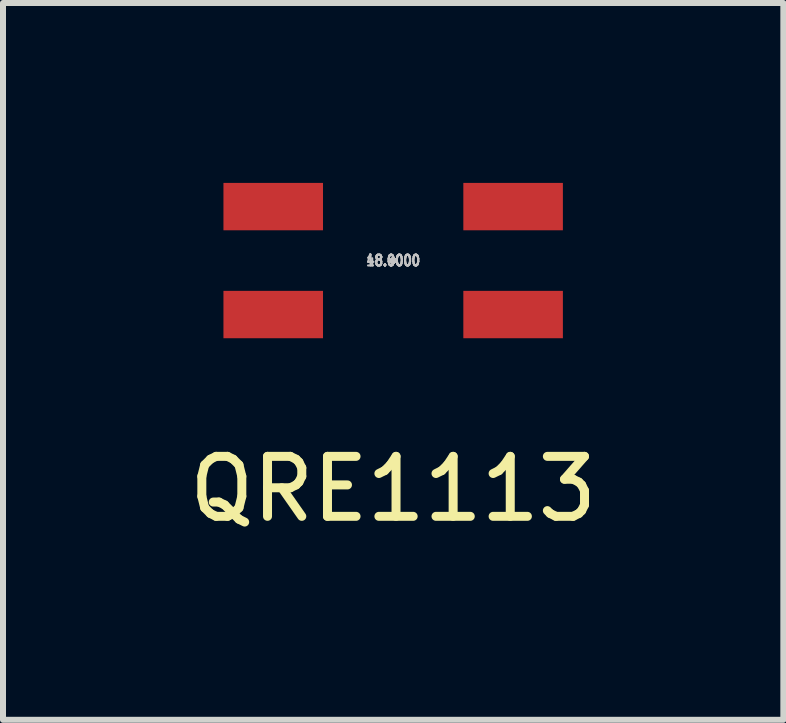
<source format=kicad_pcb>
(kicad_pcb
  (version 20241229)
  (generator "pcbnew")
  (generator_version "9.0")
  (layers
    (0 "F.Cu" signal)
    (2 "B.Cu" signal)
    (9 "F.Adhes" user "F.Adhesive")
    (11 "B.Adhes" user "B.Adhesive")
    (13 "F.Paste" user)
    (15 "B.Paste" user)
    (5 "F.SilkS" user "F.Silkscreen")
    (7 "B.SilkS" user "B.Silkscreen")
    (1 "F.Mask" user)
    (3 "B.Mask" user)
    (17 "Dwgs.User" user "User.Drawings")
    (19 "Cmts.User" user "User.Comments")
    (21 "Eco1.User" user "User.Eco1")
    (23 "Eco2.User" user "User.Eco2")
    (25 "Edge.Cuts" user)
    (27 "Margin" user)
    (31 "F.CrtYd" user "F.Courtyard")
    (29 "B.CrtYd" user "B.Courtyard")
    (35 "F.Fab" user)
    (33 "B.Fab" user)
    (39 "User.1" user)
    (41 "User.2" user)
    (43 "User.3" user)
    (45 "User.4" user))
  (footprint "QRE1113"
    (layer "F.Cu")
    (at 3.506 1.295)
    (property "Reference" "QRE1113" (at 0 3.81 0) (layer "F.SilkS") (effects (font (size 1 1) (thickness 0.15))))
    (attr through_hole)
    (fp_line (start 0 0) (end 0 0) (stroke (width 0.1) (type solid)) (layer "F.Mask"))
    (fp_line (start 0 0) (end 0 0) (stroke (width 0.1) (type solid)) (layer "F.Mask"))
    (fp_line (start 0 0) (end 0 0) (stroke (width 0.1) (type solid)) (layer "F.Mask"))
    (fp_line (start 0 0) (end 0 0) (stroke (width 0.1) (type solid)) (layer "F.Mask"))
    (fp_line (start 0 0) (end 0 0) (stroke (width 0.1) (type solid)) (layer "F.Mask"))
    (fp_line (start 0 0) (end 0 0) (stroke (width 0.1) (type solid)) (layer "F.Mask"))
    (fp_line (start 0 0) (end 0 0) (stroke (width 0.1) (type solid)) (layer "F.Mask"))
    (fp_line (start 0 0) (end 0 0) (stroke (width 0.1) (type solid)) (layer "F.Mask"))
    (fp_line (start 0 0) (end 0 0) (stroke (width 0.1) (type solid)) (layer "F.Mask"))
    (fp_line (start 0 0) (end 0 0) (stroke (width 0.1) (type solid)) (layer "F.Mask"))
    (fp_line (start 0 0) (end 0 0) (stroke (width 0.1) (type solid)) (layer "F.Mask"))
    (fp_line (start 0 0) (end 0 0) (stroke (width 0.1) (type solid)) (layer "F.Mask"))
    (fp_line (start 0 0) (end 0 0) (stroke (width 0.1) (type solid)) (layer "F.Mask"))
    (fp_line (start 0 0) (end 0 0) (stroke (width 0.1) (type solid)) (layer "F.Mask"))
    (fp_line (start 0 0) (end 0 0) (stroke (width 0.1) (type solid)) (layer "F.Mask"))
    (fp_line (start 0 0) (end 0 0) (stroke (width 0.1) (type solid)) (layer "F.Mask"))
    (fp_line (start 0 0) (end 0 0) (stroke (width 0.1) (type solid)) (layer "F.Mask"))
    (fp_line (start 0 0) (end 0 0) (stroke (width 0.1) (type solid)) (layer "F.Mask"))
    (fp_line (start 0 0) (end 0 0) (stroke (width 0.1) (type solid)) (layer "F.Mask"))
    (fp_line (start 0 0) (end 0 0) (stroke (width 0.1) (type solid)) (layer "F.Mask"))
    (fp_line (start 0 0) (end 0 0) (stroke (width 0.1) (type solid)) (layer "F.Mask"))
    (fp_line (start 0 0) (end 0 0) (stroke (width 0.1) (type solid)) (layer "F.Mask"))
    (fp_line (start 0 0) (end 0 0) (stroke (width 0.1) (type solid)) (layer "F.Mask"))
    (fp_line (start 0 0) (end 0 0) (stroke (width 0.1) (type solid)) (layer "F.Mask"))
    (fp_line (start 0 0) (end 0 0) (stroke (width 0.1) (type solid)) (layer "F.Mask"))
    (fp_line (start 0 0) (end 0 0) (stroke (width 0.1) (type solid)) (layer "F.Mask"))
    (fp_line (start 0 0) (end 0 0) (stroke (width 0.1) (type solid)) (layer "F.Mask"))
    (fp_line (start 0 0) (end 0 0) (stroke (width 0.1) (type solid)) (layer "F.Mask"))
    (fp_line (start 0 0) (end 0 0) (stroke (width 0.1) (type solid)) (layer "F.Mask"))
    (fp_line (start 0 0) (end 0 0) (stroke (width 0.1) (type solid)) (layer "F.Mask"))
    (fp_line (start 0 0) (end 0 0) (stroke (width 0.1) (type solid)) (layer "F.Mask"))
    (fp_line (start 0 0) (end 0 0) (stroke (width 0.1) (type solid)) (layer "F.Mask"))
    (fp_line (start 0 0) (end 0 0) (stroke (width 0.1) (type solid)) (layer "F.Mask"))
    (fp_line (start 0 0) (end 0 0) (stroke (width 0.1) (type solid)) (layer "F.Mask"))
    (fp_line (start 0 0) (end 0 0) (stroke (width 0.1) (type solid)) (layer "F.Mask"))
    (fp_line (start 0 0) (end 0 0) (stroke (width 0.1) (type solid)) (layer "F.Mask"))
    (fp_line (start 0 0) (end 0 0) (stroke (width 0.1) (type solid)) (layer "F.Mask"))
    (fp_line (start 0 0) (end 0 0) (stroke (width 0.1) (type solid)) (layer "F.Mask"))
    (fp_line (start 0 0) (end 0 0) (stroke (width 0.1) (type solid)) (layer "F.Mask"))
    (fp_line (start 0 0) (end 0 0) (stroke (width 0.1) (type solid)) (layer "F.Mask"))
    (fp_line (start 0 0) (end 0 0) (stroke (width 0.1) (type solid)) (layer "F.Mask"))
    (fp_line (start 0 0) (end 0 0) (stroke (width 0.1) (type solid)) (layer "F.Mask"))
    (fp_line (start 0 0) (end 0 0) (stroke (width 0.1) (type solid)) (layer "F.Mask"))
    (fp_line (start 0 0) (end 0 0) (stroke (width 0.1) (type solid)) (layer "F.Mask"))
    (fp_line (start 0 0) (end 0 0) (stroke (width 0.1) (type solid)) (layer "F.Mask"))
    (fp_line (start 0 0) (end 0 0) (stroke (width 0.1) (type solid)) (layer "F.Mask"))
    (fp_line (start 0 0) (end 0 0) (stroke (width 0.1) (type solid)) (layer "F.Mask"))
    (fp_line (start 0 0) (end 0 0) (stroke (width 0.1) (type solid)) (layer "F.Mask"))
    (fp_line (start 0 0) (end 0 0) (stroke (width 0.1) (type solid)) (layer "F.Mask"))
    (fp_line (start 0 0) (end 0 0) (stroke (width 0.1) (type solid)) (layer "F.Mask"))
    (fp_line (start 0 0) (end 0 0) (stroke (width 0.1) (type solid)) (layer "F.Mask"))
    (fp_line (start 0 0) (end 0 0) (stroke (width 0.1) (type solid)) (layer "F.Mask"))
    (fp_line (start 0 0) (end 0 0) (stroke (width 0.1) (type solid)) (layer "F.Mask"))
    (fp_line (start 0 0) (end 0 0) (stroke (width 0.1) (type solid)) (layer "F.Mask"))
    (fp_line (start 0 0) (end 0 0) (stroke (width 0.1) (type solid)) (layer "F.Mask"))
    (fp_line (start 0 0) (end 0 0) (stroke (width 0.1) (type solid)) (layer "F.Mask"))
    (fp_line (start 0 0) (end 0 0) (stroke (width 0.1) (type solid)) (layer "F.Mask"))
    (fp_line (start 0 0) (end 0 0) (stroke (width 0.1) (type solid)) (layer "F.Mask"))
    (fp_line (start 0 0) (end 0 0) (stroke (width 0.1) (type solid)) (layer "F.Mask"))
    (fp_line (start 0 0) (end 0 0) (stroke (width 0.1) (type solid)) (layer "F.Mask"))
    (fp_line (start 0 0) (end 0 0) (stroke (width 0.1) (type solid)) (layer "F.Mask"))
    (fp_line (start 0 0) (end 0 0) (stroke (width 0.1) (type solid)) (layer "F.Mask"))
    (fp_line (start 0 0) (end 0 0) (stroke (width 0.1) (type solid)) (layer "F.Mask"))
    (fp_line (start 0 0) (end 0 0) (stroke (width 0.1) (type solid)) (layer "F.Mask"))
    (fp_line (start 0 0) (end 0 0) (stroke (width 0.1) (type solid)) (layer "F.Mask"))
    (fp_line (start 0 0) (end 0 0) (stroke (width 0.1) (type solid)) (layer "F.Mask"))
    (fp_line (start 0 0) (end 0 0) (stroke (width 0.1) (type solid)) (layer "F.Mask"))
    (fp_line (start 0 0) (end 0 0) (stroke (width 0.1) (type solid)) (layer "F.Mask"))
    (fp_line (start 0 0) (end 0 0) (stroke (width 0.1) (type solid)) (layer "F.Mask"))
    (fp_line (start 0 0) (end 0 0) (stroke (width 0.1) (type solid)) (layer "F.Mask"))
    (fp_line (start 0 0) (end 0 0) (stroke (width 0.1) (type solid)) (layer "F.Mask"))
    (fp_line (start 0 0) (end 0 0) (stroke (width 0.1) (type solid)) (layer "F.Mask"))
    (fp_line (start 0 0) (end 0 0) (stroke (width 0.1) (type solid)) (layer "F.Mask"))
    (fp_line (start 0 0) (end 0 0) (stroke (width 0.1) (type solid)) (layer "F.Mask"))
    (fp_line (start 0 0) (end 0 0) (stroke (width 0.1) (type solid)) (layer "F.Mask"))
    (fp_line (start 0 0) (end 0 0) (stroke (width 0.1) (type solid)) (layer "F.Mask"))
    (fp_line (start 0 0) (end 0 0) (stroke (width 0.1) (type solid)) (layer "F.Mask"))
    (fp_line (start 0 0) (end 0 0) (stroke (width 0.1) (type solid)) (layer "F.Mask"))
    (fp_line (start 0 0) (end 0 0) (stroke (width 0.1) (type solid)) (layer "F.Mask"))
    (fp_line (start 0 0) (end 0 0) (stroke (width 0.1) (type solid)) (layer "F.Mask"))
    (fp_line (start 0 0) (end 0 0) (stroke (width 0.1) (type solid)) (layer "F.Mask"))
    (fp_line (start 0 0) (end 0 0) (stroke (width 0.1) (type solid)) (layer "F.Mask"))
    (fp_line (start 0 0) (end 0 0) (stroke (width 0.1) (type solid)) (layer "F.Mask"))
    (fp_line (start 0 0) (end 0 0) (stroke (width 0.1) (type solid)) (layer "F.Mask"))
    (fp_line (start 0 0) (end 0 0) (stroke (width 0.1) (type solid)) (layer "F.Mask"))
    (fp_line (start 0 0) (end 0 0) (stroke (width 0.1) (type solid)) (layer "F.Mask"))
    (fp_line (start 0 0) (end 0 0) (stroke (width 0.1) (type solid)) (layer "F.Mask"))
    (fp_line (start 0 0) (end 0 0) (stroke (width 0.1) (type solid)) (layer "F.Mask"))
    (fp_line (start 0 0) (end 0 0) (stroke (width 0.1) (type solid)) (layer "F.Mask"))
    (fp_line (start 0 0) (end 0 0) (stroke (width 0.1) (type solid)) (layer "F.Mask"))
    (fp_line (start 0 0) (end 0 0) (stroke (width 0.1) (type solid)) (layer "F.Mask"))
    (fp_line (start 0 0) (end 0 0) (stroke (width 0.1) (type solid)) (layer "F.Mask"))
    (fp_line (start 0 0) (end 0 0) (stroke (width 0.1) (type solid)) (layer "F.Mask"))
    (fp_line (start 0 0) (end 0 0) (stroke (width 0.1) (type solid)) (layer "F.Mask"))
    (fp_line (start 0 0) (end 0 0) (stroke (width 0.1) (type solid)) (layer "F.Mask"))
    (fp_line (start 0 0) (end 0 0) (stroke (width 0.1) (type solid)) (layer "F.Mask"))
    (fp_line (start 0 0) (end 0 0) (stroke (width 0.1) (type solid)) (layer "F.Mask"))
    (fp_line (start 0 0) (end 0 0) (stroke (width 0.1) (type solid)) (layer "F.Mask"))
    (fp_line (start 0 0) (end 0 0) (stroke (width 0.1) (type solid)) (layer "F.Mask"))
    (fp_line (start 0 0) (end 0 0) (stroke (width 0.1) (type solid)) (layer "F.Mask"))
    (fp_line (start 0 0) (end 0 0) (stroke (width 0.1) (type solid)) (layer "F.Mask"))
    (fp_line (start 0 0) (end 0 0) (stroke (width 0.1) (type solid)) (layer "F.Mask"))
    (fp_line (start 0 0) (end 0 0) (stroke (width 0.1) (type solid)) (layer "F.Mask"))
    (fp_line (start 0 0) (end 0 0) (stroke (width 0.1) (type solid)) (layer "F.Mask"))
    (fp_line (start 0 0) (end 0 0) (stroke (width 0.1) (type solid)) (layer "F.Mask"))
    (fp_line (start 0 0) (end 0 0) (stroke (width 0.1) (type solid)) (layer "F.Mask"))
    (fp_line (start 0 0) (end 0 0) (stroke (width 0.1) (type solid)) (layer "F.Mask"))
    (fp_line (start 0 0) (end 0 0) (stroke (width 0.1) (type solid)) (layer "F.Mask"))
    (fp_line (start 0 0) (end 0 0) (stroke (width 0.1) (type solid)) (layer "F.Mask"))
    (fp_line (start 0 0) (end 0 0) (stroke (width 0.1) (type solid)) (layer "F.Mask"))
    (fp_line (start 0 0) (end 0 0) (stroke (width 0.1) (type solid)) (layer "F.Mask"))
    (fp_line (start 0 0) (end 0 0) (stroke (width 0.1) (type solid)) (layer "F.Mask"))
    (fp_line (start 0 0) (end 0 0) (stroke (width 0.1) (type solid)) (layer "F.Mask"))
    (fp_line (start 0 0) (end 0 0) (stroke (width 0.1) (type solid)) (layer "F.Mask"))
    (fp_line (start 0 0) (end 0 0) (stroke (width 0.1) (type solid)) (layer "F.Mask"))
    (fp_line (start 0 0) (end 0 0) (stroke (width 0.1) (type solid)) (layer "F.Mask"))
    (fp_line (start 0 0) (end 0 0) (stroke (width 0.1) (type solid)) (layer "F.Mask"))
    (fp_line (start 0 0) (end 0 0) (stroke (width 0.1) (type solid)) (layer "F.Mask"))
    (fp_line (start 0 0) (end 0 0) (stroke (width 0.1) (type solid)) (layer "F.Mask"))
    (fp_line (start 0 0) (end 0 0) (stroke (width 0.1) (type solid)) (layer "F.Mask"))
    (fp_line (start 0 0) (end 0 0) (stroke (width 0.1) (type solid)) (layer "F.Mask"))
    (fp_line (start 0 0) (end 0 0) (stroke (width 0.1) (type solid)) (layer "F.Mask"))
    (fp_line (start 0 0) (end 0 0) (stroke (width 0.1) (type solid)) (layer "F.Mask"))
    (fp_line (start 0 0) (end 0 0) (stroke (width 0.1) (type solid)) (layer "F.Mask"))
    (fp_line (start 0 0) (end 0 0) (stroke (width 0.1) (type solid)) (layer "F.Mask"))
    (fp_line (start 0 0) (end 0 0) (stroke (width 0.1) (type solid)) (layer "F.Mask"))
    (fp_line (start 0 0) (end 0 0) (stroke (width 0.1) (type solid)) (layer "F.Mask"))
    (fp_line (start 0 0) (end 0 0) (stroke (width 0.1) (type solid)) (layer "F.Mask"))
    (fp_line (start 0 0) (end 0 0) (stroke (width 0.1) (type solid)) (layer "F.Mask"))
    (fp_line (start 0 0) (end 0 0) (stroke (width 0.1) (type solid)) (layer "F.Mask"))
    (fp_line (start 0 0) (end 0 0) (stroke (width 0.1) (type solid)) (layer "F.Mask"))
    (fp_line (start 0 0) (end 0 0) (stroke (width 0.1) (type solid)) (layer "F.Mask"))
    (fp_line (start 0 0) (end 0 0) (stroke (width 0.1) (type solid)) (layer "F.Mask"))
    (fp_line (start 0 0) (end 0 0) (stroke (width 0.1) (type solid)) (layer "F.Mask"))
    (fp_line (start 0 0) (end 0 0) (stroke (width 0.1) (type solid)) (layer "F.Mask"))
    (fp_line (start 0 0) (end 0 0) (stroke (width 0.1) (type solid)) (layer "F.Mask"))
    (fp_line (start 0 0) (end 0 0) (stroke (width 0.1) (type solid)) (layer "F.Mask"))
    (fp_line (start 0 0) (end 0 0) (stroke (width 0.1) (type solid)) (layer "F.Mask"))
    (fp_line (start 0 0) (end 0 0) (stroke (width 0.1) (type solid)) (layer "F.Mask"))
    (fp_line (start 0 0) (end 0 0) (stroke (width 0.1) (type solid)) (layer "F.Mask"))
    (fp_line (start 0 0) (end 0 0) (stroke (width 0.1) (type solid)) (layer "F.Mask"))
    (fp_line (start 0 0) (end 0 0) (stroke (width 0.1) (type solid)) (layer "F.Mask"))
    (fp_line (start 0 0) (end 0 0) (stroke (width 0.1) (type solid)) (layer "F.Mask"))
    (fp_line (start 0 0) (end 0 0) (stroke (width 0.1) (type solid)) (layer "F.Mask"))
    (fp_line (start 0 0) (end 0 0) (stroke (width 0.1) (type solid)) (layer "F.Mask"))
    (fp_line (start 0 0) (end 0 0) (stroke (width 0.1) (type solid)) (layer "F.Mask"))
    (fp_line (start 0 0) (end 0 0) (stroke (width 0.1) (type solid)) (layer "F.Mask"))
    (fp_line (start 0 0) (end 0 0) (stroke (width 0.1) (type solid)) (layer "F.Mask"))
    (fp_line (start 0 0) (end 0 0) (stroke (width 0.1) (type solid)) (layer "F.Mask"))
    (fp_line (start 0 0) (end 0 0) (stroke (width 0.1) (type solid)) (layer "F.Mask"))
    (fp_line (start 0 0) (end 0 0) (stroke (width 0.1) (type solid)) (layer "F.Mask"))
    (fp_line (start 0 0) (end 0 0) (stroke (width 0.1) (type solid)) (layer "F.Mask"))
    (fp_line (start 0 0) (end 0 0) (stroke (width 0.1) (type solid)) (layer "F.Mask"))
    (fp_line (start 0 0) (end 0 0) (stroke (width 0.1) (type solid)) (layer "F.Mask"))
    (fp_line (start 0 0) (end 0 0) (stroke (width 0.1) (type solid)) (layer "F.Mask"))
    (fp_line (start 0 0) (end 0 0) (stroke (width 0.1) (type solid)) (layer "F.Mask"))
    (fp_line (start 0 0) (end 0 0) (stroke (width 0.1) (type solid)) (layer "F.Mask"))
    (fp_line (start 0 0) (end 0 0) (stroke (width 0.1) (type solid)) (layer "F.Mask"))
    (fp_line (start 0 0) (end 0 0) (stroke (width 0.1) (type solid)) (layer "F.Mask"))
    (fp_line (start 0 0) (end 0 0) (stroke (width 0.1) (type solid)) (layer "F.Mask"))
    (fp_line (start 0 0) (end 0 0) (stroke (width 0.1) (type solid)) (layer "F.Mask"))
    (fp_line (start 0 0) (end 0 0) (stroke (width 0.1) (type solid)) (layer "F.Mask"))
    (fp_line (start 0 0) (end 0 0) (stroke (width 0.1) (type solid)) (layer "F.Mask"))
    (fp_line (start 0 0) (end 0 0) (stroke (width 0.1) (type solid)) (layer "F.Mask"))
    (fp_line (start 0 0) (end 0 0) (stroke (width 0.1) (type solid)) (layer "F.Mask"))
    (fp_line (start 0 0) (end 0 0) (stroke (width 0.1) (type solid)) (layer "F.Mask"))
    (fp_line (start 0 0) (end 0 0) (stroke (width 0.1) (type solid)) (layer "F.Mask"))
    (fp_line (start 0 0) (end 0 0) (stroke (width 0.1) (type solid)) (layer "F.Mask"))
    (fp_line (start 0 0) (end 0 0) (stroke (width 0.1) (type solid)) (layer "F.Mask"))
    (fp_line (start 0 0) (end 0 0) (stroke (width 0.1) (type solid)) (layer "F.Mask"))
    (fp_line (start 0 0) (end 0 0) (stroke (width 0.1) (type solid)) (layer "F.Mask"))
    (fp_line (start 0 0) (end 0 0) (stroke (width 0.1) (type solid)) (layer "F.Mask"))
    (fp_line (start 0 0) (end 0 0) (stroke (width 0.1) (type solid)) (layer "F.Mask"))
    (fp_line (start 0 0) (end 0 0) (stroke (width 0.1) (type solid)) (layer "F.Mask"))
    (fp_line (start 0 0) (end 0 0) (stroke (width 0.1) (type solid)) (layer "F.Mask"))
    (fp_line (start 0 0) (end 0 0) (stroke (width 0.1) (type solid)) (layer "F.Mask"))
    (fp_line (start 0 0) (end 0 0) (stroke (width 0.1) (type solid)) (layer "F.Mask"))
    (fp_line (start 0 0) (end 0 0) (stroke (width 0.1) (type solid)) (layer "F.Mask"))
    (fp_line (start 0 0) (end 0 0) (stroke (width 0.1) (type solid)) (layer "F.Mask"))
    (fp_line (start 0 0) (end 0 0) (stroke (width 0.1) (type solid)) (layer "F.Mask"))
    (fp_line (start 0 0) (end 0 0) (stroke (width 0.1) (type solid)) (layer "F.Mask"))
    (fp_line (start 0 0) (end 0 0) (stroke (width 0.1) (type solid)) (layer "F.Mask"))
    (fp_line (start 0 0) (end 0 0) (stroke (width 0.1) (type solid)) (layer "F.Mask"))
    (fp_line (start 0 0) (end 0 0) (stroke (width 0.1) (type solid)) (layer "F.Mask"))
    (fp_line (start 0 0) (end 0 0) (stroke (width 0.1) (type solid)) (layer "F.Mask"))
    (fp_line (start 0 0) (end 0 0) (stroke (width 0.1) (type solid)) (layer "F.Mask"))
    (fp_line (start 0 0) (end 0 0) (stroke (width 0.1) (type solid)) (layer "F.Mask"))
    (fp_line (start 0 0) (end 0 0) (stroke (width 0.1) (type solid)) (layer "F.Mask"))
    (fp_line (start 0 0) (end 0 0) (stroke (width 0.1) (type solid)) (layer "F.Mask"))
    (fp_line (start 0 0) (end 0 0) (stroke (width 0.1) (type solid)) (layer "F.Mask"))
    (fp_line (start 0 0) (end 0 0) (stroke (width 0.1) (type solid)) (layer "F.Mask"))
    (fp_line (start 0 0) (end 0 0) (stroke (width 0.1) (type solid)) (layer "F.Mask"))
    (fp_line (start 0 0) (end 0 0) (stroke (width 0.1) (type solid)) (layer "F.Mask"))
    (fp_line (start 0 0) (end 0 0) (stroke (width 0.1) (type solid)) (layer "F.Mask"))
    (fp_line (start 0 0) (end 0 0) (stroke (width 0.1) (type solid)) (layer "F.Mask"))
    (fp_line (start 0 0) (end 0 0) (stroke (width 0.1) (type solid)) (layer "F.Mask"))
    (fp_line (start 0 0) (end 0 0) (stroke (width 0.1) (type solid)) (layer "F.Mask"))
    (fp_line (start 0 0) (end 0 0) (stroke (width 0.1) (type solid)) (layer "F.Mask"))
    (fp_line (start 0 0) (end 0 0) (stroke (width 0.1) (type solid)) (layer "F.Mask"))
    (fp_line (start 0 0) (end 0 0) (stroke (width 0.1) (type solid)) (layer "F.Mask"))
    (fp_line (start 0 0) (end 0 0) (stroke (width 0.1) (type solid)) (layer "F.Mask"))
    (fp_line (start 0 0) (end 0 0) (stroke (width 0.1) (type solid)) (layer "F.Mask"))
    (fp_line (start 0 0) (end 0 0) (stroke (width 0.1) (type solid)) (layer "F.Mask"))
    (fp_line (start 0 0) (end 0 0) (stroke (width 0.1) (type solid)) (layer "F.Mask"))
    (fp_line (start 0 0) (end 0 0) (stroke (width 0.1) (type solid)) (layer "F.Mask"))
    (fp_line (start 0 0) (end 0 0) (stroke (width 0.1) (type solid)) (layer "F.Mask"))
    (fp_line (start 0 0) (end 0 0) (stroke (width 0.1) (type solid)) (layer "F.Mask"))
    (fp_line (start 0 0) (end 0 0) (stroke (width 0.1) (type solid)) (layer "F.Mask"))
    (fp_line (start 0 0) (end 0 0) (stroke (width 0.1) (type solid)) (layer "F.Mask"))
    (fp_line (start 0 0) (end 0 0) (stroke (width 0.1) (type solid)) (layer "F.Mask"))
    (fp_line (start 0 0) (end 0 0) (stroke (width 0.1) (type solid)) (layer "F.Mask"))
    (fp_line (start 0 0) (end 0 0) (stroke (width 0.1) (type solid)) (layer "F.Mask"))
    (fp_line (start 0 0) (end 0 0) (stroke (width 0.1) (type solid)) (layer "F.Mask"))
    (fp_line (start 0 0) (end 0 0) (stroke (width 0.1) (type solid)) (layer "F.Mask"))
    (fp_line (start 0 0) (end 0 0) (stroke (width 0.1) (type solid)) (layer "F.Mask"))
    (fp_line (start 0 0) (end 0 0) (stroke (width 0.1) (type solid)) (layer "F.Mask"))
    (fp_line (start 0 0) (end 0 0) (stroke (width 0.1) (type solid)) (layer "F.Mask"))
    (fp_line (start 0 0) (end 0 0) (stroke (width 0.1) (type solid)) (layer "F.Mask"))
    (fp_line (start 0 0) (end 0 0) (stroke (width 0.1) (type solid)) (layer "F.Mask"))
    (fp_line (start 0 0) (end 0 0) (stroke (width 0.1) (type solid)) (layer "F.Mask"))
    (fp_line (start 0 0) (end 0 0) (stroke (width 0.1) (type solid)) (layer "F.Mask"))
    (fp_line (start 0 0) (end 0 0) (stroke (width 0.1) (type solid)) (layer "F.Mask"))
    (fp_line (start 0 0) (end 0 0) (stroke (width 0.1) (type solid)) (layer "F.Mask"))
    (fp_line (start 0 0) (end 0 0) (stroke (width 0.1) (type solid)) (layer "F.Mask"))
    (fp_line (start 0 0) (end 0 0) (stroke (width 0.1) (type solid)) (layer "F.Mask"))
    (fp_line (start 0 0) (end 0 0) (stroke (width 0.1) (type solid)) (layer "F.Mask"))
    (fp_line (start 0 0) (end 0 0) (stroke (width 0.1) (type solid)) (layer "F.Mask"))
    (fp_line (start 0 0) (end 0 0) (stroke (width 0.1) (type solid)) (layer "F.Mask"))
    (fp_line (start 0 0) (end 0 0) (stroke (width 0.1) (type solid)) (layer "F.Mask"))
    (fp_line (start 0 0) (end 0 0) (stroke (width 0.1) (type solid)) (layer "F.Mask"))
    (fp_line (start 0 0) (end 0 0) (stroke (width 0.1) (type solid)) (layer "F.Mask"))
    (fp_line (start 0 0) (end 0 0) (stroke (width 0.1) (type solid)) (layer "F.Mask"))
    (fp_line (start 0 0) (end 0 0) (stroke (width 0.1) (type solid)) (layer "F.Mask"))
    (fp_line (start 0 0) (end 0 0) (stroke (width 0.1) (type solid)) (layer "F.Mask"))
    (fp_line (start 0 0) (end 0 0) (stroke (width 0.1) (type solid)) (layer "F.Mask"))
    (fp_line (start 0 0) (end 0 0) (stroke (width 0.1) (type solid)) (layer "F.Mask"))
    (fp_line (start 0 0) (end 0 0) (stroke (width 0.1) (type solid)) (layer "F.Mask"))
    (fp_line (start 0 0) (end 0 0) (stroke (width 0.1) (type solid)) (layer "F.Mask"))
    (fp_line (start 0 0) (end 0 0) (stroke (width 0.1) (type solid)) (layer "F.Mask"))
    (fp_line (start 0 0) (end 0 0) (stroke (width 0.1) (type solid)) (layer "F.Mask"))
    (fp_line (start 0 0) (end 0 0) (stroke (width 0.1) (type solid)) (layer "F.Mask"))
    (fp_line (start 0 0) (end 0 0) (stroke (width 0.1) (type solid)) (layer "F.Mask"))
    (fp_line (start 0 0) (end 0 0) (stroke (width 0.1) (type solid)) (layer "F.Mask"))
    (fp_line (start 0 0) (end 0 0) (stroke (width 0.1) (type solid)) (layer "F.Mask"))
    (fp_line (start 0 0) (end 0 0) (stroke (width 0.1) (type solid)) (layer "F.Mask"))
    (fp_line (start 0 0) (end 0 0) (stroke (width 0.1) (type solid)) (layer "F.Mask"))
    (fp_line (start 0 0) (end 0 0) (stroke (width 0.1) (type solid)) (layer "F.Mask"))
    (fp_line (start 0 0) (end 0 0) (stroke (width 0.1) (type solid)) (layer "F.Mask"))
    (fp_line (start 0 0) (end 0 0) (stroke (width 0.1) (type solid)) (layer "F.Mask"))
    (fp_line (start 0 0) (end 0 0) (stroke (width 0.1) (type solid)) (layer "F.Mask"))
    (fp_line (start 0 0) (end 0 0) (stroke (width 0.1) (type solid)) (layer "F.Mask"))
    (fp_line (start 0 0) (end 0 0) (stroke (width 0.1) (type solid)) (layer "F.Mask"))
    (fp_line (start 0 0) (end 0 0) (stroke (width 0.1) (type solid)) (layer "F.Mask"))
    (fp_line (start 0 0) (end 0 0) (stroke (width 0.1) (type solid)) (layer "F.Mask"))
    (fp_line (start 0 0) (end 0 0) (stroke (width 0.1) (type solid)) (layer "F.Mask"))
    (fp_line (start 0 0) (end 0 0) (stroke (width 0.1) (type solid)) (layer "F.Mask"))
    (fp_line (start 0 0) (end 0 0) (stroke (width 0.1) (type solid)) (layer "F.Mask"))
    (fp_line (start 0 0) (end 0 0) (stroke (width 0.1) (type solid)) (layer "F.Mask"))
    (fp_line (start 0 0) (end 0 0) (stroke (width 0.1) (type solid)) (layer "F.Mask"))
    (fp_line (start 0 0) (end 0 0) (stroke (width 0.1) (type solid)) (layer "F.Mask"))
    (fp_line (start 0 0) (end 0 0) (stroke (width 0.1) (type solid)) (layer "F.Mask"))
    (fp_line (start 0 0) (end 0 0) (stroke (width 0.1) (type solid)) (layer "F.Mask"))
    (fp_line (start 0 0) (end 0 0) (stroke (width 0.1) (type solid)) (layer "F.Mask"))
    (fp_line (start 0 0) (end 0 0) (stroke (width 0.1) (type solid)) (layer "F.Mask"))
    (fp_line (start 0 0) (end 0 0) (stroke (width 0.1) (type solid)) (layer "F.Mask"))
    (fp_line (start 0 0) (end 0 0) (stroke (width 0.1) (type solid)) (layer "F.Mask"))
    (fp_line (start 0 0) (end 0 0) (stroke (width 0.1) (type solid)) (layer "F.Mask"))
    (fp_line (start 0 0) (end 0 0) (stroke (width 0.1) (type solid)) (layer "F.Mask"))
    (fp_line (start 0 0) (end 0 0) (stroke (width 0.1) (type solid)) (layer "F.Mask"))
    (fp_line (start 0 0) (end 0 0) (stroke (width 0.1) (type solid)) (layer "F.Mask"))
    (fp_line (start 0 0) (end 0 0) (stroke (width 0.1) (type solid)) (layer "F.Mask"))
    (fp_line (start 0 0) (end 0 0) (stroke (width 0.1) (type solid)) (layer "F.Mask"))
    (fp_line (start 0 0) (end 0 0) (stroke (width 0.1) (type solid)) (layer "F.Mask"))
    (fp_line (start 0 0) (end 0 0) (stroke (width 0.1) (type solid)) (layer "F.Mask"))
    (fp_line (start 0 0) (end 0 0) (stroke (width 0.1) (type solid)) (layer "F.Mask"))
    (fp_line (start 0 0) (end 0 0) (stroke (width 0.1) (type solid)) (layer "F.Mask"))
    (fp_line (start 0 0) (end 0 0) (stroke (width 0.1) (type solid)) (layer "F.Mask"))
    (fp_line (start 0 0) (end 0 0) (stroke (width 0.1) (type solid)) (layer "F.Mask"))
    (fp_line (start 0 0) (end 0 0) (stroke (width 0.1) (type solid)) (layer "F.Mask"))
    (fp_line (start 0 0) (end 0 0) (stroke (width 0.1) (type solid)) (layer "F.Mask"))
    (fp_line (start 0 0) (end 0 0) (stroke (width 0.1) (type solid)) (layer "F.Mask"))
    (fp_line (start 0 0) (end 0 0) (stroke (width 0.1) (type solid)) (layer "F.Mask"))
    (fp_line (start 0 0) (end 0 0) (stroke (width 0.1) (type solid)) (layer "F.Mask"))
    (fp_line (start 0 0) (end 0 0) (stroke (width 0.1) (type solid)) (layer "F.Mask"))
    (fp_line (start 0 0) (end 0 0) (stroke (width 0.1) (type solid)) (layer "F.Mask"))
    (fp_line (start 0 0) (end 0 0) (stroke (width 0.1) (type solid)) (layer "F.Mask"))
    (fp_line (start 0 0) (end 0 0) (stroke (width 0.1) (type solid)) (layer "F.Mask"))
    (fp_line (start 0 0) (end 0 0) (stroke (width 0.1) (type solid)) (layer "F.Mask"))
    (fp_line (start 0 0) (end 0 0) (stroke (width 0.1) (type solid)) (layer "F.Mask"))
    (fp_line (start 0 0) (end 0 0) (stroke (width 0.1) (type solid)) (layer "F.Mask"))
    (fp_line (start 0 0) (end 0 0) (stroke (width 0.1) (type solid)) (layer "F.Mask"))
    (fp_line (start 0 0) (end 0 0) (stroke (width 0.1) (type solid)) (layer "F.Mask"))
    (fp_line (start 0 0) (end 0 0) (stroke (width 0.1) (type solid)) (layer "F.Mask"))
    (fp_line (start 0 0) (end 0 0) (stroke (width 0.1) (type solid)) (layer "F.Mask"))
    (fp_line (start 0 0) (end 0 0) (stroke (width 0.1) (type solid)) (layer "F.Mask"))
    (fp_line (start 0 0) (end 0 0) (stroke (width 0.1) (type solid)) (layer "F.Mask"))
    (fp_line (start 0 0) (end 0 0) (stroke (width 0.1) (type solid)) (layer "F.Mask"))
    (fp_line (start 0 0) (end 0 0) (stroke (width 0.1) (type solid)) (layer "F.Mask"))
    (fp_line (start 0 0) (end 0 0) (stroke (width 0.1) (type solid)) (layer "F.Mask"))
    (fp_line (start 0 0) (end 0 0) (stroke (width 0.1) (type solid)) (layer "F.Mask"))
    (fp_line (start 0 0) (end 0 0) (stroke (width 0.1) (type solid)) (layer "F.Mask"))
    (fp_line (start 0 0) (end 0 0) (stroke (width 0.1) (type solid)) (layer "F.Mask"))
    (fp_line (start 0 0) (end 0 0) (stroke (width 0.1) (type solid)) (layer "F.Mask"))
    (fp_line (start 0 0) (end 0 0) (stroke (width 0.1) (type solid)) (layer "F.Mask"))
    (fp_line (start 0 0) (end 0 0) (stroke (width 0.1) (type solid)) (layer "F.Mask"))
    (fp_line (start 0 0) (end 0 0) (stroke (width 0.1) (type solid)) (layer "F.Mask"))
    (fp_line (start 0 0) (end 0 0) (stroke (width 0.1) (type solid)) (layer "F.Mask"))
    (fp_line (start 0 0) (end 0 0) (stroke (width 0.1) (type solid)) (layer "F.Mask"))
    (fp_line (start 0 0) (end 0 0) (stroke (width 0.1) (type solid)) (layer "F.Mask"))
    (fp_line (start 0 0) (end 0 0) (stroke (width 0.1) (type solid)) (layer "F.Mask"))
    (fp_line (start 0 0) (end 0 0) (stroke (width 0.1) (type solid)) (layer "F.Mask"))
    (fp_line (start 0 0) (end 0 0) (stroke (width 0.1) (type solid)) (layer "F.Mask"))
    (fp_line (start 0 0) (end 0 0) (stroke (width 0.1) (type solid)) (layer "F.Mask"))
    (fp_line (start 0 0) (end 0 0) (stroke (width 0.1) (type solid)) (layer "F.Mask"))
    (fp_line (start 0 0) (end 0 0) (stroke (width 0.1) (type solid)) (layer "F.Mask"))
    (fp_line (start 0 0) (end 0 0) (stroke (width 0.1) (type solid)) (layer "F.Mask"))
    (fp_line (start 0 0) (end 0 0) (stroke (width 0.1) (type solid)) (layer "F.Mask"))
    (fp_line (start 0 0) (end 0 0) (stroke (width 0.1) (type solid)) (layer "F.Mask"))
    (fp_line (start 0 0) (end 0 0) (stroke (width 0.1) (type solid)) (layer "F.Mask"))
    (fp_line (start 0 0) (end 0 0) (stroke (width 0.1) (type solid)) (layer "F.Mask"))
    (fp_line (start 0 0) (end 0 0) (stroke (width 0.1) (type solid)) (layer "F.Mask"))
    (fp_line (start 0 0) (end 0 0) (stroke (width 0.1) (type solid)) (layer "F.Mask"))
    (fp_line (start 0 0) (end 0 0) (stroke (width 0.1) (type solid)) (layer "F.Mask"))
    (fp_line (start 0 0) (end 0 0) (stroke (width 0.1) (type solid)) (layer "F.Mask"))
    (fp_line (start 0 0) (end 0 0) (stroke (width 0.1) (type solid)) (layer "F.Mask"))
    (fp_line (start 0 0) (end 0 0) (stroke (width 0.1) (type solid)) (layer "F.Mask"))
    (fp_line (start 0 0) (end 0 0) (stroke (width 0.1) (type solid)) (layer "F.Mask"))
    (fp_line (start 0 0) (end 0 0) (stroke (width 0.1) (type solid)) (layer "F.Mask"))
    (fp_line (start 0 0) (end 0 0) (stroke (width 0.1) (type solid)) (layer "F.Mask"))
    (fp_line (start 0 0) (end 0 0) (stroke (width 0.1) (type solid)) (layer "F.Mask"))
    (fp_line (start 0 0) (end 0 0) (stroke (width 0.1) (type solid)) (layer "F.Mask"))
    (fp_line (start 0 0) (end 0 0) (stroke (width 0.1) (type solid)) (layer "F.Mask"))
    (fp_line (start 0 0) (end 0 0) (stroke (width 0.1) (type solid)) (layer "F.Mask"))
    (fp_line (start 0 0) (end 0 0) (stroke (width 0.1) (type solid)) (layer "F.Mask"))
    (fp_line (start 0 0) (end 0 0) (stroke (width 0.1) (type solid)) (layer "F.Mask"))
    (fp_line (start 0 0) (end 0 0) (stroke (width 0.1) (type solid)) (layer "F.Mask"))
    (fp_line (start 0 0) (end 0 0) (stroke (width 0.1) (type solid)) (layer "F.Mask"))
    (fp_line (start 0 0) (end 0 0) (stroke (width 0.1) (type solid)) (layer "F.Mask"))
    (fp_line (start 0 0) (end 0 0) (stroke (width 0.1) (type solid)) (layer "F.Mask"))
    (fp_line (start 0 0) (end 0 0) (stroke (width 0.1) (type solid)) (layer "F.Mask"))
    (fp_line (start 0 0) (end 0 0) (stroke (width 0.1) (type solid)) (layer "F.Mask"))
    (fp_line (start 0 0) (end 0 0) (stroke (width 0.1) (type solid)) (layer "F.Mask"))
    (fp_line (start 0 0) (end 0 0) (stroke (width 0.1) (type solid)) (layer "F.Mask"))
    (fp_line (start 0 0) (end 0 0) (stroke (width 0.1) (type solid)) (layer "F.Mask"))
    (fp_line (start 0 0) (end 0 0) (stroke (width 0.1) (type solid)) (layer "F.Mask"))
    (fp_line (start 0 0) (end 0 0) (stroke (width 0.1) (type solid)) (layer "F.Mask"))
    (fp_line (start 0 0) (end 0 0) (stroke (width 0.1) (type solid)) (layer "F.Mask"))
    (fp_line (start 0 0) (end 0 0) (stroke (width 0.1) (type solid)) (layer "F.Mask"))
    (fp_line (start 0 0) (end 0 0) (stroke (width 0.1) (type solid)) (layer "F.Mask"))
    (fp_line (start 0 0) (end 0 0) (stroke (width 0.1) (type solid)) (layer "F.Mask"))
    (fp_line (start 0 0) (end 0 0) (stroke (width 0.1) (type solid)) (layer "F.Mask"))
    (fp_line (start 0 0) (end 0 0) (stroke (width 0.1) (type solid)) (layer "F.Mask"))
    (fp_line (start 0 0) (end 0 0) (stroke (width 0.1) (type solid)) (layer "F.Mask"))
    (fp_line (start 0 0) (end 0 0) (stroke (width 0.1) (type solid)) (layer "F.Mask"))
    (fp_line (start 0 0) (end 0 0) (stroke (width 0.1) (type solid)) (layer "F.Mask"))
    (fp_line (start 0 0) (end 0 0) (stroke (width 0.1) (type solid)) (layer "F.Mask"))
    (fp_line (start 0 0) (end 0 0) (stroke (width 0.1) (type solid)) (layer "F.Mask"))
    (fp_line (start 0 0) (end 0 0) (stroke (width 0.1) (type solid)) (layer "F.Mask"))
    (fp_line (start 0 0) (end 0 0) (stroke (width 0.1) (type solid)) (layer "F.Mask"))
    (fp_line (start 0 0) (end 0 0) (stroke (width 0.1) (type solid)) (layer "F.Mask"))
    (fp_line (start 0 0) (end 0 0) (stroke (width 0.1) (type solid)) (layer "F.Mask"))
    (fp_line (start 0 0) (end 0 0) (stroke (width 0.1) (type solid)) (layer "F.Mask"))
    (fp_line (start 0 0) (end 0 0) (stroke (width 0.1) (type solid)) (layer "F.Mask"))
    (fp_line (start 0 0) (end 0 0) (stroke (width 0.1) (type solid)) (layer "F.Mask"))
    (fp_line (start 0 0) (end 0 0) (stroke (width 0.1) (type solid)) (layer "F.Mask"))
    (fp_line (start 0 0) (end 0 0) (stroke (width 0.1) (type solid)) (layer "F.Mask"))
    (fp_line (start 0 0) (end 0 0) (stroke (width 0.1) (type solid)) (layer "F.Mask"))
    (fp_line (start 0 0) (end 0 0) (stroke (width 0.1) (type solid)) (layer "F.Mask"))
    (fp_line (start 0 0) (end 0 0) (stroke (width 0.1) (type solid)) (layer "F.Mask"))
    (fp_line (start 0 0) (end 0 0) (stroke (width 0.1) (type solid)) (layer "F.Mask"))
    (fp_line (start 0 0) (end 0 0) (stroke (width 0.1) (type solid)) (layer "F.Mask"))
    (fp_line (start 0 0) (end 0 0) (stroke (width 0.1) (type solid)) (layer "F.Mask"))
    (fp_line (start 0 0) (end 0 0) (stroke (width 0.1) (type solid)) (layer "F.Mask"))
    (fp_line (start 0 0) (end 0 0) (stroke (width 0.1) (type solid)) (layer "F.Mask"))
    (fp_line (start 0 0) (end 0 0) (stroke (width 0.1) (type solid)) (layer "F.Mask"))
    (fp_line (start 0 0) (end 0 0) (stroke (width 0.1) (type solid)) (layer "F.Mask"))
    (fp_line (start 0 0) (end 0 0) (stroke (width 0.1) (type solid)) (layer "F.Mask"))
    (fp_line (start 0 0) (end 0 0) (stroke (width 0.1) (type solid)) (layer "F.Mask"))
    (fp_line (start 0 0) (end 0 0) (stroke (width 0.1) (type solid)) (layer "F.Mask"))
    (fp_line (start 0 0) (end 0 0) (stroke (width 0.1) (type solid)) (layer "F.Mask"))
    (fp_line (start 0 0) (end 0 0) (stroke (width 0.1) (type solid)) (layer "F.Mask"))
    (fp_line (start 0 0) (end 0 0) (stroke (width 0.1) (type solid)) (layer "F.Mask"))
    (fp_line (start 0 0) (end 0 0) (stroke (width 0.1) (type solid)) (layer "F.Mask"))
    (fp_line (start 0 0) (end 0 0) (stroke (width 0.1) (type solid)) (layer "F.Mask"))
    (fp_line (start 0 0) (end 0 0) (stroke (width 0.1) (type solid)) (layer "F.Mask"))
    (fp_line (start 0 0) (end 0 0) (stroke (width 0.1) (type solid)) (layer "F.Mask"))
    (fp_line (start 0 0) (end 0 0) (stroke (width 0.1) (type solid)) (layer "F.Mask"))
    (fp_line (start 0 0) (end 0 0) (stroke (width 0.1) (type solid)) (layer "F.Mask"))
    (fp_line (start 0 0) (end 0 0) (stroke (width 0.1) (type solid)) (layer "F.Mask"))
    (fp_line (start 0 0) (end 0 0) (stroke (width 0.1) (type solid)) (layer "F.Mask"))
    (fp_line (start 0 0) (end 0 0) (stroke (width 0.1) (type solid)) (layer "F.Mask"))
    (fp_line (start 0 0) (end 0 0) (stroke (width 0.1) (type solid)) (layer "F.Mask"))
    (fp_line (start 0 0) (end 0 0) (stroke (width 0.1) (type solid)) (layer "F.Mask"))
    (fp_line (start 0 0) (end 0 0) (stroke (width 0.1) (type solid)) (layer "F.Mask"))
    (fp_line (start 0 0) (end 0 0) (stroke (width 0.1) (type solid)) (layer "F.Mask"))
    (fp_line (start 0 0) (end 0 0) (stroke (width 0.1) (type solid)) (layer "F.Mask"))
    (fp_line (start 0 0) (end 0 0) (stroke (width 0.1) (type solid)) (layer "F.Mask"))
    (fp_line (start 0 0) (end 0 0) (stroke (width 0.1) (type solid)) (layer "F.Mask"))
    (fp_line (start 0 0) (end 0 0) (stroke (width 0.1) (type solid)) (layer "F.Mask"))
    (fp_line (start 0 0) (end 0 0) (stroke (width 0.1) (type solid)) (layer "F.Mask"))
    (fp_line (start 0 0) (end 0 0) (stroke (width 0.1) (type solid)) (layer "F.Mask"))
    (fp_line (start 0 0) (end 0 0) (stroke (width 0.1) (type solid)) (layer "F.Mask"))
    (fp_line (start 0 0) (end 0 0) (stroke (width 0.1) (type solid)) (layer "F.Mask"))
    (fp_line (start 0 0) (end 0 0) (stroke (width 0.1) (type solid)) (layer "F.Mask"))
    (fp_line (start 0 0) (end 0 0) (stroke (width 0.1) (type solid)) (layer "F.Mask"))
    (fp_line (start 0 0) (end 0 0) (stroke (width 0.1) (type solid)) (layer "F.Mask"))
    (fp_line (start 0 0) (end 0 0) (stroke (width 0.1) (type solid)) (layer "F.Mask"))
    (fp_line (start 0 0) (end 0 0) (stroke (width 0.1) (type solid)) (layer "F.Mask"))
    (fp_line (start 0 0) (end 0 0) (stroke (width 0.1) (type solid)) (layer "F.Mask"))
    (fp_line (start 0 0) (end 0 0) (stroke (width 0.1) (type solid)) (layer "F.Mask"))
    (fp_line (start 0 0) (end 0 0) (stroke (width 0.1) (type solid)) (layer "F.Mask"))
    (fp_line (start 0 0) (end 0 0) (stroke (width 0.1) (type solid)) (layer "F.Mask"))
    (fp_line (start 0 0) (end 0 0) (stroke (width 0.1) (type solid)) (layer "F.Mask"))
    (fp_line (start 0 0) (end 0 0) (stroke (width 0.1) (type solid)) (layer "F.Mask"))
    (fp_line (start 0 0) (end 0 0) (stroke (width 0.1) (type solid)) (layer "F.Mask"))
    (fp_line (start 0 0) (end 0 0) (stroke (width 0.1) (type solid)) (layer "F.Mask"))
    (fp_line (start 0 0) (end 0 0) (stroke (width 0.1) (type solid)) (layer "F.Mask"))
    (fp_line (start 0 0) (end 0 0) (stroke (width 0.1) (type solid)) (layer "F.Mask"))
    (fp_line (start 0 0) (end 0 0) (stroke (width 0.1) (type solid)) (layer "F.Mask"))
    (fp_line (start 0 0) (end 0 0) (stroke (width 0.1) (type solid)) (layer "F.Mask"))
    (fp_line (start 0 0) (end 0 0) (stroke (width 0.1) (type solid)) (layer "F.Mask"))
    (fp_line (start 0 0) (end 0 0) (stroke (width 0.1) (type solid)) (layer "F.Mask"))
    (fp_line (start 0 0) (end 0 0) (stroke (width 0.1) (type solid)) (layer "F.Mask"))
    (fp_line (start 0 0) (end 0 0) (stroke (width 0.1) (type solid)) (layer "F.Mask"))
    (fp_line (start 0 0) (end 0 0) (stroke (width 0.1) (type solid)) (layer "F.Mask"))
    (fp_line (start 0 0) (end 0 0) (stroke (width 0.1) (type solid)) (layer "F.Mask"))
    (fp_line (start 0 0) (end 0 0) (stroke (width 0.1) (type solid)) (layer "F.Mask"))
    (fp_line (start 0 0) (end 0 0) (stroke (width 0.1) (type solid)) (layer "F.Mask"))
    (fp_line (start 0 0) (end 0 0) (stroke (width 0.1) (type solid)) (layer "F.Mask"))
    (fp_line (start 0 0) (end 0 0) (stroke (width 0.1) (type solid)) (layer "F.Mask"))
    (fp_line (start 0 0) (end 0 0) (stroke (width 0.1) (type solid)) (layer "F.Mask"))
    (fp_line (start 0 0) (end 0 0) (stroke (width 0.1) (type solid)) (layer "F.Mask"))
    (fp_line (start 0 0) (end 0 0) (stroke (width 0.1) (type solid)) (layer "F.Mask"))
    (fp_line (start 0 0) (end 0 0) (stroke (width 0.1) (type solid)) (layer "F.Mask"))
    (fp_line (start 0 0) (end 0 0) (stroke (width 0.1) (type solid)) (layer "F.Mask"))
    (fp_line (start 0 0) (end 0 0) (stroke (width 0.1) (type solid)) (layer "F.Mask"))
    (fp_line (start 0 0) (end 0 0) (stroke (width 0.1) (type solid)) (layer "F.Mask"))
    (fp_line (start 0 0) (end 0 0) (stroke (width 0.1) (type solid)) (layer "F.Mask"))
    (fp_line (start 0 0) (end 0 0) (stroke (width 0.1) (type solid)) (layer "F.Mask"))
    (fp_line (start 0 0) (end 0 0) (stroke (width 0.1) (type solid)) (layer "F.Mask"))
    (fp_line (start 0 0) (end 0 0) (stroke (width 0.1) (type solid)) (layer "F.Mask"))
    (fp_line (start 0 0) (end 0 0) (stroke (width 0.1) (type solid)) (layer "F.Mask"))
    (fp_line (start 0 0) (end 0 0) (stroke (width 0.1) (type solid)) (layer "F.Mask"))
    (fp_line (start 0 0) (end 0 0) (stroke (width 0.1) (type solid)) (layer "F.Mask"))
    (fp_line (start 0 0) (end 0 0) (stroke (width 0.1) (type solid)) (layer "F.Mask"))
    (fp_line (start 0 0) (end 0 0) (stroke (width 0.1) (type solid)) (layer "F.Mask"))
    (fp_line (start 0 0) (end 0 0) (stroke (width 0.1) (type solid)) (layer "F.Mask"))
    (fp_line (start 0 0) (end 0 0) (stroke (width 0.1) (type solid)) (layer "F.Mask"))
    (fp_line (start 0 0) (end 0 0) (stroke (width 0.1) (type solid)) (layer "F.Mask"))
    (fp_line (start 0 0) (end 0 0) (stroke (width 0.1) (type solid)) (layer "F.Mask"))
    (fp_line (start 0 0) (end 0 0) (stroke (width 0.1) (type solid)) (layer "F.Mask"))
    (fp_line (start 0 0) (end 0 0) (stroke (width 0.1) (type solid)) (layer "F.Mask"))
    (fp_line (start 0 0) (end 0 0) (stroke (width 0.1) (type solid)) (layer "F.Mask"))
    (fp_line (start 0 0) (end 0 0) (stroke (width 0.1) (type solid)) (layer "F.Mask"))
    (fp_line (start 0 0) (end 0 0) (stroke (width 0.1) (type solid)) (layer "F.Mask"))
    (fp_line (start 0 0) (end 0 0) (stroke (width 0.1) (type solid)) (layer "F.Mask"))
    (fp_line (start 0 0) (end 0 0) (stroke (width 0.1) (type solid)) (layer "F.Mask"))
    (fp_line (start 0 0) (end 0 0) (stroke (width 0.1) (type solid)) (layer "F.Mask"))
    (fp_line (start 0 0) (end 0 0) (stroke (width 0.1) (type solid)) (layer "F.Mask"))
    (fp_line (start 0 0) (end 0 0) (stroke (width 0.1) (type solid)) (layer "F.Mask"))
    (fp_line (start 0 0) (end 0 0) (stroke (width 0.1) (type solid)) (layer "F.Mask"))
    (fp_line (start 0 0) (end 0 0) (stroke (width 0.1) (type solid)) (layer "F.Mask"))
    (fp_line (start 0 0) (end 0 0) (stroke (width 0.1) (type solid)) (layer "F.Mask"))
    (fp_line (start 0 0) (end 0 0) (stroke (width 0.1) (type solid)) (layer "F.Mask"))
    (fp_line (start 0 0) (end 0 0) (stroke (width 0.1) (type solid)) (layer "F.Mask"))
    (fp_line (start 0 0) (end 0 0) (stroke (width 0.1) (type solid)) (layer "F.Mask"))
    (fp_line (start 0 0) (end 0 0) (stroke (width 0.1) (type solid)) (layer "F.Mask"))
    (fp_line (start 0 0) (end 0 0) (stroke (width 0.1) (type solid)) (layer "F.Mask"))
    (fp_line (start 0 0) (end 0 0) (stroke (width 0.1) (type solid)) (layer "F.Mask"))
    (fp_line (start 0 0) (end 0 0) (stroke (width 0.1) (type solid)) (layer "F.Mask"))
    (fp_line (start 0 0) (end 0 0) (stroke (width 0.1) (type solid)) (layer "F.Mask"))
    (fp_line (start 0 0) (end 0 0) (stroke (width 0.1) (type solid)) (layer "F.Mask"))
    (fp_line (start 0 0) (end 0 0) (stroke (width 0.1) (type solid)) (layer "F.Mask"))
    (fp_line (start 0 0) (end 0 0) (stroke (width 0.1) (type solid)) (layer "F.Mask"))
    (fp_line (start 0 0) (end 0 0) (stroke (width 0.1) (type solid)) (layer "F.Mask"))
    (fp_line (start 0 0) (end 0 0) (stroke (width 0.1) (type solid)) (layer "F.Mask"))
    (fp_line (start 0 0) (end 0 0) (stroke (width 0.1) (type solid)) (layer "F.Mask"))
    (fp_line (start 0 0) (end 0 0) (stroke (width 0.1) (type solid)) (layer "F.Mask"))
    (fp_line (start 0 0) (end 0 0) (stroke (width 0.1) (type solid)) (layer "F.Mask"))
    (fp_line (start 0 0) (end 0 0) (stroke (width 0.1) (type solid)) (layer "F.Mask"))
    (fp_line (start 0 0) (end 0 0) (stroke (width 0.1) (type solid)) (layer "F.Mask"))
    (fp_line (start 0 0) (end 0 0) (stroke (width 0.1) (type solid)) (layer "F.Mask"))
    (fp_line (start 0 0) (end 0 0) (stroke (width 0.1) (type solid)) (layer "F.Mask"))
    (fp_line (start 0 0) (end 0 0) (stroke (width 0.1) (type solid)) (layer "F.Mask"))
    (fp_line (start 0 0) (end 0 0) (stroke (width 0.1) (type solid)) (layer "F.Mask"))
    (fp_line (start 0 0) (end 0 0) (stroke (width 0.1) (type solid)) (layer "F.Mask"))
    (fp_line (start 0 0) (end 0 0) (stroke (width 0.1) (type solid)) (layer "F.Mask"))
    (fp_line (start 0 0) (end 0 0) (stroke (width 0.1) (type solid)) (layer "F.Mask"))
    (fp_line (start 0 0) (end 0 0) (stroke (width 0.1) (type solid)) (layer "F.Mask"))
    (fp_line (start 0 0) (end 0 0) (stroke (width 0.1) (type solid)) (layer "F.Mask"))
    (fp_line (start 0 0) (end 0 0) (stroke (width 0.1) (type solid)) (layer "F.Mask"))
    (fp_line (start 0 0) (end 0 0) (stroke (width 0.1) (type solid)) (layer "F.Mask"))
    (fp_line (start 0 0) (end 0 0) (stroke (width 0.1) (type solid)) (layer "F.Mask"))
    (fp_line (start 0 0) (end 0 0) (stroke (width 0.1) (type solid)) (layer "F.Mask"))
    (fp_line (start 0 0) (end 0 0) (stroke (width 0.1) (type solid)) (layer "F.Mask"))
    (fp_line (start 0 0) (end 0 0) (stroke (width 0.1) (type solid)) (layer "F.Mask"))
    (fp_line (start 0 0) (end 0 0) (stroke (width 0.1) (type solid)) (layer "F.Mask"))
    (fp_line (start 0 0) (end 0 0) (stroke (width 0.1) (type solid)) (layer "F.Mask"))
    (fp_line (start 0 0) (end 0 0) (stroke (width 0.1) (type solid)) (layer "F.Mask"))
    (fp_line (start 0 0) (end 0 0) (stroke (width 0.1) (type solid)) (layer "F.Mask"))
    (fp_line (start 0 0) (end 0 0) (stroke (width 0.1) (type solid)) (layer "F.Mask"))
    (fp_line (start 0 0) (end 0 0) (stroke (width 0.1) (type solid)) (layer "F.Mask"))
    (fp_line (start 0 0) (end 0 0) (stroke (width 0.1) (type solid)) (layer "F.Mask"))
    (fp_line (start 0 0) (end 0 0) (stroke (width 0.1) (type solid)) (layer "F.Mask"))
    (fp_line (start 0 0) (end 0 0) (stroke (width 0.1) (type solid)) (layer "F.Mask"))
    (fp_line (start 0 0) (end 0 0) (stroke (width 0.1) (type solid)) (layer "F.Mask"))
    (fp_line (start 0 0) (end 0 0) (stroke (width 0.1) (type solid)) (layer "F.Mask"))
    (fp_line (start 0 0) (end 0 0) (stroke (width 0.1) (type solid)) (layer "F.Mask"))
    (fp_line (start 0 0) (end 0 0) (stroke (width 0.1) (type solid)) (layer "F.Mask"))
    (fp_line (start 0 0) (end 0 0) (stroke (width 0.1) (type solid)) (layer "F.Mask"))
    (fp_line (start 0 0) (end 0 0) (stroke (width 0.1) (type solid)) (layer "F.Mask"))
    (fp_line (start 0 0) (end 0 0) (stroke (width 0.1) (type solid)) (layer "F.Mask"))
    (fp_line (start 0 0) (end 0 0) (stroke (width 0.1) (type solid)) (layer "F.Mask"))
    (fp_line (start 0 0) (end 0 0) (stroke (width 0.1) (type solid)) (layer "F.Mask"))
    (fp_line (start 0 0) (end 0 0) (stroke (width 0.1) (type solid)) (layer "F.Mask"))
    (fp_line (start 0 0) (end 0 0) (stroke (width 0.1) (type solid)) (layer "F.Mask"))
    (fp_line (start 0 0) (end 0 0) (stroke (width 0.1) (type solid)) (layer "F.Mask"))
    (fp_line (start 0 0) (end 0 0) (stroke (width 0.1) (type solid)) (layer "F.Mask"))
    (fp_line (start 0 0) (end 0 0) (stroke (width 0.1) (type solid)) (layer "F.Mask"))
    (fp_line (start 0 0) (end 0 0) (stroke (width 0.1) (type solid)) (layer "F.Mask"))
    (fp_line (start 0 0) (end 0 0) (stroke (width 0.1) (type solid)) (layer "F.Mask"))
    (fp_line (start 0 0) (end 0 0) (stroke (width 0.1) (type solid)) (layer "F.Mask"))
    (fp_line (start 0 0) (end 0 0) (stroke (width 0.1) (type solid)) (layer "F.Mask"))
    (fp_line (start 0 0) (end 0 0) (stroke (width 0.1) (type solid)) (layer "F.Mask"))
    (fp_line (start 0 0) (end 0 0) (stroke (width 0.1) (type solid)) (layer "F.Mask"))
    (fp_line (start 0 0) (end 0 0) (stroke (width 0.1) (type solid)) (layer "F.Mask"))
    (fp_line (start 0 0) (end 0 0) (stroke (width 0.1) (type solid)) (layer "F.Mask"))
    (fp_line (start 0 0) (end 0 0) (stroke (width 0.1) (type solid)) (layer "F.Mask"))
    (fp_line (start 0 0) (end 0 0) (stroke (width 0.1) (type solid)) (layer "F.Mask"))
    (fp_line (start 0 0) (end 0 0) (stroke (width 0.1) (type solid)) (layer "F.Mask"))
    (fp_line (start 0 0) (end 0 0) (stroke (width 0.1) (type solid)) (layer "F.Mask"))
    (fp_line (start 0 0) (end 0 0) (stroke (width 0.1) (type solid)) (layer "F.Mask"))
    (fp_line (start 0 0) (end 0 0) (stroke (width 0.1) (type solid)) (layer "F.Mask"))
    (fp_line (start 0 0) (end 0 0) (stroke (width 0.1) (type solid)) (layer "F.Mask"))
    (fp_line (start 0 0) (end 0 0) (stroke (width 0.1) (type solid)) (layer "F.Mask"))
    (fp_line (start 0 0) (end 0 0) (stroke (width 0.1) (type solid)) (layer "F.Mask"))
    (fp_line (start 0 0) (end 0 0) (stroke (width 0.1) (type solid)) (layer "F.Mask"))
    (fp_line (start 0 0) (end 0 0) (stroke (width 0.1) (type solid)) (layer "F.Mask"))
    (fp_line (start 0 0) (end 0 0) (stroke (width 0.1) (type solid)) (layer "F.Mask"))
    (fp_line (start 0 0) (end 0 0) (stroke (width 0.1) (type solid)) (layer "F.Mask"))
    (fp_line (start 0 0) (end 0 0) (stroke (width 0.1) (type solid)) (layer "F.Mask"))
    (fp_line (start 0 0) (end 0 0) (stroke (width 0.1) (type solid)) (layer "F.Mask"))
    (fp_line (start 0 0) (end 0 0) (stroke (width 0.1) (type solid)) (layer "F.Mask"))
    (fp_line (start 0 0) (end 0 0) (stroke (width 0.1) (type solid)) (layer "F.Mask"))
    (fp_line (start 0 0) (end 0 0) (stroke (width 0.1) (type solid)) (layer "F.Mask"))
    (fp_line (start 0 0) (end 0 0) (stroke (width 0.1) (type solid)) (layer "F.Mask"))
    (fp_line (start 0 0) (end 0 0) (stroke (width 0.1) (type solid)) (layer "F.Mask"))
    (fp_line (start 0 0) (end 0 0) (stroke (width 0.1) (type solid)) (layer "F.Mask"))
    (fp_line (start 0 0) (end 0 0) (stroke (width 0.1) (type solid)) (layer "F.Mask"))
    (fp_line (start 0 0) (end 0 0) (stroke (width 0.1) (type solid)) (layer "F.Mask"))
    (fp_line (start 0 0) (end 0 0) (stroke (width 0.1) (type solid)) (layer "F.Mask"))
    (fp_line (start 0 0) (end 0 0) (stroke (width 0.1) (type solid)) (layer "F.Mask"))
    (fp_line (start 0 0) (end 0 0) (stroke (width 0.1) (type solid)) (layer "F.Mask"))
    (fp_line (start 0 0) (end 0 0) (stroke (width 0.1) (type solid)) (layer "F.Mask"))
    (fp_line (start 0 0) (end 0 0) (stroke (width 0.1) (type solid)) (layer "F.Mask"))
    (fp_line (start 0 0) (end 0 0) (stroke (width 0.1) (type solid)) (layer "F.Mask"))
    (fp_line (start 0 0) (end 0 0) (stroke (width 0.1) (type solid)) (layer "F.Mask"))
    (fp_line (start 0 0) (end 0 0) (stroke (width 0.1) (type solid)) (layer "F.Mask"))
    (fp_line (start 0 0) (end 0 0) (stroke (width 0.1) (type solid)) (layer "F.Mask"))
    (fp_line (start 0 0) (end 0 0) (stroke (width 0.1) (type solid)) (layer "F.Mask"))
    (fp_line (start 0 0) (end 0 0) (stroke (width 0.1) (type solid)) (layer "F.Mask"))
    (fp_line (start 0 0) (end 0 0) (stroke (width 0.1) (type solid)) (layer "F.Mask"))
    (fp_line (start 0 0) (end 0 0) (stroke (width 0.1) (type solid)) (layer "F.Mask"))
    (fp_line (start 0 0) (end 0 0) (stroke (width 0.1) (type solid)) (layer "F.Mask"))
    (fp_line (start 0 0) (end 0 0) (stroke (width 0.1) (type solid)) (layer "F.Mask"))
    (fp_line (start 0 0) (end 0 0) (stroke (width 0.1) (type solid)) (layer "F.Mask"))
    (fp_line (start 0 0) (end 0 0) (stroke (width 0.1) (type solid)) (layer "F.Mask"))
    (fp_line (start 0 0) (end 0 0) (stroke (width 0.1) (type solid)) (layer "F.Mask"))
    (fp_line (start 0 0) (end 0 0) (stroke (width 0.1) (type solid)) (layer "F.Mask"))
    (fp_line (start 0 0) (end 0 0) (stroke (width 0.1) (type solid)) (layer "F.Mask"))
    (fp_line (start 0 0) (end 0 0) (stroke (width 0.1) (type solid)) (layer "F.Mask"))
    (fp_line (start 0 0) (end 0 0) (stroke (width 0.1) (type solid)) (layer "F.Mask"))
    (fp_line (start 0 0) (end 0 0) (stroke (width 0.1) (type solid)) (layer "F.Mask"))
    (fp_line (start 0 0) (end 0 0) (stroke (width 0.1) (type solid)) (layer "F.Mask"))
    (fp_line (start 0 0) (end 0 0) (stroke (width 0.1) (type solid)) (layer "F.Mask"))
    (fp_line (start 0 0) (end 0 0) (stroke (width 0.1) (type solid)) (layer "F.Mask"))
    (fp_line (start 0 0) (end 0 0) (stroke (width 0.1) (type solid)) (layer "F.Mask"))
    (fp_line (start 0 0) (end 0 0) (stroke (width 0.1) (type solid)) (layer "F.Mask"))
    (fp_line (start 0 0) (end 0 0) (stroke (width 0.1) (type solid)) (layer "F.Mask"))
    (fp_line (start 0 0) (end 0 0) (stroke (width 0.1) (type solid)) (layer "F.Mask"))
    (fp_line (start 0 0) (end 0 0) (stroke (width 0.1) (type solid)) (layer "F.Mask"))
    (fp_line (start 0 0) (end 0 0) (stroke (width 0.1) (type solid)) (layer "F.Mask"))
    (fp_line (start 0 0) (end 0 0) (stroke (width 0.1) (type solid)) (layer "F.Mask"))
    (fp_line (start 0 0) (end 0 0) (stroke (width 0.1) (type solid)) (layer "F.Mask"))
    (fp_line (start 0 0) (end 0 0) (stroke (width 0.1) (type solid)) (layer "F.Mask"))
    (fp_line (start 0 0) (end 0 0) (stroke (width 0.1) (type solid)) (layer "F.Mask"))
    (fp_line (start 0 0) (end 0 0) (stroke (width 0.1) (type solid)) (layer "F.Mask"))
    (fp_line (start 0 0) (end 0 0) (stroke (width 0.1) (type solid)) (layer "F.Mask"))
    (fp_line (start 0 0) (end 0 0) (stroke (width 0.1) (type solid)) (layer "F.Mask"))
    (fp_line (start 0 0) (end 0 0) (stroke (width 0.1) (type solid)) (layer "F.Mask"))
    (fp_line (start 0 0) (end 0 0) (stroke (width 0.1) (type solid)) (layer "F.Mask"))
    (fp_line (start 0 0) (end 0 0) (stroke (width 0.1) (type solid)) (layer "F.Mask"))
    (fp_line (start 0 0) (end 0 0) (stroke (width 0.1) (type solid)) (layer "F.Mask"))
    (fp_line (start 0 0) (end 0 0) (stroke (width 0.1) (type solid)) (layer "F.Mask"))
    (fp_line (start 0 0) (end 0 0) (stroke (width 0.1) (type solid)) (layer "F.Mask"))
    (fp_line (start 0 0) (end 0 0) (stroke (width 0.1) (type solid)) (layer "F.Mask"))
    (fp_line (start 0 0) (end 0 0) (stroke (width 0.1) (type solid)) (layer "F.Mask"))
    (fp_line (start 0 0) (end 0 0) (stroke (width 0.1) (type solid)) (layer "F.Mask"))
    (fp_line (start 0 0) (end 0 0) (stroke (width 0.1) (type solid)) (layer "F.Mask"))
    (fp_line (start 0 0) (end 0 0) (stroke (width 0.1) (type solid)) (layer "F.Mask"))
    (fp_line (start 0 0) (end 0 0) (stroke (width 0.1) (type solid)) (layer "F.Mask"))
    (fp_line (start 0 0) (end 0 0) (stroke (width 0.1) (type solid)) (layer "F.Mask"))
    (fp_line (start 0 0) (end 0 0) (stroke (width 0.1) (type solid)) (layer "F.Mask"))
    (fp_line (start 0 0) (end 0 0) (stroke (width 0.1) (type solid)) (layer "F.Mask"))
    (fp_line (start 0 0) (end 0 0) (stroke (width 0.1) (type solid)) (layer "F.Mask"))
    (fp_line (start 0 0) (end 0 0) (stroke (width 0.1) (type solid)) (layer "F.Mask"))
    (fp_line (start 0 0) (end 0 0) (stroke (width 0.1) (type solid)) (layer "F.Mask"))
    (fp_line (start 0 0) (end 0 0) (stroke (width 0.1) (type solid)) (layer "F.Mask"))
    (fp_line (start 0 0) (end 0 0) (stroke (width 0.1) (type solid)) (layer "F.Mask"))
    (fp_line (start 0 0) (end 0 0) (stroke (width 0.1) (type solid)) (layer "F.Mask"))
    (fp_line (start 0 0) (end 0 0) (stroke (width 0.1) (type solid)) (layer "F.Mask"))
    (fp_line (start 0 0) (end 0 0) (stroke (width 0.1) (type solid)) (layer "F.Mask"))
    (fp_line (start 0 0) (end 0 0) (stroke (width 0.1) (type solid)) (layer "F.Mask"))
    (fp_line (start 0 0) (end 0 0) (stroke (width 0.1) (type solid)) (layer "F.Mask"))
    (fp_line (start 0 0) (end 0 0) (stroke (width 0.1) (type solid)) (layer "F.Mask"))
    (fp_line (start 0 0) (end 0 0) (stroke (width 0.1) (type solid)) (layer "F.Mask"))
    (fp_line (start 0 0) (end 0 0) (stroke (width 0.1) (type solid)) (layer "F.Mask"))
    (fp_line (start 0 0) (end 0 0) (stroke (width 0.1) (type solid)) (layer "F.Mask"))
    (fp_line (start 0 0) (end 0 0) (stroke (width 0.1) (type solid)) (layer "F.Mask"))
    (fp_line (start 0 0) (end 0 0) (stroke (width 0.1) (type solid)) (layer "F.Mask"))
    (fp_line (start 0 0) (end 0 0) (stroke (width 0.1) (type solid)) (layer "F.Mask"))
    (fp_line (start 0 0) (end 0 0) (stroke (width 0.1) (type solid)) (layer "F.Mask"))
    (fp_line (start 0 0) (end 0 0) (stroke (width 0.1) (type solid)) (layer "F.Mask"))
    (fp_line (start 0 0) (end 0 0) (stroke (width 0.1) (type solid)) (layer "F.Mask"))
    (fp_line (start 0 0) (end 0 0) (stroke (width 0.1) (type solid)) (layer "F.Mask"))
    (fp_line (start 0 0) (end 0 0) (stroke (width 0.1) (type solid)) (layer "F.Mask"))
    (fp_line (start 0 0) (end 0 0) (stroke (width 0.1) (type solid)) (layer "F.Mask"))
    (fp_line (start 0 0) (end 0 0) (stroke (width 0.1) (type solid)) (layer "F.Mask"))
    (fp_line (start 0 0) (end 0 0) (stroke (width 0.1) (type solid)) (layer "F.Mask"))
    (fp_line (start 0 0) (end 0 0) (stroke (width 0.1) (type solid)) (layer "F.Mask"))
    (fp_line (start 0 0) (end 0 0) (stroke (width 0.1) (type solid)) (layer "F.Mask"))
    (fp_line (start 0 0) (end 0 0) (stroke (width 0.1) (type solid)) (layer "F.Mask"))
    (fp_line (start 0 0) (end 0 0) (stroke (width 0.1) (type solid)) (layer "F.Mask"))
    (fp_line (start 0 0) (end 0 0) (stroke (width 0.1) (type solid)) (layer "F.Mask"))
    (fp_line (start 0 0) (end 0 0) (stroke (width 0.1) (type solid)) (layer "F.Mask"))
    (fp_line (start 0 0) (end 0 0) (stroke (width 0.1) (type solid)) (layer "F.Mask"))
    (fp_line (start 0 0) (end 0 0) (stroke (width 0.1) (type solid)) (layer "F.Mask"))
    (fp_line (start 0 0) (end 0 0) (stroke (width 0.1) (type solid)) (layer "F.Mask"))
    (fp_line (start 0 0) (end 0 0) (stroke (width 0.1) (type solid)) (layer "F.Mask"))
    (fp_line (start 0 0) (end 0 0) (stroke (width 0.1) (type solid)) (layer "F.Mask"))
    (fp_line (start 0 0) (end 0 0) (stroke (width 0.1) (type solid)) (layer "F.Mask"))
    (fp_line (start 0 0) (end 0 0) (stroke (width 0.1) (type solid)) (layer "F.Mask"))
    (fp_line (start 0 0) (end 0 0) (stroke (width 0.1) (type solid)) (layer "F.Mask"))
    (fp_line (start 0 0) (end 0 0) (stroke (width 0.1) (type solid)) (layer "F.Mask"))
    (fp_line (start 0 0) (end 0 0) (stroke (width 0.1) (type solid)) (layer "F.Mask"))
    (fp_line (start 0 0) (end 0 0) (stroke (width 0.1) (type solid)) (layer "F.Mask"))
    (fp_line (start 0 0) (end 0 0) (stroke (width 0.1) (type solid)) (layer "F.Mask"))
    (fp_line (start 0 0) (end 0 0) (stroke (width 0.1) (type solid)) (layer "F.Mask"))
    (fp_line (start 0 0) (end 0 0) (stroke (width 0.1) (type solid)) (layer "F.Mask"))
    (fp_line (start 0 0) (end 0 0) (stroke (width 0.1) (type solid)) (layer "F.Mask"))
    (fp_line (start 0 0) (end 0 0) (stroke (width 0.1) (type solid)) (layer "F.Mask"))
    (fp_line (start 0 0) (end 0 0) (stroke (width 0.1) (type solid)) (layer "F.Mask"))
    (fp_line (start 0 0) (end 0 0) (stroke (width 0.1) (type solid)) (layer "F.Mask"))
    (fp_line (start 0 0) (end 0 0) (stroke (width 0.1) (type solid)) (layer "F.Mask"))
    (fp_line (start 0 0) (end 0 0) (stroke (width 0.1) (type solid)) (layer "F.Mask"))
    (fp_line (start 0 0) (end 0 0) (stroke (width 0.1) (type solid)) (layer "F.Mask"))
    (fp_line (start 0 0) (end 0 0) (stroke (width 0.1) (type solid)) (layer "F.Mask"))
    (fp_line (start 0 0) (end 0 0) (stroke (width 0.1) (type solid)) (layer "F.Mask"))
    (fp_line (start 0 0) (end 0 0) (stroke (width 0.1) (type solid)) (layer "F.Mask"))
    (fp_line (start 0 0) (end 0 0) (stroke (width 0.1) (type solid)) (layer "F.Mask"))
    (fp_line (start 0 0) (end 0 0) (stroke (width 0.1) (type solid)) (layer "F.Mask"))
    (fp_line (start 0 0) (end 0 0) (stroke (width 0.1) (type solid)) (layer "F.Mask"))
    (fp_line (start 0 0) (end 0 0) (stroke (width 0.1) (type solid)) (layer "F.Mask"))
    (fp_line (start 0 0) (end 0 0) (stroke (width 0.1) (type solid)) (layer "F.Mask"))
    (fp_line (start 0 0) (end 0 0) (stroke (width 0.1) (type solid)) (layer "F.Mask"))
    (fp_line (start 0 0) (end 0 0) (stroke (width 0.1) (type solid)) (layer "F.Mask"))
    (fp_line (start 0 0) (end 0 0) (stroke (width 0.1) (type solid)) (layer "F.Mask"))
    (fp_line (start 0 0) (end 0 0) (stroke (width 0.1) (type solid)) (layer "F.Mask"))
    (fp_line (start 0 0) (end 0 0) (stroke (width 0.1) (type solid)) (layer "F.Mask"))
    (fp_line (start 0 0) (end 0 0) (stroke (width 0.1) (type solid)) (layer "F.Mask"))
    (fp_line (start 0 0) (end 0 0) (stroke (width 0.1) (type solid)) (layer "F.Mask"))
    (fp_line (start 0 0) (end 0 0) (stroke (width 0.1) (type solid)) (layer "F.Mask"))
    (fp_line (start 0 0) (end 0 0) (stroke (width 0.1) (type solid)) (layer "F.Mask"))
    (fp_line (start 0 0) (end 0 0) (stroke (width 0.1) (type solid)) (layer "F.Mask"))
    (fp_line (start 0 0) (end 0 0) (stroke (width 0.1) (type solid)) (layer "F.Mask"))
    (fp_line (start 0 0) (end 0 0) (stroke (width 0.1) (type solid)) (layer "F.Mask"))
    (fp_line (start 0 0) (end 0 0) (stroke (width 0.1) (type solid)) (layer "F.Mask"))
    (fp_line (start 0 0) (end 0 0) (stroke (width 0.1) (type solid)) (layer "F.Mask"))
    (fp_line (start 0 0) (end 0 0) (stroke (width 0.1) (type solid)) (layer "F.Mask"))
    (fp_line (start 0 0) (end 0 0) (stroke (width 0.1) (type solid)) (layer "F.Mask"))
    (fp_line (start 0 0) (end 0 0) (stroke (width 0.1) (type solid)) (layer "F.Mask"))
    (fp_line (start 0 0) (end 0 0) (stroke (width 0.1) (type solid)) (layer "F.Mask"))
    (fp_line (start 0 0) (end 0 0) (stroke (width 0.1) (type solid)) (layer "F.Mask"))
    (fp_line (start 0 0) (end 0 0) (stroke (width 0.1) (type solid)) (layer "F.Mask"))
    (fp_line (start 0 0) (end 0 0) (stroke (width 0.1) (type solid)) (layer "F.Mask"))
    (fp_line (start 0 0) (end 0 0) (stroke (width 0.1) (type solid)) (layer "F.Mask"))
    (fp_line (start 0 0) (end 0 0) (stroke (width 0.1) (type solid)) (layer "F.Mask"))
    (fp_line (start 0 0) (end 0 0) (stroke (width 0.1) (type solid)) (layer "F.Mask"))
    (fp_line (start 0 0) (end 0 0) (stroke (width 0.1) (type solid)) (layer "F.Mask"))
    (fp_line (start 0 0) (end 0 0) (stroke (width 0.1) (type solid)) (layer "F.Mask"))
    (fp_line (start 0 0) (end 0 0) (stroke (width 0.1) (type solid)) (layer "F.Mask"))
    (fp_line (start 0 0) (end 0 0) (stroke (width 0.1) (type solid)) (layer "F.Mask"))
    (fp_line (start 0 0) (end 0 0) (stroke (width 0.1) (type solid)) (layer "F.Mask"))
    (fp_line (start 0 0) (end 0 0) (stroke (width 0.1) (type solid)) (layer "F.Mask"))
    (fp_line (start 0 0) (end 0 0) (stroke (width 0.1) (type solid)) (layer "F.Mask"))
    (fp_line (start 0 0) (end 0 0) (stroke (width 0.1) (type solid)) (layer "F.Mask"))
    (fp_line (start 0 0) (end 0 0) (stroke (width 0.1) (type solid)) (layer "F.Mask"))
    (fp_line (start 0 0) (end 0 0) (stroke (width 0.1) (type solid)) (layer "F.Mask"))
    (fp_line (start 0 0) (end 0 0) (stroke (width 0.1) (type solid)) (layer "F.Mask"))
    (fp_line (start 0 0) (end 0 0) (stroke (width 0.1) (type solid)) (layer "F.Mask"))
    (fp_line (start 0 0) (end 0 0) (stroke (width 0.1) (type solid)) (layer "F.Mask"))
    (fp_line (start 0 0) (end 0 0) (stroke (width 0.1) (type solid)) (layer "F.Mask"))
    (fp_line (start 0 0) (end 0 0) (stroke (width 0.1) (type solid)) (layer "F.Mask"))
    (fp_line (start 0 0) (end 0 0) (stroke (width 0.1) (type solid)) (layer "F.Mask"))
    (fp_line (start 0 0) (end 0 0) (stroke (width 0.1) (type solid)) (layer "F.Mask"))
    (fp_line (start 0 0) (end 0 0) (stroke (width 0.1) (type solid)) (layer "F.Mask"))
    (fp_line (start 0 0) (end 0 0) (stroke (width 0.1) (type solid)) (layer "F.Mask"))
    (fp_line (start 0 0) (end 0 0) (stroke (width 0.1) (type solid)) (layer "F.Mask"))
    (fp_line (start 0 0) (end 0 0) (stroke (width 0.1) (type solid)) (layer "F.Mask"))
    (fp_line (start 0 0) (end 0 0) (stroke (width 0.1) (type solid)) (layer "F.Mask"))
    (fp_line (start 0 0) (end 0 0) (stroke (width 0.1) (type solid)) (layer "F.Mask"))
    (fp_line (start 0 0) (end 0 0) (stroke (width 0.1) (type solid)) (layer "F.Mask"))
    (fp_line (start 0 0) (end 0 0) (stroke (width 0.1) (type solid)) (layer "F.Mask"))
    (fp_line (start 0 0) (end 0 0) (stroke (width 0.1) (type solid)) (layer "F.Mask"))
    (fp_line (start 0 0) (end 0 0) (stroke (width 0.1) (type solid)) (layer "F.Mask"))
    (fp_line (start 0 0) (end 0 0) (stroke (width 0.1) (type solid)) (layer "F.Mask"))
    (fp_line (start 0 0) (end 0 0) (stroke (width 0.1) (type solid)) (layer "F.Mask"))
    (fp_line (start 0 0) (end 0 0) (stroke (width 0.1) (type solid)) (layer "F.Mask"))
    (fp_line (start 0 0) (end 0 0) (stroke (width 0.1) (type solid)) (layer "F.Mask"))
    (fp_line (start 0 0) (end 0 0) (stroke (width 0.1) (type solid)) (layer "F.Mask"))
    (fp_line (start 0 0) (end 0 0) (stroke (width 0.1) (type solid)) (layer "F.Mask"))
    (fp_line (start 0 0) (end 0 0) (stroke (width 0.1) (type solid)) (layer "F.Mask"))
    (fp_line (start 0 0) (end 0 0) (stroke (width 0.1) (type solid)) (layer "F.Mask"))
    (fp_line (start 0 0) (end 0 0) (stroke (width 0.1) (type solid)) (layer "F.Mask"))
    (fp_line (start 0 0) (end 0 0) (stroke (width 0.1) (type solid)) (layer "F.Mask"))
    (fp_line (start 0 0) (end 0 0) (stroke (width 0.1) (type solid)) (layer "F.Mask"))
    (fp_line (start 0 0) (end 0 0) (stroke (width 0.1) (type solid)) (layer "F.Mask"))
    (fp_line (start 0 0) (end 0 0) (stroke (width 0.1) (type solid)) (layer "F.Mask"))
    (fp_line (start 0 0) (end 0 0) (stroke (width 0.1) (type solid)) (layer "F.Mask"))
    (fp_line (start 0 0) (end 0 0) (stroke (width 0.1) (type solid)) (layer "F.Mask"))
    (fp_line (start 0 0) (end 0 0) (stroke (width 0.1) (type solid)) (layer "F.Mask"))
    (fp_line (start 0 0) (end 0 0) (stroke (width 0.1) (type solid)) (layer "F.Mask"))
    (fp_line (start 0 0) (end 0 0) (stroke (width 0.1) (type solid)) (layer "F.Mask"))
    (fp_line (start 0 0) (end 0 0) (stroke (width 0.1) (type solid)) (layer "F.Mask"))
    (fp_line (start 0 0) (end 0 0) (stroke (width 0.1) (type solid)) (layer "F.Mask"))
    (fp_line (start 0 0) (end 0 0) (stroke (width 0.1) (type solid)) (layer "F.Mask"))
    (fp_line (start 0 0) (end 0 0) (stroke (width 0.1) (type solid)) (layer "F.Mask"))
    (fp_line (start 0 0) (end 0 0) (stroke (width 0.1) (type solid)) (layer "F.Mask"))
    (fp_line (start 0 0) (end 0 0) (stroke (width 0.1) (type solid)) (layer "F.Mask"))
    (fp_line (start 0 0) (end 0 0) (stroke (width 0.1) (type solid)) (layer "F.Mask"))
    (fp_line (start 0 0) (end 0 0) (stroke (width 0.1) (type solid)) (layer "F.Mask"))
    (fp_line (start 0 0) (end 0 0) (stroke (width 0.1) (type solid)) (layer "F.Mask"))
    (fp_line (start 0 0) (end 0 0) (stroke (width 0.1) (type solid)) (layer "F.Mask"))
    (fp_line (start 0 0) (end 0 0) (stroke (width 0.1) (type solid)) (layer "F.Mask"))
    (fp_line (start 0 0) (end 0 0) (stroke (width 0.1) (type solid)) (layer "F.Mask"))
    (fp_line (start 0 0) (end 0 0) (stroke (width 0.1) (type solid)) (layer "F.Mask"))
    (fp_line (start 0 0) (end 0 0) (stroke (width 0.1) (type solid)) (layer "F.Mask"))
    (fp_line (start 0 0) (end 0 0) (stroke (width 0.1) (type solid)) (layer "F.Mask"))
    (fp_line (start 0 0) (end 0 0) (stroke (width 0.1) (type solid)) (layer "F.Mask"))
    (fp_line (start 0 0) (end 0 0) (stroke (width 0.1) (type solid)) (layer "F.Mask"))
    (fp_line (start 0 0) (end 0 0) (stroke (width 0.1) (type solid)) (layer "F.Mask"))
    (fp_line (start 0 0) (end 0 0) (stroke (width 0.1) (type solid)) (layer "F.Mask"))
    (fp_line (start 0 0) (end 0 0) (stroke (width 0.1) (type solid)) (layer "F.Mask"))
    (fp_line (start 0 0) (end 0 0) (stroke (width 0.1) (type solid)) (layer "F.Mask"))
    (fp_line (start 0 0) (end 0 0) (stroke (width 0.1) (type solid)) (layer "F.Mask"))
    (fp_line (start 0 0) (end 0 0) (stroke (width 0.1) (type solid)) (layer "F.Mask"))
    (fp_line (start 0 0) (end 0 0) (stroke (width 0.1) (type solid)) (layer "F.Mask"))
    (fp_line (start 0 0) (end 0 0) (stroke (width 0.1) (type solid)) (layer "F.Mask"))
    (fp_line (start 0 0) (end 0 0) (stroke (width 0.1) (type solid)) (layer "F.Mask"))
    (fp_line (start 0 0) (end 0 0) (stroke (width 0.1) (type solid)) (layer "F.Mask"))
    (fp_line (start 0 0) (end 0 0) (stroke (width 0.1) (type solid)) (layer "F.Mask"))
    (fp_line (start 0 0) (end 0 0) (stroke (width 0.1) (type solid)) (layer "F.Mask"))
    (fp_line (start 0 0) (end 0 0) (stroke (width 0.1) (type solid)) (layer "F.Mask"))
    (fp_line (start 0 0) (end 0 0) (stroke (width 0.1) (type solid)) (layer "F.Mask"))
    (fp_line (start 0 0) (end 0 0) (stroke (width 0.1) (type solid)) (layer "F.Mask"))
    (fp_line (start 0 0) (end 0 0) (stroke (width 0.1) (type solid)) (layer "F.Mask"))
    (fp_line (start 0 0) (end 0 0) (stroke (width 0.1) (type solid)) (layer "F.Mask"))
    (fp_line (start 0 0) (end 0 0) (stroke (width 0.1) (type solid)) (layer "F.Mask"))
    (fp_line (start 0 0) (end 0 0) (stroke (width 0.1) (type solid)) (layer "F.Mask"))
    (fp_line (start 0 0) (end 0 0) (stroke (width 0.1) (type solid)) (layer "F.Mask"))
    (fp_line (start 0 0) (end 0 0) (stroke (width 0.1) (type solid)) (layer "F.Mask"))
    (fp_line (start 0 0) (end 0 0) (stroke (width 0.1) (type solid)) (layer "F.Mask"))
    (fp_line (start 0 0) (end 0 0) (stroke (width 0.1) (type solid)) (layer "F.Mask"))
    (fp_line (start 0 0) (end 0 0) (stroke (width 0.1) (type solid)) (layer "F.Mask"))
    (fp_line (start 0 0) (end 0 0) (stroke (width 0.1) (type solid)) (layer "F.Mask"))
    (fp_line (start 0 0) (end 0 0) (stroke (width 0.1) (type solid)) (layer "F.Mask"))
    (fp_line (start 0 0) (end 0 0) (stroke (width 0.1) (type solid)) (layer "F.Mask"))
    (fp_line (start 0 0) (end 0 0) (stroke (width 0.1) (type solid)) (layer "F.Mask"))
    (fp_line (start 0 0) (end 0 0) (stroke (width 0.1) (type solid)) (layer "F.Mask"))
    (fp_line (start 0 0) (end 0 0) (stroke (width 0.1) (type solid)) (layer "F.Mask"))
    (fp_line (start 0 0) (end 0 0) (stroke (width 0.1) (type solid)) (layer "F.Mask"))
    (fp_line (start 0 0) (end 0 0) (stroke (width 0.1) (type solid)) (layer "F.Mask"))
    (fp_line (start 0 0) (end 0 0) (stroke (width 0.1) (type solid)) (layer "F.Mask"))
    (fp_line (start 0 0) (end 0 0) (stroke (width 0.1) (type solid)) (layer "F.Mask"))
    (fp_line (start 0 0) (end 0 0) (stroke (width 0.1) (type solid)) (layer "F.Mask"))
    (fp_line (start 0 0) (end 0 0) (stroke (width 0.1) (type solid)) (layer "F.Mask"))
    (fp_line (start 0 0) (end 0 0) (stroke (width 0.1) (type solid)) (layer "F.Mask"))
    (fp_line (start 0 0) (end 0 0) (stroke (width 0.1) (type solid)) (layer "F.Mask"))
    (fp_line (start 0 0) (end 0 0) (stroke (width 0.1) (type solid)) (layer "F.Mask"))
    (fp_line (start 0 0) (end 0 0) (stroke (width 0.1) (type solid)) (layer "F.Mask"))
    (fp_line (start 0 0) (end 0 0) (stroke (width 0.1) (type solid)) (layer "F.Mask"))
    (fp_line (start 0 0) (end 0 0) (stroke (width 0.1) (type solid)) (layer "F.Mask"))
    (fp_line (start 0 0) (end 0 0) (stroke (width 0.1) (type solid)) (layer "F.Mask"))
    (fp_line (start 0 0) (end 0 0) (stroke (width 0.1) (type solid)) (layer "F.Mask"))
    (fp_line (start 0 0) (end 0 0) (stroke (width 0.1) (type solid)) (layer "F.Mask"))
    (fp_line (start 0 0) (end 0 0) (stroke (width 0.1) (type solid)) (layer "F.Mask"))
    (fp_line (start 0 0) (end 0 0) (stroke (width 0.1) (type solid)) (layer "F.Mask"))
    (fp_line (start 0 0) (end 0 0) (stroke (width 0.1) (type solid)) (layer "F.Mask"))
    (fp_line (start 0 0) (end 0 0) (stroke (width 0.1) (type solid)) (layer "F.Mask"))
    (fp_line (start 0 0) (end 0 0) (stroke (width 0.1) (type solid)) (layer "F.Mask"))
    (fp_line (start 0 0) (end 0 0) (stroke (width 0.1) (type solid)) (layer "F.Mask"))
    (fp_line (start 0 0) (end 0 0) (stroke (width 0.1) (type solid)) (layer "F.Mask"))
    (fp_line (start 0 0) (end 0 0) (stroke (width 0.1) (type solid)) (layer "F.Mask"))
    (fp_line (start 0 0) (end 0 0) (stroke (width 0.1) (type solid)) (layer "F.Mask"))
    (fp_line (start 0 0) (end 0 0) (stroke (width 0.1) (type solid)) (layer "F.Mask"))
    (fp_line (start 0 0) (end 0 0) (stroke (width 0.1) (type solid)) (layer "F.Mask"))
    (fp_line (start 0 0) (end 0 0) (stroke (width 0.1) (type solid)) (layer "F.Mask"))
    (fp_line (start 0 0) (end 0 0) (stroke (width 0.1) (type solid)) (layer "F.Mask"))
    (fp_line (start 0 0) (end 0 0) (stroke (width 0.1) (type solid)) (layer "F.Mask"))
    (fp_line (start 0 0) (end 0 0) (stroke (width 0.1) (type solid)) (layer "F.Mask"))
    (fp_line (start 0 0) (end 0 0) (stroke (width 0.1) (type solid)) (layer "F.Mask"))
    (fp_line (start 0 0) (end 0 0) (stroke (width 0.1) (type solid)) (layer "F.Mask"))
    (fp_line (start 0 0) (end 0 0) (stroke (width 0.1) (type solid)) (layer "F.Mask"))
    (fp_line (start 0 0) (end 0 0) (stroke (width 0.1) (type solid)) (layer "F.Mask"))
    (fp_line (start 0 0) (end 0 0) (stroke (width 0.1) (type solid)) (layer "F.Mask"))
    (fp_line (start 0 0) (end 0 0) (stroke (width 0.1) (type solid)) (layer "F.Mask"))
    (fp_line (start 0 0) (end 0 0) (stroke (width 0.1) (type solid)) (layer "F.Mask"))
    (fp_line (start 0 0) (end 0 0) (stroke (width 0.1) (type solid)) (layer "F.Mask"))
    (fp_line (start 0 0) (end 0 0) (stroke (width 0.1) (type solid)) (layer "F.Mask"))
    (fp_line (start 0 0) (end 0 0) (stroke (width 0.1) (type solid)) (layer "F.Mask"))
    (fp_line (start 0 0) (end 0 0) (stroke (width 0.1) (type solid)) (layer "F.Mask"))
    (fp_line (start 0 0) (end 0 0) (stroke (width 0.1) (type solid)) (layer "F.Mask"))
    (fp_line (start 0 0) (end 0 0) (stroke (width 0.1) (type solid)) (layer "F.Mask"))
    (fp_line (start 0 0) (end 0 0) (stroke (width 0.1) (type solid)) (layer "F.Mask"))
    (fp_line (start 0 0) (end 0 0) (stroke (width 0.1) (type solid)) (layer "F.Mask"))
    (fp_line (start 0 0) (end 0 0) (stroke (width 0.1) (type solid)) (layer "F.Mask"))
    (fp_line (start 0 0) (end 0 0) (stroke (width 0.1) (type solid)) (layer "F.Mask"))
    (fp_line (start 0 0) (end 0 0) (stroke (width 0.1) (type solid)) (layer "F.Mask"))
    (fp_line (start 0 0) (end 0 0) (stroke (width 0.1) (type solid)) (layer "F.Mask"))
    (fp_line (start 0 0) (end 0 0) (stroke (width 0.1) (type solid)) (layer "F.Mask"))
    (fp_line (start 0 0) (end 0 0) (stroke (width 0.1) (type solid)) (layer "F.Mask"))
    (fp_line (start 0 0) (end 0 0) (stroke (width 0.1) (type solid)) (layer "F.Mask"))
    (fp_line (start 0 0) (end 0 0) (stroke (width 0.1) (type solid)) (layer "F.Mask"))
    (fp_line (start 0 0) (end 0 0) (stroke (width 0.1) (type solid)) (layer "F.Mask"))
    (fp_line (start 0 0) (end 0 0) (stroke (width 0.1) (type solid)) (layer "F.Mask"))
    (fp_line (start 0 0) (end 0 0) (stroke (width 0.1) (type solid)) (layer "F.Mask"))
    (fp_line (start 0 0) (end 0 0) (stroke (width 0.1) (type solid)) (layer "F.Mask"))
    (fp_line (start 0 0) (end 0 0) (stroke (width 0.1) (type solid)) (layer "F.Mask"))
    (fp_line (start 0 0) (end 0 0) (stroke (width 0.1) (type solid)) (layer "F.Mask"))
    (fp_line (start 0 0) (end 0 0) (stroke (width 0.1) (type solid)) (layer "F.Mask"))
    (fp_line (start 0 0) (end 0 0) (stroke (width 0.1) (type solid)) (layer "F.Mask"))
    (fp_line (start 0 0) (end 0 0) (stroke (width 0.1) (type solid)) (layer "F.Mask"))
    (fp_line (start 0 0) (end 0 0) (stroke (width 0.1) (type solid)) (layer "F.Mask"))
    (fp_line (start 0 0) (end 0 0) (stroke (width 0.1) (type solid)) (layer "F.Mask"))
    (fp_line (start 0 0) (end 0 0) (stroke (width 0.1) (type solid)) (layer "F.Mask"))
    (fp_line (start 0 0) (end 0 0) (stroke (width 0.1) (type solid)) (layer "F.Mask"))
    (fp_line (start 0 0) (end 0 0) (stroke (width 0.1) (type solid)) (layer "F.Mask"))
    (fp_line (start 0 0) (end 0 0) (stroke (width 0.1) (type solid)) (layer "F.Mask"))
    (fp_line (start 0 0) (end 0 0) (stroke (width 0.1) (type solid)) (layer "F.Mask"))
    (fp_line (start 0 0) (end 0 0) (stroke (width 0.1) (type solid)) (layer "F.Mask"))
    (fp_line (start 0 0) (end 0 0) (stroke (width 0.1) (type solid)) (layer "F.Mask"))
    (fp_line (start 0 0) (end 0 0) (stroke (width 0.1) (type solid)) (layer "F.Mask"))
    (fp_line (start 0 0) (end 0 0) (stroke (width 0.1) (type solid)) (layer "F.Mask"))
    (fp_line (start 0 0) (end 0 0) (stroke (width 0.1) (type solid)) (layer "F.Mask"))
    (fp_line (start 0 0) (end 0 0) (stroke (width 0.1) (type solid)) (layer "F.Mask"))
    (fp_line (start 0 0) (end 0 0) (stroke (width 0.1) (type solid)) (layer "F.Mask"))
    (fp_line (start 0 0) (end 0 0) (stroke (width 0.1) (type solid)) (layer "F.Mask"))
    (fp_line (start 0 0) (end 0 0) (stroke (width 0.1) (type solid)) (layer "F.Mask"))
    (fp_line (start 0 0) (end 0 0) (stroke (width 0.1) (type solid)) (layer "F.Mask"))
    (fp_line (start 0 0) (end 0 0) (stroke (width 0.1) (type solid)) (layer "F.Mask"))
    (fp_line (start 0 0) (end 0 0) (stroke (width 0.1) (type solid)) (layer "F.Mask"))
    (fp_line (start 0 0) (end 0 0) (stroke (width 0.1) (type solid)) (layer "F.Mask"))
    (fp_line (start 0 0) (end 0 0) (stroke (width 0.1) (type solid)) (layer "F.Mask"))
    (fp_line (start 0 0) (end 0 0) (stroke (width 0.1) (type solid)) (layer "F.Mask"))
    (fp_line (start 0 0) (end 0 0) (stroke (width 0.1) (type solid)) (layer "F.Mask"))
    (fp_line (start 0 0) (end 0 0) (stroke (width 0.1) (type solid)) (layer "F.Mask"))
    (fp_line (start 0 0) (end 0 0) (stroke (width 0.1) (type solid)) (layer "F.Mask"))
    (fp_line (start 0 0) (end 0 0) (stroke (width 0.1) (type solid)) (layer "F.Mask"))
    (fp_line (start 0 0) (end 0 0) (stroke (width 0.1) (type solid)) (layer "F.Mask"))
    (fp_line (start 0 0) (end 0 0) (stroke (width 0.1) (type solid)) (layer "F.Mask"))
    (fp_line (start 0 0) (end 0 0) (stroke (width 0.1) (type solid)) (layer "F.Mask"))
    (fp_line (start 0 0) (end 0 0) (stroke (width 0.1) (type solid)) (layer "F.Mask"))
    (fp_line (start 0 0) (end 0 0) (stroke (width 0.1) (type solid)) (layer "F.Mask"))
    (fp_line (start 0 0) (end 0 0) (stroke (width 0.1) (type solid)) (layer "F.Mask"))
    (fp_line (start 0 0) (end 0 0) (stroke (width 0.1) (type solid)) (layer "F.Mask"))
    (fp_line (start 0 0) (end 0 0) (stroke (width 0.1) (type solid)) (layer "F.Mask"))
    (fp_line (start 0 0) (end 0 0) (stroke (width 0.1) (type solid)) (layer "F.Mask"))
    (fp_line (start 0 0) (end 0 0) (stroke (width 0.1) (type solid)) (layer "F.Mask"))
    (fp_line (start 0 0) (end 0 0) (stroke (width 0.1) (type solid)) (layer "F.Mask"))
    (fp_line (start 0 0) (end 0 0) (stroke (width 0.1) (type solid)) (layer "F.Mask"))
    (fp_line (start 0 0) (end 0 0) (stroke (width 0.1) (type solid)) (layer "F.Mask"))
    (fp_line (start 0 0) (end 0 0) (stroke (width 0.1) (type solid)) (layer "F.Mask"))
    (fp_line (start 0 0) (end 0 0) (stroke (width 0.1) (type solid)) (layer "F.Mask"))
    (fp_line (start 0 0) (end 0 0) (stroke (width 0.1) (type solid)) (layer "F.Mask"))
    (fp_line (start 0 0) (end 0 0) (stroke (width 0.1) (type solid)) (layer "F.Mask"))
    (fp_line (start 0 0) (end 0 0) (stroke (width 0.1) (type solid)) (layer "F.Mask"))
    (fp_line (start 0 0) (end 0 0) (stroke (width 0.1) (type solid)) (layer "F.Mask"))
    (fp_line (start 0 0) (end 0 0) (stroke (width 0.1) (type solid)) (layer "F.Mask"))
    (fp_line (start 0 0) (end 0 0) (stroke (width 0.1) (type solid)) (layer "F.Mask"))
    (fp_line (start 0 0) (end 0 0) (stroke (width 0.1) (type solid)) (layer "F.Mask"))
    (fp_line (start 0 0) (end 0 0) (stroke (width 0.1) (type solid)) (layer "F.Mask"))
    (fp_line (start 0 0) (end 0 0) (stroke (width 0.1) (type solid)) (layer "F.Mask"))
    (fp_line (start 0 0) (end 0 0) (stroke (width 0.1) (type solid)) (layer "F.Mask"))
    (fp_line (start 0 0) (end 0 0) (stroke (width 0.1) (type solid)) (layer "F.Mask"))
    (fp_line (start 0 0) (end 0 0) (stroke (width 0.1) (type solid)) (layer "F.Mask"))
    (fp_line (start 0 0) (end 0 0) (stroke (width 0.1) (type solid)) (layer "F.Mask"))
    (fp_line (start 0 0) (end 0 0) (stroke (width 0.1) (type solid)) (layer "F.Mask"))
    (fp_line (start 0 0) (end 0 0) (stroke (width 0.1) (type solid)) (layer "F.Mask"))
    (fp_line (start 0 0) (end 0 0) (stroke (width 0.1) (type solid)) (layer "F.Mask"))
    (fp_line (start 0 0) (end 0 0) (stroke (width 0.1) (type solid)) (layer "F.Mask"))
    (fp_line (start 0 0) (end 0 0) (stroke (width 0.1) (type solid)) (layer "F.Mask"))
    (fp_line (start 0 0) (end 0 0) (stroke (width 0.1) (type solid)) (layer "F.Mask"))
    (fp_line (start 0 0) (end 0 0) (stroke (width 0.1) (type solid)) (layer "F.Mask"))
    (fp_line (start 0 0) (end 0 0) (stroke (width 0.1) (type solid)) (layer "F.Mask"))
    (fp_line (start 0 0) (end 0 0) (stroke (width 0.1) (type solid)) (layer "F.Mask"))
    (fp_line (start 0 0) (end 0 0) (stroke (width 0.1) (type solid)) (layer "F.Mask"))
    (fp_line (start 0 0) (end 0 0) (stroke (width 0.1) (type solid)) (layer "F.Mask"))
    (fp_line (start 0 0) (end 0 0) (stroke (width 0.1) (type solid)) (layer "F.Mask"))
    (fp_line (start 0 0) (end 0 0) (stroke (width 0.1) (type solid)) (layer "F.Mask"))
    (fp_line (start 0 0) (end 0 0) (stroke (width 0.1) (type solid)) (layer "F.Mask"))
    (fp_line (start 0 0) (end 0 0) (stroke (width 0.1) (type solid)) (layer "F.Mask"))
    (fp_line (start 0 0) (end 0 0) (stroke (width 0.1) (type solid)) (layer "F.Mask"))
    (fp_line (start 0 0) (end 0 0) (stroke (width 0.1) (type solid)) (layer "F.Mask"))
    (fp_line (start 0 0) (end 0 0) (stroke (width 0.1) (type solid)) (layer "F.Mask"))
    (fp_line (start 0 0) (end 0 0) (stroke (width 0.1) (type solid)) (layer "F.Mask"))
    (fp_line (start 0 0) (end 0 0) (stroke (width 0.1) (type solid)) (layer "F.Mask"))
    (fp_line (start 0 0) (end 0 0) (stroke (width 0.1) (type solid)) (layer "F.Mask"))
    (fp_line (start 0 0) (end 0 0) (stroke (width 0.1) (type solid)) (layer "F.Mask"))
    (fp_line (start 0 0) (end 0 0) (stroke (width 0.1) (type solid)) (layer "F.Mask"))
    (fp_line (start 0 0) (end 0 0) (stroke (width 0.1) (type solid)) (layer "F.Mask"))
    (fp_line (start 0 0) (end 0 0) (stroke (width 0.1) (type solid)) (layer "F.Mask"))
    (fp_line (start 0 0) (end 0 0) (stroke (width 0.1) (type solid)) (layer "F.Mask"))
    (fp_line (start 0 0) (end 0 0) (stroke (width 0.1) (type solid)) (layer "F.Mask"))
    (fp_line (start 0 0) (end 0 0) (stroke (width 0.1) (type solid)) (layer "F.Mask"))
    (fp_line (start 0 0) (end 0 0) (stroke (width 0.1) (type solid)) (layer "F.Mask"))
    (fp_line (start 0 0) (end 0 0) (stroke (width 0.1) (type solid)) (layer "F.Mask"))
    (fp_line (start 0 0) (end 0 0) (stroke (width 0.1) (type solid)) (layer "F.Mask"))
    (fp_line (start 0 0) (end 0 0) (stroke (width 0.1) (type solid)) (layer "F.Mask"))
    (fp_line (start 0 0) (end 0 0) (stroke (width 0.1) (type solid)) (layer "F.Mask"))
    (fp_line (start 0 0) (end 0 0) (stroke (width 0.1) (type solid)) (layer "F.Mask"))
    (fp_line (start 0 0) (end 0 0) (stroke (width 0.1) (type solid)) (layer "F.Mask"))
    (fp_line (start 0 0) (end 0 0) (stroke (width 0.1) (type solid)) (layer "F.Mask"))
    (fp_line (start 0 0) (end 0 0) (stroke (width 0.1) (type solid)) (layer "F.Mask"))
    (fp_line (start 0 0) (end 0 0) (stroke (width 0.1) (type solid)) (layer "F.Mask"))
    (fp_line (start 0 0) (end 0 0) (stroke (width 0.1) (type solid)) (layer "F.Mask"))
    (fp_line (start 0 0) (end 0 0) (stroke (width 0.1) (type solid)) (layer "F.Mask"))
    (fp_line (start 0 0) (end 0 0) (stroke (width 0.1) (type solid)) (layer "F.Mask"))
    (fp_line (start 0 0) (end 0 0) (stroke (width 0.1) (type solid)) (layer "F.Mask"))
    (fp_line (start 0 0) (end 0 0) (stroke (width 0.1) (type solid)) (layer "F.Mask"))
    (fp_line (start 0 0) (end 0 0) (stroke (width 0.1) (type solid)) (layer "F.Mask"))
    (fp_line (start 0 0) (end 0 0) (stroke (width 0.1) (type solid)) (layer "F.Mask"))
    (fp_line (start 0 0) (end 0 0) (stroke (width 0.1) (type solid)) (layer "F.Mask"))
    (fp_line (start 0 0) (end 0 0) (stroke (width 0.1) (type solid)) (layer "F.Mask"))
    (fp_line (start 0 0) (end 0 0) (stroke (width 0.1) (type solid)) (layer "F.Mask"))
    (fp_line (start 0 0) (end 0 0) (stroke (width 0.1) (type solid)) (layer "F.Mask"))
    (fp_line (start 0 0) (end 0 0) (stroke (width 0.1) (type solid)) (layer "F.Mask"))
    (fp_line (start 0 0) (end 0 0) (stroke (width 0.1) (type solid)) (layer "F.Mask"))
    (fp_line (start 0 0) (end 0 0) (stroke (width 0.1) (type solid)) (layer "F.Mask"))
    (fp_line (start 0 0) (end 0 0) (stroke (width 0.1) (type solid)) (layer "F.Mask"))
    (fp_line (start 0 0) (end 0 0) (stroke (width 0.1) (type solid)) (layer "F.Mask"))
    (fp_line (start 0 0) (end 0 0) (stroke (width 0.1) (type solid)) (layer "F.Mask"))
    (fp_line (start 0 0) (end 0 0) (stroke (width 0.1) (type solid)) (layer "F.Mask"))
    (fp_line (start 0 0) (end 0 0) (stroke (width 0.1) (type solid)) (layer "F.Mask"))
    (fp_line (start 0 0) (end 0 0) (stroke (width 0.1) (type solid)) (layer "F.Mask"))
    (fp_line (start 0 0) (end 0 0) (stroke (width 0.1) (type solid)) (layer "F.Mask"))
    (fp_line (start 0 0) (end 0 0) (stroke (width 0.1) (type solid)) (layer "F.Mask"))
    (fp_line (start 0 0) (end 0 0) (stroke (width 0.1) (type solid)) (layer "F.Mask"))
    (fp_line (start 0 0) (end 0 0) (stroke (width 0.1) (type solid)) (layer "F.Mask"))
    (fp_line (start 0 0) (end 0 0) (stroke (width 0.1) (type solid)) (layer "F.Mask"))
    (fp_line (start 0 0) (end 0 0) (stroke (width 0.1) (type solid)) (layer "F.Mask"))
    (fp_line (start 0 0) (end 0 0) (stroke (width 0.1) (type solid)) (layer "F.Mask"))
    (fp_line (start 0 0) (end 0 0) (stroke (width 0.1) (type solid)) (layer "F.Mask"))
    (fp_line (start 0 0) (end 0 0) (stroke (width 0.1) (type solid)) (layer "F.Mask"))
    (fp_line (start 0 0) (end 0 0) (stroke (width 0.1) (type solid)) (layer "F.Mask"))
    (fp_line (start 0 0) (end 0 0) (stroke (width 0.1) (type solid)) (layer "F.Mask"))
    (fp_line (start 0 0) (end 0 0) (stroke (width 0.1) (type solid)) (layer "F.Mask"))
    (fp_line (start 0 0) (end 0 0) (stroke (width 0.1) (type solid)) (layer "F.Mask"))
    (fp_line (start 0 0) (end 0 0) (stroke (width 0.1) (type solid)) (layer "F.Mask"))
    (fp_line (start 0 0) (end 0 0) (stroke (width 0.1) (type solid)) (layer "F.Mask"))
    (fp_line (start 0 0) (end 0 0) (stroke (width 0.1) (type solid)) (layer "F.Mask"))
    (fp_line (start 0 0) (end 0 0) (stroke (width 0.1) (type solid)) (layer "F.Mask"))
    (fp_line (start 0 0) (end 0 0) (stroke (width 0.1) (type solid)) (layer "F.Mask"))
    (fp_line (start 0 0) (end 0 0) (stroke (width 0.1) (type solid)) (layer "F.Mask"))
    (fp_line (start 0 0) (end 0 0) (stroke (width 0.1) (type solid)) (layer "F.Mask"))
    (fp_line (start 0 0) (end 0 0) (stroke (width 0.1) (type solid)) (layer "F.Mask"))
    (fp_line (start 0 0) (end 0 0) (stroke (width 0.1) (type solid)) (layer "F.Mask"))
    (fp_line (start 0 0) (end 0 0) (stroke (width 0.1) (type solid)) (layer "F.Mask"))
    (fp_line (start 0 0) (end 0 0) (stroke (width 0.1) (type solid)) (layer "F.Mask"))
    (fp_line (start 0 0) (end 0 0) (stroke (width 0.1) (type solid)) (layer "F.Mask"))
    (fp_line (start 0 0) (end 0 0) (stroke (width 0.1) (type solid)) (layer "F.Mask"))
    (fp_line (start 0 0) (end 0 0) (stroke (width 0.1) (type solid)) (layer "F.Mask"))
    (fp_line (start 0 0) (end 0 0) (stroke (width 0.1) (type solid)) (layer "F.Mask"))
    (fp_line (start 0 0) (end 0 0) (stroke (width 0.1) (type solid)) (layer "F.Mask"))
    (fp_line (start 0 0) (end 0 0) (stroke (width 0.1) (type solid)) (layer "F.Mask"))
    (fp_line (start 0 0) (end 0 0) (stroke (width 0.1) (type solid)) (layer "F.Mask"))
    (fp_line (start 0 0) (end 0 0) (stroke (width 0.1) (type solid)) (layer "F.Mask"))
    (fp_line (start 0 0) (end 0 0) (stroke (width 0.1) (type solid)) (layer "F.Mask"))
    (fp_line (start 0 0) (end 0 0) (stroke (width 0.1) (type solid)) (layer "F.Mask"))
    (fp_line (start 0 0) (end 0 0) (stroke (width 0.1) (type solid)) (layer "F.Mask"))
    (fp_line (start 0 0) (end 0 0) (stroke (width 0.1) (type solid)) (layer "F.Mask"))
    (fp_line (start 0 0) (end 0 0) (stroke (width 0.1) (type solid)) (layer "F.Mask"))
    (fp_line (start 0 0) (end 0 0) (stroke (width 0.1) (type solid)) (layer "F.Mask"))
    (fp_line (start 0 0) (end 0 0) (stroke (width 0.1) (type solid)) (layer "F.Mask"))
    (fp_line (start 0 0) (end 0 0) (stroke (width 0.1) (type solid)) (layer "F.Mask"))
    (fp_line (start 0 0) (end 0 0) (stroke (width 0.1) (type solid)) (layer "F.Mask"))
    (fp_line (start 0 0) (end 0 0) (stroke (width 0.1) (type solid)) (layer "F.Mask"))
    (fp_line (start 0 0) (end 0 0) (stroke (width 0.1) (type solid)) (layer "F.Mask"))
    (fp_line (start 0 0) (end 0 0) (stroke (width 0.1) (type solid)) (layer "F.Mask"))
    (fp_line (start 0 0) (end 0 0) (stroke (width 0.1) (type solid)) (layer "F.Mask"))
    (fp_line (start 0 0) (end 0 0) (stroke (width 0.1) (type solid)) (layer "F.Mask"))
    (fp_line (start 0 0) (end 0 0) (stroke (width 0.1) (type solid)) (layer "F.Mask"))
    (fp_line (start 0 0) (end 0 0) (stroke (width 0.1) (type solid)) (layer "F.Mask"))
    (fp_line (start 0 0) (end 0 0) (stroke (width 0.1) (type solid)) (layer "F.Mask"))
    (fp_line (start 0 0) (end 0 0) (stroke (width 0.1) (type solid)) (layer "F.Mask"))
    (fp_line (start 0 0) (end 0 0) (stroke (width 0.1) (type solid)) (layer "F.Mask"))
    (fp_line (start 0 0) (end 0 0) (stroke (width 0.1) (type solid)) (layer "F.Mask"))
    (fp_line (start 0 0) (end 0 0) (stroke (width 0.1) (type solid)) (layer "F.Mask"))
    (fp_line (start 0 0) (end 0 0) (stroke (width 0.1) (type solid)) (layer "F.Mask"))
    (fp_line (start 0 0) (end 0 0) (stroke (width 0.1) (type solid)) (layer "F.Mask"))
    (fp_line (start 0 0) (end 0 0) (stroke (width 0.1) (type solid)) (layer "F.Mask"))
    (fp_line (start 0 0) (end 0 0) (stroke (width 0.1) (type solid)) (layer "F.Mask"))
    (fp_line (start 0 0) (end 0 0) (stroke (width 0.1) (type solid)) (layer "F.Mask"))
    (fp_line (start 0 0) (end 0 0) (stroke (width 0.1) (type solid)) (layer "F.Mask"))
    (fp_line (start 0 0) (end 0 0) (stroke (width 0.1) (type solid)) (layer "F.Mask"))
    (fp_line (start 0 0) (end 0 0) (stroke (width 0.1) (type solid)) (layer "F.Mask"))
    (fp_line (start 0 0) (end 0 0) (stroke (width 0.1) (type solid)) (layer "F.Mask"))
    (fp_line (start 0 0) (end 0 0) (stroke (width 0.1) (type solid)) (layer "F.Mask"))
    (fp_line (start 0 0) (end 0 0) (stroke (width 0.1) (type solid)) (layer "F.Mask"))
    (fp_line (start 0 0) (end 0 0) (stroke (width 0.1) (type solid)) (layer "F.Mask"))
    (fp_line (start 0 0) (end 0 0) (stroke (width 0.1) (type solid)) (layer "F.Mask"))
    (fp_line (start 0 0) (end 0 0) (stroke (width 0.1) (type solid)) (layer "F.Mask"))
    (fp_line (start 0 0) (end 0 0) (stroke (width 0.1) (type solid)) (layer "F.Mask"))
    (fp_line (start 0 0) (end 0 0) (stroke (width 0.1) (type solid)) (layer "F.Mask"))
    (fp_line (start 0 0) (end 0 0) (stroke (width 0.1) (type solid)) (layer "F.Mask"))
    (fp_line (start 0 0) (end 0 0) (stroke (width 0.1) (type solid)) (layer "F.Mask"))
    (fp_line (start 0 0) (end 0 0) (stroke (width 0.1) (type solid)) (layer "F.Mask"))
    (fp_line (start 0 0) (end 0 0) (stroke (width 0.1) (type solid)) (layer "F.Mask"))
    (fp_line (start 0 0) (end 0 0) (stroke (width 0.1) (type solid)) (layer "F.Mask"))
    (fp_line (start 0 0) (end 0 0) (stroke (width 0.1) (type solid)) (layer "F.Mask"))
    (fp_line (start 0 0) (end 0 0) (stroke (width 0.1) (type solid)) (layer "F.Mask"))
    (fp_line (start 0 0) (end 0 0) (stroke (width 0.1) (type solid)) (layer "F.Mask"))
    (fp_line (start 0 0) (end 0 0) (stroke (width 0.1) (type solid)) (layer "F.Mask"))
    (fp_line (start 0 0) (end 0 0) (stroke (width 0.1) (type solid)) (layer "F.Mask"))
    (fp_line (start 0 0) (end 0 0) (stroke (width 0.1) (type solid)) (layer "F.Mask"))
    (fp_line (start 0 0) (end 0 0) (stroke (width 0.1) (type solid)) (layer "F.Mask"))
    (fp_line (start 0 0) (end 0 0) (stroke (width 0.1) (type solid)) (layer "F.Mask"))
    (fp_line (start 0 0) (end 0 0) (stroke (width 0.1) (type solid)) (layer "F.Mask"))
    (fp_line (start 0 0) (end 0 0) (stroke (width 0.1) (type solid)) (layer "F.Mask"))
    (fp_line (start 0 0) (end 0 0) (stroke (width 0.1) (type solid)) (layer "F.Mask"))
    (fp_line (start 0 0) (end 0 0) (stroke (width 0.1) (type solid)) (layer "F.Mask"))
    (fp_line (start 0 0) (end 0 0) (stroke (width 0.1) (type solid)) (layer "F.Mask"))
    (fp_line (start 0 0) (end 0 0) (stroke (width 0.1) (type solid)) (layer "F.Mask"))
    (fp_line (start 0 0) (end 0 0) (stroke (width 0.1) (type solid)) (layer "F.Mask"))
    (fp_line (start 0 0) (end 0 0) (stroke (width 0.1) (type solid)) (layer "F.Mask"))
    (fp_line (start 0 0) (end 0 0) (stroke (width 0.1) (type solid)) (layer "F.Mask"))
    (fp_line (start 0 0) (end 0 0) (stroke (width 0.1) (type solid)) (layer "F.Mask"))
    (fp_line (start 0 0) (end 0 0) (stroke (width 0.1) (type solid)) (layer "F.Mask"))
    (fp_line (start 0 0) (end 0 0) (stroke (width 0.1) (type solid)) (layer "F.Mask"))
    (fp_line (start 0 0) (end 0 0) (stroke (width 0.1) (type solid)) (layer "F.Mask"))
    (fp_line (start 0 0) (end 0 0) (stroke (width 0.1) (type solid)) (layer "F.Mask"))
    (fp_line (start 0 0) (end 0 0) (stroke (width 0.1) (type solid)) (layer "F.Mask"))
    (fp_line (start 0 0) (end 0 0) (stroke (width 0.1) (type solid)) (layer "F.Mask"))
    (fp_line (start 0 0) (end 0 0) (stroke (width 0.1) (type solid)) (layer "F.Mask"))
    (fp_line (start 0 0) (end 0 0) (stroke (width 0.1) (type solid)) (layer "F.Mask"))
    (fp_line (start 0 0) (end 0 0) (stroke (width 0.1) (type solid)) (layer "F.Mask"))
    (fp_line (start 0 0) (end 0 0) (stroke (width 0.1) (type solid)) (layer "F.Mask"))
    (fp_line (start 0 0) (end 0 0) (stroke (width 0.1) (type solid)) (layer "F.Mask"))
    (fp_line (start 0 0) (end 0 0) (stroke (width 0.1) (type solid)) (layer "F.Mask"))
    (fp_line (start 0 0) (end 0 0) (stroke (width 0.1) (type solid)) (layer "F.Mask"))
    (fp_line (start 0 0) (end 0 0) (stroke (width 0.1) (type solid)) (layer "F.Mask"))
    (fp_line (start 0 0) (end 0 0) (stroke (width 0.1) (type solid)) (layer "F.Mask"))
    (fp_line (start 0 0) (end 0 0) (stroke (width 0.1) (type solid)) (layer "F.Mask"))
    (fp_line (start 0 0) (end 0 0) (stroke (width 0.1) (type solid)) (layer "F.Mask"))
    (fp_line (start 0 0) (end 0 0) (stroke (width 0.1) (type solid)) (layer "F.Mask"))
    (fp_line (start 0 0) (end 0 0) (stroke (width 0.1) (type solid)) (layer "F.Mask"))
    (fp_line (start 0 0) (end 0 0) (stroke (width 0.1) (type solid)) (layer "F.Mask"))
    (fp_line (start 0 0) (end 0 0) (stroke (width 0.1) (type solid)) (layer "F.Mask"))
    (fp_line (start 0 0) (end 0 0) (stroke (width 0.1) (type solid)) (layer "F.Mask"))
    (fp_line (start 0 0) (end 0 0) (stroke (width 0.1) (type solid)) (layer "F.Mask"))
    (fp_line (start 0 0) (end 0 0) (stroke (width 0.1) (type solid)) (layer "F.Mask"))
    (fp_line (start 0 0) (end 0 0) (stroke (width 0.1) (type solid)) (layer "F.Mask"))
    (fp_line (start 0 0) (end 0 0) (stroke (width 0.1) (type solid)) (layer "F.Mask"))
    (fp_line (start 0 0) (end 0 0) (stroke (width 0.1) (type solid)) (layer "F.Mask"))
    (fp_line (start 0 0) (end 0 0) (stroke (width 0.1) (type solid)) (layer "F.Mask"))
    (fp_line (start 0 0) (end 0 0) (stroke (width 0.1) (type solid)) (layer "F.Mask"))
    (fp_line (start 0 0) (end 0 0) (stroke (width 0.1) (type solid)) (layer "F.Mask"))
    (fp_line (start 0 0) (end 0 0) (stroke (width 0.1) (type solid)) (layer "F.Mask"))
    (fp_line (start 0 0) (end 0 0) (stroke (width 0.1) (type solid)) (layer "F.Mask"))
    (fp_line (start 0 0) (end 0 0) (stroke (width 0.1) (type solid)) (layer "F.Mask"))
    (fp_line (start 0 0) (end 0 0) (stroke (width 0.1) (type solid)) (layer "F.Mask"))
    (fp_line (start 0 0) (end 0 0) (stroke (width 0.1) (type solid)) (layer "F.Mask"))
    (fp_line (start 0 0) (end 0 0) (stroke (width 0.1) (type solid)) (layer "F.Mask"))
    (fp_line (start 0 0) (end 0 0) (stroke (width 0.1) (type solid)) (layer "F.Mask"))
    (fp_line (start 0 0) (end 0 0) (stroke (width 0.1) (type solid)) (layer "F.Mask"))
    (fp_line (start 0 0) (end 0 0) (stroke (width 0.1) (type solid)) (layer "F.Mask"))
    (fp_line (start 0 0) (end 0 0) (stroke (width 0.1) (type solid)) (layer "F.Mask"))
    (fp_line (start 0 0) (end 0 0) (stroke (width 0.1) (type solid)) (layer "F.Mask"))
    (fp_line (start 0 0) (end 0 0) (stroke (width 0.1) (type solid)) (layer "F.Mask"))
    (fp_line (start 0 0) (end 0 0) (stroke (width 0.1) (type solid)) (layer "F.Mask"))
    (fp_line (start 0 0) (end 0 0) (stroke (width 0.1) (type solid)) (layer "F.Mask"))
    (fp_line (start 0 0) (end 0 0) (stroke (width 0.1) (type solid)) (layer "F.Mask"))
    (fp_line (start 0 0) (end 0 0) (stroke (width 0.1) (type solid)) (layer "F.Mask"))
    (fp_line (start 0 0) (end 0 0) (stroke (width 0.1) (type solid)) (layer "F.Mask"))
    (fp_line (start 0 0) (end 0 0) (stroke (width 0.1) (type solid)) (layer "F.Mask"))
    (fp_line (start 0 0) (end 0 0) (stroke (width 0.1) (type solid)) (layer "F.Mask"))
    (fp_line (start 0 0) (end 0 0) (stroke (width 0.1) (type solid)) (layer "F.Mask"))
    (fp_line (start 0 0) (end 0 0) (stroke (width 0.1) (type solid)) (layer "F.Mask"))
    (fp_line (start 0 0) (end 0 0) (stroke (width 0.1) (type solid)) (layer "F.Mask"))
    (fp_line (start 0 0) (end 0 0) (stroke (width 0.1) (type solid)) (layer "F.Mask"))
    (fp_line (start 0 0) (end 0 0) (stroke (width 0.1) (type solid)) (layer "F.Mask"))
    (fp_line (start 0 0) (end 0 0) (stroke (width 0.1) (type solid)) (layer "F.Mask"))
    (fp_line (start 0 0) (end 0 0) (stroke (width 0.1) (type solid)) (layer "F.Mask"))
    (fp_line (start 0 0) (end 0 0) (stroke (width 0.1) (type solid)) (layer "F.Mask"))
    (fp_line (start 0 0) (end 0 0) (stroke (width 0.1) (type solid)) (layer "F.Mask"))
    (fp_line (start 0 0) (end 0 0) (stroke (width 0.1) (type solid)) (layer "F.Mask"))
    (fp_line (start 0 0) (end 0 0) (stroke (width 0.1) (type solid)) (layer "F.Mask"))
    (fp_line (start 0 0) (end 0 0) (stroke (width 0.1) (type solid)) (layer "F.Mask"))
    (fp_line (start 0 0) (end 0 0) (stroke (width 0.1) (type solid)) (layer "F.Mask"))
    (fp_line (start 0 0) (end 0 0) (stroke (width 0.1) (type solid)) (layer "F.Mask"))
    (fp_line (start 0 0) (end 0 0) (stroke (width 0.1) (type solid)) (layer "F.Mask"))
    (fp_line (start 0 0) (end 0 0) (stroke (width 0.1) (type solid)) (layer "F.Mask"))
    (fp_line (start 0 0) (end 0 0) (stroke (width 0.1) (type solid)) (layer "F.Mask"))
    (fp_line (start 0 0) (end 0 0) (stroke (width 0.1) (type solid)) (layer "F.Mask"))
    (fp_line (start 0 0) (end 0 0) (stroke (width 0.1) (type solid)) (layer "F.Mask"))
    (fp_line (start 0 0) (end 0 0) (stroke (width 0.1) (type solid)) (layer "F.Mask"))
    (fp_line (start 0 0) (end 0 0) (stroke (width 0.1) (type solid)) (layer "F.Mask"))
    (fp_line (start 0 0) (end 0 0) (stroke (width 0.1) (type solid)) (layer "F.Mask"))
    (fp_line (start 0 0) (end 0 0) (stroke (width 0.1) (type solid)) (layer "F.Mask"))
    (fp_line (start 0 0) (end 0 0) (stroke (width 0.1) (type solid)) (layer "F.Mask"))
    (fp_line (start 0 0) (end 0 0) (stroke (width 0.1) (type solid)) (layer "F.Mask"))
    (fp_line (start 0 0) (end 0 0) (stroke (width 0.1) (type solid)) (layer "F.Mask"))
    (fp_line (start 0 0) (end 0 0) (stroke (width 0.1) (type solid)) (layer "F.Mask"))
    (fp_line (start 0 0) (end 0 0) (stroke (width 0.1) (type solid)) (layer "F.Mask"))
    (fp_line (start 0 0) (end 0 0) (stroke (width 0.1) (type solid)) (layer "F.Mask"))
    (fp_line (start 0 0) (end 0 0) (stroke (width 0.1) (type solid)) (layer "F.Mask"))
    (fp_line (start 0 0) (end 0 0) (stroke (width 0.1) (type solid)) (layer "F.Mask"))
    (fp_line (start 0 0) (end 0 0) (stroke (width 0.1) (type solid)) (layer "F.Mask"))
    (fp_line (start 0 0) (end 0 0) (stroke (width 0.1) (type solid)) (layer "F.Mask"))
    (fp_line (start 0 0) (end 0 0) (stroke (width 0.1) (type solid)) (layer "F.Mask"))
    (fp_line (start 0 0) (end 0 0) (stroke (width 0.1) (type solid)) (layer "F.Mask"))
    (fp_line (start 0 0) (end 0 0) (stroke (width 0.1) (type solid)) (layer "F.Mask"))
    (fp_line (start 0 0) (end 0 0) (stroke (width 0.1) (type solid)) (layer "Dwgs.User"))
    (fp_line (start 0 0) (end 0 0) (stroke (width 0.1) (type solid)) (layer "Dwgs.User"))
    (fp_line (start 0 0) (end 0 0) (stroke (width 0.1) (type solid)) (layer "Dwgs.User"))
    (fp_line (start 0 0) (end 0 0) (stroke (width 0.1) (type solid)) (layer "Dwgs.User"))
    (fp_line (start 0 0) (end 0 0) (stroke (width 0.1) (type solid)) (layer "Dwgs.User"))
    (fp_line (start 0 0) (end 0 0) (stroke (width 0.1) (type solid)) (layer "Dwgs.User"))
    (fp_line (start 0 0) (end 0 0) (stroke (width 0.1) (type solid)) (layer "Dwgs.User"))
    (fp_line (start 0 0) (end 0 0) (stroke (width 0.1) (type solid)) (layer "Dwgs.User"))
    (fp_line (start 0 0) (end 0 0) (stroke (width 0.1) (type solid)) (layer "Dwgs.User"))
    (fp_line (start 0 0) (end 0 0) (stroke (width 0.1) (type solid)) (layer "Dwgs.User"))
    (fp_line (start 0 0) (end 0 0) (stroke (width 0.1) (type solid)) (layer "Dwgs.User"))
    (fp_line (start 0 0) (end 0 0) (stroke (width 0.1) (type solid)) (layer "Dwgs.User"))
    (fp_line (start 0 0) (end 0 0) (stroke (width 0.1) (type solid)) (layer "Dwgs.User"))
    (fp_line (start 0 0) (end 0 0) (stroke (width 0.1) (type solid)) (layer "Dwgs.User"))
    (fp_line (start 0 0) (end 0 0) (stroke (width 0.1) (type solid)) (layer "Dwgs.User"))
    (fp_line (start 0 0) (end 0 0) (stroke (width 0.1) (type solid)) (layer "Dwgs.User"))
    (fp_line (start 0 0) (end 0 0) (stroke (width 0.1) (type solid)) (layer "Dwgs.User"))
    (fp_line (start 0 0) (end 0 0) (stroke (width 0.1) (type solid)) (layer "Dwgs.User"))
    (fp_line (start 0 0) (end 0 0) (stroke (width 0.1) (type solid)) (layer "Dwgs.User"))
    (fp_line (start 0 0) (end 0 0) (stroke (width 0.1) (type solid)) (layer "Dwgs.User"))
    (fp_line (start 0 0) (end 0 0) (stroke (width 0.1) (type solid)) (layer "Dwgs.User"))
    (fp_line (start 0 0) (end 0 0) (stroke (width 0.1) (type solid)) (layer "Dwgs.User"))
    (fp_line (start 0 0) (end 0 0) (stroke (width 0.1) (type solid)) (layer "Dwgs.User"))
    (fp_line (start 0 0) (end 0 0) (stroke (width 0.1) (type solid)) (layer "Dwgs.User"))
    (fp_line (start 0 0) (end 0 0) (stroke (width 0.1) (type solid)) (layer "Dwgs.User"))
    (fp_line (start 0 0) (end 0 0) (stroke (width 0.1) (type solid)) (layer "Dwgs.User"))
    (fp_line (start 0 0) (end 0 0) (stroke (width 0.1) (type solid)) (layer "Dwgs.User"))
    (fp_line (start 0 0) (end 0 0) (stroke (width 0.1) (type solid)) (layer "Dwgs.User"))
    (fp_line (start 0 0) (end 0 0) (stroke (width 0.1) (type solid)) (layer "Dwgs.User"))
    (fp_line (start 0 0) (end 0 0) (stroke (width 0.1) (type solid)) (layer "Dwgs.User"))
    (fp_line (start 0 0) (end 0 0) (stroke (width 0.1) (type solid)) (layer "Dwgs.User"))
    (fp_line (start 0 0) (end 0 0) (stroke (width 0.1) (type solid)) (layer "Dwgs.User"))
    (fp_line (start 0 0) (end 0 0) (stroke (width 0.1) (type solid)) (layer "Dwgs.User"))
    (fp_line (start 0 0) (end 0 0) (stroke (width 0.1) (type solid)) (layer "Dwgs.User"))
    (fp_line (start 0 0) (end 0 0) (stroke (width 0.1) (type solid)) (layer "Dwgs.User"))
    (fp_line (start 0 0) (end 0 0) (stroke (width 0.1) (type solid)) (layer "Dwgs.User"))
    (fp_line (start 0 0) (end 0 0) (stroke (width 0.1) (type solid)) (layer "Dwgs.User"))
    (fp_line (start 0 0) (end 0 0) (stroke (width 0.1) (type solid)) (layer "Dwgs.User"))
    (fp_line (start 0 0) (end 0 0) (stroke (width 0.1) (type solid)) (layer "Dwgs.User"))
    (fp_line (start 0 0) (end 0 0) (stroke (width 0.1) (type solid)) (layer "Dwgs.User"))
    (fp_line (start 0 0) (end 0 0) (stroke (width 0.1) (type solid)) (layer "Dwgs.User"))
    (fp_line (start 0 0) (end 0 0) (stroke (width 0.1) (type solid)) (layer "Dwgs.User"))
    (fp_line (start 0 0) (end 0 0) (stroke (width 0.1) (type solid)) (layer "Dwgs.User"))
    (fp_line (start 0 0) (end 0 0) (stroke (width 0.1) (type solid)) (layer "Dwgs.User"))
    (fp_line (start 0 0) (end 0 0) (stroke (width 0.1) (type solid)) (layer "Dwgs.User"))
    (fp_line (start 0 0) (end 0 0) (stroke (width 0.1) (type solid)) (layer "Dwgs.User"))
    (fp_line (start 0 0) (end 0 0) (stroke (width 0.1) (type solid)) (layer "Dwgs.User"))
    (fp_line (start 0 0) (end 0 0) (stroke (width 0.1) (type solid)) (layer "Dwgs.User"))
    (fp_line (start 0 0) (end 0 0) (stroke (width 0.1) (type solid)) (layer "Dwgs.User"))
    (fp_line (start 0 0) (end 0 0) (stroke (width 0.1) (type solid)) (layer "Dwgs.User"))
    (fp_line (start 0 0) (end 0 0) (stroke (width 0.1) (type solid)) (layer "Dwgs.User"))
    (fp_line (start 0 0) (end 0 0) (stroke (width 0.1) (type solid)) (layer "Dwgs.User"))
    (fp_line (start 0 0) (end 0 0) (stroke (width 0.1) (type solid)) (layer "Dwgs.User"))
    (fp_line (start 0 0) (end 0 0) (stroke (width 0.1) (type solid)) (layer "Dwgs.User"))
    (fp_line (start 0 0) (end 0 0) (stroke (width 0.1) (type solid)) (layer "Dwgs.User"))
    (fp_line (start 0 0) (end 0 0) (stroke (width 0.1) (type solid)) (layer "Dwgs.User"))
    (fp_line (start 0 0) (end 0 0) (stroke (width 0.1) (type solid)) (layer "Dwgs.User"))
    (fp_line (start 0 0) (end 0 0) (stroke (width 0.1) (type solid)) (layer "Dwgs.User"))
    (fp_line (start 0 0) (end 0 0) (stroke (width 0.1) (type solid)) (layer "Dwgs.User"))
    (fp_line (start 0 0) (end 0 0) (stroke (width 0.1) (type solid)) (layer "Dwgs.User"))
    (fp_line (start 0 0) (end 0 0) (stroke (width 0.1) (type solid)) (layer "Dwgs.User"))
    (fp_line (start 0 0) (end 0 0) (stroke (width 0.1) (type solid)) (layer "Dwgs.User"))
    (fp_line (start 0 0) (end 0 0) (stroke (width 0.1) (type solid)) (layer "Dwgs.User"))
    (fp_line (start 0 0) (end 0 0) (stroke (width 0.1) (type solid)) (layer "Dwgs.User"))
    (fp_line (start 0 0) (end 0 0) (stroke (width 0.1) (type solid)) (layer "Dwgs.User"))
    (fp_line (start 0 0) (end 0 0) (stroke (width 0.1) (type solid)) (layer "Dwgs.User"))
    (fp_line (start 0 0) (end 0 0) (stroke (width 0.1) (type solid)) (layer "Dwgs.User"))
    (fp_line (start 0 0) (end 0 0) (stroke (width 0.1) (type solid)) (layer "Dwgs.User"))
    (fp_line (start 0 0) (end 0 0) (stroke (width 0.1) (type solid)) (layer "Dwgs.User"))
    (fp_line (start 0 0) (end 0 0) (stroke (width 0.1) (type solid)) (layer "Dwgs.User"))
    (fp_line (start 0 0) (end 0 0) (stroke (width 0.1) (type solid)) (layer "Dwgs.User"))
    (fp_line (start 0 0) (end 0 0) (stroke (width 0.1) (type solid)) (layer "Dwgs.User"))
    (fp_line (start 0 0) (end 0 0) (stroke (width 0.1) (type solid)) (layer "Dwgs.User"))
    (fp_line (start 0 0) (end 0 0) (stroke (width 0.1) (type solid)) (layer "Dwgs.User"))
    (fp_line (start 0 0) (end 0 0) (stroke (width 0.1) (type solid)) (layer "Dwgs.User"))
    (fp_line (start 0 0) (end 0 0) (stroke (width 0.1) (type solid)) (layer "Dwgs.User"))
    (fp_line (start 0 0) (end 0 0) (stroke (width 0.1) (type solid)) (layer "Dwgs.User"))
    (fp_line (start 0 0) (end 0 0) (stroke (width 0.1) (type solid)) (layer "Dwgs.User"))
    (fp_line (start 0 0) (end 0 0) (stroke (width 0.1) (type solid)) (layer "Dwgs.User"))
    (fp_line (start 0 0) (end 0 0) (stroke (width 0.1) (type solid)) (layer "Dwgs.User"))
    (fp_line (start 0 0) (end 0 0) (stroke (width 0.1) (type solid)) (layer "Dwgs.User"))
    (fp_line (start 0 0) (end 0 0) (stroke (width 0.1) (type solid)) (layer "Dwgs.User"))
    (fp_line (start 0 0) (end 0 0) (stroke (width 0.1) (type solid)) (layer "Dwgs.User"))
    (fp_line (start 0 0) (end 0 0) (stroke (width 0.1) (type solid)) (layer "Dwgs.User"))
    (fp_line (start 0 0) (end 0 0) (stroke (width 0.1) (type solid)) (layer "Dwgs.User"))
    (fp_line (start 0 0) (end 0 0) (stroke (width 0.1) (type solid)) (layer "Dwgs.User"))
    (fp_line (start 0 0) (end 0 0) (stroke (width 0.1) (type solid)) (layer "Dwgs.User"))
    (fp_line (start 0 0) (end 0 0) (stroke (width 0.1) (type solid)) (layer "Dwgs.User"))
    (fp_line (start 0 0) (end 0 0) (stroke (width 0.1) (type solid)) (layer "Dwgs.User"))
    (fp_line (start 0 0) (end 0 0) (stroke (width 0.1) (type solid)) (layer "Dwgs.User"))
    (fp_line (start 0 0) (end 0 0) (stroke (width 0.1) (type solid)) (layer "Dwgs.User"))
    (fp_line (start 0 0) (end 0 0) (stroke (width 0.1) (type solid)) (layer "Dwgs.User"))
    (fp_line (start 0 0) (end 0 0) (stroke (width 0.1) (type solid)) (layer "Dwgs.User"))
    (fp_line (start 0 0) (end 0 0) (stroke (width 0.1) (type solid)) (layer "Dwgs.User"))
    (fp_line (start 0 0) (end 0 0) (stroke (width 0.1) (type solid)) (layer "Dwgs.User"))
    (fp_line (start 0 0) (end 0 0) (stroke (width 0.1) (type solid)) (layer "Dwgs.User"))
    (fp_line (start 0 0) (end 0 0) (stroke (width 0.1) (type solid)) (layer "Dwgs.User"))
    (fp_line (start 0 0) (end 0 0) (stroke (width 0.1) (type solid)) (layer "Dwgs.User"))
    (fp_line (start 0 0) (end 0 0) (stroke (width 0.1) (type solid)) (layer "Dwgs.User"))
    (fp_line (start 0 0) (end 0 0) (stroke (width 0.1) (type solid)) (layer "Dwgs.User"))
    (fp_line (start 0 0) (end 0 0) (stroke (width 0.1) (type solid)) (layer "Dwgs.User"))
    (fp_line (start 0 0) (end 0 0) (stroke (width 0.1) (type solid)) (layer "Dwgs.User"))
    (fp_line (start 0 0) (end 0 0) (stroke (width 0.1) (type solid)) (layer "Dwgs.User"))
    (fp_line (start 0 0) (end 0 0) (stroke (width 0.1) (type solid)) (layer "Dwgs.User"))
    (fp_line (start 0 0) (end 0 0) (stroke (width 0.1) (type solid)) (layer "Dwgs.User"))
    (fp_line (start 0 0) (end 0 0) (stroke (width 0.1) (type solid)) (layer "Dwgs.User"))
    (fp_line (start 0 0) (end 0 0) (stroke (width 0.1) (type solid)) (layer "Dwgs.User"))
    (fp_line (start 0 0) (end 0 0) (stroke (width 0.1) (type solid)) (layer "Dwgs.User"))
    (fp_line (start 0 0) (end 0 0) (stroke (width 0.1) (type solid)) (layer "Dwgs.User"))
    (fp_line (start 0 0) (end 0 0) (stroke (width 0.1) (type solid)) (layer "Dwgs.User"))
    (fp_line (start 0 0) (end 0 0) (stroke (width 0.1) (type solid)) (layer "Dwgs.User"))
    (fp_line (start 0 0) (end 0 0) (stroke (width 0.1) (type solid)) (layer "Dwgs.User"))
    (fp_line (start 0 0) (end 0 0) (stroke (width 0.1) (type solid)) (layer "Dwgs.User"))
    (fp_line (start 0 0) (end 0 0) (stroke (width 0.1) (type solid)) (layer "Dwgs.User"))
    (fp_line (start 0 0) (end 0 0) (stroke (width 0.1) (type solid)) (layer "Dwgs.User"))
    (fp_line (start 0 0) (end 0 0) (stroke (width 0.1) (type solid)) (layer "Dwgs.User"))
    (fp_line (start 0 0) (end 0 0) (stroke (width 0.1) (type solid)) (layer "Dwgs.User"))
    (fp_line (start 0 0) (end 0 0) (stroke (width 0.1) (type solid)) (layer "Dwgs.User"))
    (fp_line (start 0 0) (end 0 0) (stroke (width 0.1) (type solid)) (layer "Dwgs.User"))
    (fp_line (start 0 0) (end 0 0) (stroke (width 0.1) (type solid)) (layer "Dwgs.User"))
    (fp_line (start 0 0) (end 0 0) (stroke (width 0.1) (type solid)) (layer "Dwgs.User"))
    (fp_line (start 0 0) (end 0 0) (stroke (width 0.1) (type solid)) (layer "Dwgs.User"))
    (fp_line (start 0 0) (end 0 0) (stroke (width 0.1) (type solid)) (layer "Dwgs.User"))
    (fp_line (start 0 0) (end 0 0) (stroke (width 0.1) (type solid)) (layer "Dwgs.User"))
    (fp_line (start 0 0) (end 0 0) (stroke (width 0.1) (type solid)) (layer "Dwgs.User"))
    (fp_line (start 0 0) (end 0 0) (stroke (width 0.1) (type solid)) (layer "Dwgs.User"))
    (fp_line (start 0 0) (end 0 0) (stroke (width 0.1) (type solid)) (layer "Dwgs.User"))
    (fp_line (start 0 0) (end 0 0) (stroke (width 0.1) (type solid)) (layer "Dwgs.User"))
    (fp_line (start 0 0) (end 0 0) (stroke (width 0.1) (type solid)) (layer "Dwgs.User"))
    (fp_line (start 0 0) (end 0 0) (stroke (width 0.1) (type solid)) (layer "Dwgs.User"))
    (fp_line (start 0 0) (end 0 0) (stroke (width 0.1) (type solid)) (layer "Dwgs.User"))
    (fp_line (start 0 0) (end 0 0) (stroke (width 0.1) (type solid)) (layer "Dwgs.User"))
    (fp_line (start 0 0) (end 0 0) (stroke (width 0.1) (type solid)) (layer "Dwgs.User"))
    (fp_line (start 0 0) (end 0 0) (stroke (width 0.1) (type solid)) (layer "Dwgs.User"))
    (fp_line (start 0 0) (end 0 0) (stroke (width 0.1) (type solid)) (layer "Dwgs.User"))
    (fp_line (start 0 0) (end 0 0) (stroke (width 0.1) (type solid)) (layer "Dwgs.User"))
    (fp_line (start 0 0) (end 0 0) (stroke (width 0.1) (type solid)) (layer "Dwgs.User"))
    (fp_line (start 0 0) (end 0 0) (stroke (width 0.1) (type solid)) (layer "Dwgs.User"))
    (fp_line (start 0 0) (end 0 0) (stroke (width 0.1) (type solid)) (layer "Dwgs.User"))
    (fp_line (start 0 0) (end 0 0) (stroke (width 0.1) (type solid)) (layer "Dwgs.User"))
    (fp_line (start 0 0) (end 0 0) (stroke (width 0.1) (type solid)) (layer "Dwgs.User"))
    (fp_line (start 0 0) (end 0 0) (stroke (width 0.1) (type solid)) (layer "Dwgs.User"))
    (fp_line (start 0 0) (end 0 0) (stroke (width 0.1) (type solid)) (layer "Dwgs.User"))
    (fp_line (start 0 0) (end 0 0) (stroke (width 0.1) (type solid)) (layer "Dwgs.User"))
    (fp_line (start 0 0) (end 0 0) (stroke (width 0.1) (type solid)) (layer "Dwgs.User"))
    (fp_line (start 0 0) (end 0 0) (stroke (width 0.1) (type solid)) (layer "Dwgs.User"))
    (fp_line (start 0 0) (end 0 0) (stroke (width 0.1) (type solid)) (layer "Dwgs.User"))
    (fp_line (start 0 0) (end 0 0) (stroke (width 0.1) (type solid)) (layer "Dwgs.User"))
    (fp_line (start 0 0) (end 0 0) (stroke (width 0.1) (type solid)) (layer "Dwgs.User"))
    (fp_line (start 0 0) (end 0 0) (stroke (width 0.1) (type solid)) (layer "Dwgs.User"))
    (fp_line (start 0 0) (end 0 0) (stroke (width 0.1) (type solid)) (layer "Dwgs.User"))
    (fp_line (start 0 0) (end 0 0) (stroke (width 0.1) (type solid)) (layer "Dwgs.User"))
    (fp_line (start 0 0) (end 0 0) (stroke (width 0.1) (type solid)) (layer "Dwgs.User"))
    (fp_line (start 0 0) (end 0 0) (stroke (width 0.1) (type solid)) (layer "Dwgs.User"))
    (fp_line (start 0 0) (end 0 0) (stroke (width 0.1) (type solid)) (layer "Dwgs.User"))
    (fp_line (start 0 0) (end 0 0) (stroke (width 0.1) (type solid)) (layer "Dwgs.User"))
    (fp_line (start 0 0) (end 0 0) (stroke (width 0.1) (type solid)) (layer "Dwgs.User"))
    (fp_line (start 0 0) (end 0 0) (stroke (width 0.1) (type solid)) (layer "Dwgs.User"))
    (fp_line (start 0 0) (end 0 0) (stroke (width 0.1) (type solid)) (layer "Dwgs.User"))
    (fp_line (start 0 0) (end 0 0) (stroke (width 0.1) (type solid)) (layer "Dwgs.User"))
    (fp_line (start 0 0) (end 0 0) (stroke (width 0.1) (type solid)) (layer "Dwgs.User"))
    (fp_line (start 0 0) (end 0 0) (stroke (width 0.1) (type solid)) (layer "Dwgs.User"))
    (fp_line (start 0 0) (end 0 0) (stroke (width 0.1) (type solid)) (layer "Dwgs.User"))
    (fp_line (start 0 0) (end 0 0) (stroke (width 0.1) (type solid)) (layer "Dwgs.User"))
    (fp_line (start 0 0) (end 0 0) (stroke (width 0.1) (type solid)) (layer "Dwgs.User"))
    (fp_line (start 0 0) (end 0 0) (stroke (width 0.1) (type solid)) (layer "Dwgs.User"))
    (fp_line (start 0 0) (end 0 0) (stroke (width 0.1) (type solid)) (layer "Dwgs.User"))
    (fp_line (start 0 0) (end 0 0) (stroke (width 0.1) (type solid)) (layer "Dwgs.User"))
    (fp_line (start 0 0) (end 0 0) (stroke (width 0.1) (type solid)) (layer "Dwgs.User"))
    (fp_line (start 0 0) (end 0 0) (stroke (width 0.1) (type solid)) (layer "Dwgs.User"))
    (fp_line (start 0 0) (end 0 0) (stroke (width 0.1) (type solid)) (layer "Dwgs.User"))
    (fp_line (start 0 0) (end 0 0) (stroke (width 0.1) (type solid)) (layer "Dwgs.User"))
    (fp_line (start 0 0) (end 0 0) (stroke (width 0.1) (type solid)) (layer "Dwgs.User"))
    (fp_line (start 0 0) (end 0 0) (stroke (width 0.1) (type solid)) (layer "Dwgs.User"))
    (fp_line (start 0 0) (end 0 0) (stroke (width 0.1) (type solid)) (layer "Dwgs.User"))
    (fp_line (start 0 0) (end 0 0) (stroke (width 0.1) (type solid)) (layer "Dwgs.User"))
    (fp_line (start 0 0) (end 0 0) (stroke (width 0.1) (type solid)) (layer "Dwgs.User"))
    (fp_line (start 0 0) (end 0 0) (stroke (width 0.1) (type solid)) (layer "Dwgs.User"))
    (fp_line (start 0 0) (end 0 0) (stroke (width 0.1) (type solid)) (layer "Dwgs.User"))
    (fp_line (start 0 0) (end 0 0) (stroke (width 0.1) (type solid)) (layer "Dwgs.User"))
    (fp_line (start 0 0) (end 0 0) (stroke (width 0.1) (type solid)) (layer "Dwgs.User"))
    (fp_line (start 0 0) (end 0 0) (stroke (width 0.1) (type solid)) (layer "Dwgs.User"))
    (fp_line (start 0 0) (end 0 0) (stroke (width 0.1) (type solid)) (layer "Dwgs.User"))
    (fp_line (start 0 0) (end 0 0) (stroke (width 0.1) (type solid)) (layer "Dwgs.User"))
    (fp_line (start 0 0) (end 0 0) (stroke (width 0.1) (type solid)) (layer "Dwgs.User"))
    (fp_line (start 0 0) (end 0 0) (stroke (width 0.1) (type solid)) (layer "Dwgs.User"))
    (fp_line (start 0 0) (end 0 0) (stroke (width 0.1) (type solid)) (layer "Dwgs.User"))
    (fp_line (start 0 0) (end 0 0) (stroke (width 0.1) (type solid)) (layer "Dwgs.User"))
    (fp_line (start 0 0) (end 0 0) (stroke (width 0.1) (type solid)) (layer "Dwgs.User"))
    (fp_line (start 0 0) (end 0 0) (stroke (width 0.1) (type solid)) (layer "Dwgs.User"))
    (fp_line (start 0 0) (end 0 0) (stroke (width 0.1) (type solid)) (layer "Dwgs.User"))
    (fp_line (start 0 0) (end 0 0) (stroke (width 0.1) (type solid)) (layer "Dwgs.User"))
    (fp_line (start 0 0) (end 0 0) (stroke (width 0.1) (type solid)) (layer "Dwgs.User"))
    (fp_line (start 0 0) (end 0 0) (stroke (width 0.1) (type solid)) (layer "Dwgs.User"))
    (fp_line (start 0 0) (end 0 0) (stroke (width 0.1) (type solid)) (layer "Dwgs.User"))
    (fp_line (start 0 0) (end 0 0) (stroke (width 0.1) (type solid)) (layer "Dwgs.User"))
    (fp_line (start 0 0) (end 0 0) (stroke (width 0.1) (type solid)) (layer "Dwgs.User"))
    (fp_line (start 0 0) (end 0 0) (stroke (width 0.1) (type solid)) (layer "Dwgs.User"))
    (fp_line (start 0 0) (end 0 0) (stroke (width 0.1) (type solid)) (layer "Dwgs.User"))
    (fp_line (start 0 0) (end 0 0) (stroke (width 0.1) (type solid)) (layer "Dwgs.User"))
    (fp_line (start 0 0) (end 0 0) (stroke (width 0.1) (type solid)) (layer "Dwgs.User"))
    (fp_line (start 0 0) (end 0 0) (stroke (width 0.1) (type solid)) (layer "Dwgs.User"))
    (fp_line (start 0 0) (end 0 0) (stroke (width 0.1) (type solid)) (layer "Dwgs.User"))
    (fp_line (start 0 0) (end 0 0) (stroke (width 0.1) (type solid)) (layer "Dwgs.User"))
    (fp_line (start 0 0) (end 0 0) (stroke (width 0.1) (type solid)) (layer "Dwgs.User"))
    (fp_line (start 0 0) (end 0 0) (stroke (width 0.1) (type solid)) (layer "Dwgs.User"))
    (fp_line (start 0 0) (end 0 0) (stroke (width 0.1) (type solid)) (layer "Dwgs.User"))
    (fp_line (start 0 0) (end 0 0) (stroke (width 0.1) (type solid)) (layer "Dwgs.User"))
    (fp_line (start 0 0) (end 0 0) (stroke (width 0.1) (type solid)) (layer "Dwgs.User"))
    (fp_line (start 0 0) (end 0 0) (stroke (width 0.1) (type solid)) (layer "Dwgs.User"))
    (fp_line (start 0 0) (end 0 0) (stroke (width 0.1) (type solid)) (layer "Dwgs.User"))
    (fp_line (start 0 0) (end 0 0) (stroke (width 0.1) (type solid)) (layer "Dwgs.User"))
    (fp_line (start 0 0) (end 0 0) (stroke (width 0.1) (type solid)) (layer "Dwgs.User"))
    (fp_line (start 0 0) (end 0 0) (stroke (width 0.1) (type solid)) (layer "Dwgs.User"))
    (fp_line (start 0 0) (end 0 0) (stroke (width 0.1) (type solid)) (layer "Dwgs.User"))
    (fp_line (start 0 0) (end 0 0) (stroke (width 0.1) (type solid)) (layer "Dwgs.User"))
    (fp_line (start 0 0) (end 0 0) (stroke (width 0.1) (type solid)) (layer "Dwgs.User"))
    (fp_line (start 0 0) (end 0 0) (stroke (width 0.1) (type solid)) (layer "Dwgs.User"))
    (fp_line (start 0 0) (end 0 0) (stroke (width 0.1) (type solid)) (layer "Dwgs.User"))
    (fp_line (start 0 0) (end 0 0) (stroke (width 0.1) (type solid)) (layer "Dwgs.User"))
    (fp_line (start 0 0) (end 0 0) (stroke (width 0.1) (type solid)) (layer "Dwgs.User"))
    (fp_line (start 0 0) (end 0 0) (stroke (width 0.1) (type solid)) (layer "Dwgs.User"))
    (fp_line (start 0 0) (end 0 0) (stroke (width 0.1) (type solid)) (layer "Dwgs.User"))
    (fp_line (start 0 0) (end 0 0) (stroke (width 0.1) (type solid)) (layer "Dwgs.User"))
    (fp_line (start 0 0) (end 0 0) (stroke (width 0.1) (type solid)) (layer "Dwgs.User"))
    (fp_line (start 0 0) (end 0 0) (stroke (width 0.1) (type solid)) (layer "Dwgs.User"))
    (fp_line (start 0 0) (end 0 0) (stroke (width 0.1) (type solid)) (layer "Dwgs.User"))
    (fp_line (start 0 0) (end 0 0) (stroke (width 0.1) (type solid)) (layer "Dwgs.User"))
    (fp_line (start 0 0) (end 0 0) (stroke (width 0.1) (type solid)) (layer "Dwgs.User"))
    (fp_line (start 0 0) (end 0 0) (stroke (width 0.1) (type solid)) (layer "Dwgs.User"))
    (fp_line (start 0 0) (end 0 0) (stroke (width 0.1) (type solid)) (layer "Dwgs.User"))
    (fp_line (start 0 0) (end 0 0) (stroke (width 0.1) (type solid)) (layer "Dwgs.User"))
    (fp_line (start 0 0) (end 0 0) (stroke (width 0.1) (type solid)) (layer "Dwgs.User"))
    (fp_line (start 0 0) (end 0 0) (stroke (width 0.1) (type solid)) (layer "Dwgs.User"))
    (fp_line (start 0 0) (end 0 0) (stroke (width 0.1) (type solid)) (layer "Dwgs.User"))
    (fp_line (start 0 0) (end 0 0) (stroke (width 0.1) (type solid)) (layer "Dwgs.User"))
    (fp_line (start 0 0) (end 0 0) (stroke (width 0.1) (type solid)) (layer "Dwgs.User"))
    (fp_line (start 0 0) (end 0 0) (stroke (width 0.1) (type solid)) (layer "Dwgs.User"))
    (fp_line (start 0 0) (end 0 0) (stroke (width 0.1) (type solid)) (layer "Dwgs.User"))
    (fp_line (start 0 0) (end 0 0) (stroke (width 0.1) (type solid)) (layer "Dwgs.User"))
    (fp_line (start 0 0) (end 0 0) (stroke (width 0.1) (type solid)) (layer "Dwgs.User"))
    (fp_line (start 0 0) (end 0 0) (stroke (width 0.1) (type solid)) (layer "Dwgs.User"))
    (fp_line (start 0 0) (end 0 0) (stroke (width 0.1) (type solid)) (layer "Dwgs.User"))
    (fp_line (start 0 0) (end 0 0) (stroke (width 0.1) (type solid)) (layer "Dwgs.User"))
    (fp_line (start 0 0) (end 0 0) (stroke (width 0.1) (type solid)) (layer "Dwgs.User"))
    (fp_line (start 0 0) (end 0 0) (stroke (width 0.1) (type solid)) (layer "Dwgs.User"))
    (fp_line (start 0 0) (end 0 0) (stroke (width 0.1) (type solid)) (layer "Dwgs.User"))
    (fp_line (start 0 0) (end 0 0) (stroke (width 0.1) (type solid)) (layer "Dwgs.User"))
    (fp_line (start 0 0) (end 0 0) (stroke (width 0.1) (type solid)) (layer "Dwgs.User"))
    (fp_line (start 0 0) (end 0 0) (stroke (width 0.1) (type solid)) (layer "Dwgs.User"))
    (fp_line (start 0 0) (end 0 0) (stroke (width 0.1) (type solid)) (layer "Dwgs.User"))
    (fp_line (start 0 0) (end 0 0) (stroke (width 0.1) (type solid)) (layer "Dwgs.User"))
    (fp_line (start 0 0) (end 0 0) (stroke (width 0.1) (type solid)) (layer "Dwgs.User"))
    (fp_line (start 0 0) (end 0 0) (stroke (width 0.1) (type solid)) (layer "Dwgs.User"))
    (fp_line (start 0 0) (end 0 0) (stroke (width 0.1) (type solid)) (layer "Dwgs.User"))
    (fp_line (start 0 0) (end 0 0) (stroke (width 0.1) (type solid)) (layer "Dwgs.User"))
    (fp_line (start 0 0) (end 0 0) (stroke (width 0.1) (type solid)) (layer "Dwgs.User"))
    (fp_line (start 0 0) (end 0 0) (stroke (width 0.1) (type solid)) (layer "Dwgs.User"))
    (fp_line (start 0 0) (end 0 0) (stroke (width 0.1) (type solid)) (layer "Dwgs.User"))
    (fp_line (start 0 0) (end 0 0) (stroke (width 0.1) (type solid)) (layer "Dwgs.User"))
    (fp_line (start 0 0) (end 0 0) (stroke (width 0.1) (type solid)) (layer "Dwgs.User"))
    (fp_line (start 0 0) (end 0 0) (stroke (width 0.1) (type solid)) (layer "Dwgs.User"))
    (fp_line (start 0 0) (end 0 0) (stroke (width 0.1) (type solid)) (layer "Dwgs.User"))
    (fp_line (start 0 0) (end 0 0) (stroke (width 0.1) (type solid)) (layer "Dwgs.User"))
    (fp_line (start 0 0) (end 0 0) (stroke (width 0.1) (type solid)) (layer "Dwgs.User"))
    (fp_line (start 0 0) (end 0 0) (stroke (width 0.1) (type solid)) (layer "Dwgs.User"))
    (fp_line (start 0 0) (end 0 0) (stroke (width 0.1) (type solid)) (layer "Dwgs.User"))
    (fp_line (start 0 0) (end 0 0) (stroke (width 0.1) (type solid)) (layer "Dwgs.User"))
    (fp_line (start 0 0) (end 0 0) (stroke (width 0.1) (type solid)) (layer "Dwgs.User"))
    (fp_line (start 0 0) (end 0 0) (stroke (width 0.1) (type solid)) (layer "Dwgs.User"))
    (fp_line (start 0 0) (end 0 0) (stroke (width 0.1) (type solid)) (layer "Dwgs.User"))
    (fp_line (start 0 0) (end 0 0) (stroke (width 0.1) (type solid)) (layer "Dwgs.User"))
    (fp_line (start 0 0) (end 0 0) (stroke (width 0.1) (type solid)) (layer "Dwgs.User"))
    (fp_line (start 0 0) (end 0 0) (stroke (width 0.1) (type solid)) (layer "Dwgs.User"))
    (fp_line (start 0 0) (end 0 0) (stroke (width 0.1) (type solid)) (layer "Dwgs.User"))
    (fp_line (start 0 0) (end 0 0) (stroke (width 0.1) (type solid)) (layer "Dwgs.User"))
    (fp_line (start 0 0) (end 0 0) (stroke (width 0.1) (type solid)) (layer "Dwgs.User"))
    (fp_line (start 0 0) (end 0 0) (stroke (width 0.1) (type solid)) (layer "Dwgs.User"))
    (fp_line (start 0 0) (end 0 0) (stroke (width 0.1) (type solid)) (layer "Dwgs.User"))
    (fp_line (start 0 0) (end 0 0) (stroke (width 0.1) (type solid)) (layer "Dwgs.User"))
    (fp_line (start 0 0) (end 0 0) (stroke (width 0.1) (type solid)) (layer "Dwgs.User"))
    (fp_line (start 0 0) (end 0 0) (stroke (width 0.1) (type solid)) (layer "Dwgs.User"))
    (fp_line (start 0 0) (end 0 0) (stroke (width 0.1) (type solid)) (layer "Dwgs.User"))
    (fp_line (start 0 0) (end 0 0) (stroke (width 0.1) (type solid)) (layer "Dwgs.User"))
    (fp_line (start 0 0) (end 0 0) (stroke (width 0.1) (type solid)) (layer "Dwgs.User"))
    (fp_line (start 0 0) (end 0 0) (stroke (width 0.1) (type solid)) (layer "Dwgs.User"))
    (fp_line (start 0 0) (end 0 0) (stroke (width 0.1) (type solid)) (layer "Dwgs.User"))
    (fp_line (start 0 0) (end 0 0) (stroke (width 0.1) (type solid)) (layer "Dwgs.User"))
    (fp_line (start 0 0) (end 0 0) (stroke (width 0.1) (type solid)) (layer "Dwgs.User"))
    (fp_line (start 0 0) (end 0 0) (stroke (width 0.1) (type solid)) (layer "Dwgs.User"))
    (fp_line (start 0 0) (end 0 0) (stroke (width 0.1) (type solid)) (layer "Dwgs.User"))
    (fp_line (start 0 0) (end 0 0) (stroke (width 0.1) (type solid)) (layer "Dwgs.User"))
    (fp_line (start 0 0) (end 0 0) (stroke (width 0.1) (type solid)) (layer "Dwgs.User"))
    (fp_line (start 0 0) (end 0 0) (stroke (width 0.1) (type solid)) (layer "Dwgs.User"))
    (fp_line (start 0 0) (end 0 0) (stroke (width 0.1) (type solid)) (layer "Dwgs.User"))
    (fp_line (start 0 0) (end 0 0) (stroke (width 0.1) (type solid)) (layer "Dwgs.User"))
    (fp_line (start 0 0) (end 0 0) (stroke (width 0.1) (type solid)) (layer "Dwgs.User"))
    (fp_line (start 0 0) (end 0 0) (stroke (width 0.1) (type solid)) (layer "Dwgs.User"))
    (fp_line (start 0 0) (end 0 0) (stroke (width 0.1) (type solid)) (layer "Dwgs.User"))
    (fp_line (start 0 0) (end 0 0) (stroke (width 0.1) (type solid)) (layer "Dwgs.User"))
    (fp_line (start 0 0) (end 0 0) (stroke (width 0.1) (type solid)) (layer "Dwgs.User"))
    (fp_line (start 0 0) (end 0 0) (stroke (width 0.1) (type solid)) (layer "Dwgs.User"))
    (fp_line (start 0 0) (end 0 0) (stroke (width 0.1) (type solid)) (layer "Dwgs.User"))
    (fp_line (start 0 0) (end 0 0) (stroke (width 0.1) (type solid)) (layer "Dwgs.User"))
    (fp_line (start 0 0) (end 0 0) (stroke (width 0.1) (type solid)) (layer "Dwgs.User"))
    (fp_line (start 0 0) (end 0 0) (stroke (width 0.1) (type solid)) (layer "Dwgs.User"))
    (fp_line (start 0 0) (end 0 0) (stroke (width 0.1) (type solid)) (layer "Dwgs.User"))
    (fp_line (start 0 0) (end 0 0) (stroke (width 0.1) (type solid)) (layer "Dwgs.User"))
    (fp_line (start 0 0) (end 0 0) (stroke (width 0.1) (type solid)) (layer "Dwgs.User"))
    (fp_line (start 0 0) (end 0 0) (stroke (width 0.1) (type solid)) (layer "Dwgs.User"))
    (fp_line (start 0 0) (end 0 0) (stroke (width 0.1) (type solid)) (layer "Dwgs.User"))
    (fp_line (start 0 0) (end 0 0) (stroke (width 0.1) (type solid)) (layer "Dwgs.User"))
    (fp_line (start 0 0) (end 0 0) (stroke (width 0.1) (type solid)) (layer "Dwgs.User"))
    (fp_line (start 0 0) (end 0 0) (stroke (width 0.1) (type solid)) (layer "Dwgs.User"))
    (fp_line (start 0 0) (end 0 0) (stroke (width 0.1) (type solid)) (layer "Dwgs.User"))
    (fp_line (start 0 0) (end 0 0) (stroke (width 0.1) (type solid)) (layer "Dwgs.User"))
    (fp_line (start 0 0) (end 0 0) (stroke (width 0.1) (type solid)) (layer "Dwgs.User"))
    (fp_line (start 0 0) (end 0 0) (stroke (width 0.1) (type solid)) (layer "Dwgs.User"))
    (fp_line (start 0 0) (end 0 0) (stroke (width 0.1) (type solid)) (layer "Dwgs.User"))
    (fp_line (start 0 0) (end 0 0) (stroke (width 0.1) (type solid)) (layer "Dwgs.User"))
    (fp_line (start 0 0) (end 0 0) (stroke (width 0.1) (type solid)) (layer "Dwgs.User"))
    (fp_line (start 0 0) (end 0 0) (stroke (width 0.1) (type solid)) (layer "Dwgs.User"))
    (fp_line (start 0 0) (end 0 0) (stroke (width 0.1) (type solid)) (layer "Dwgs.User"))
    (fp_line (start 0 0) (end 0 0) (stroke (width 0.1) (type solid)) (layer "Dwgs.User"))
    (fp_line (start 0 0) (end 0 0) (stroke (width 0.1) (type solid)) (layer "Dwgs.User"))
    (fp_line (start 0 0) (end 0 0) (stroke (width 0.1) (type solid)) (layer "Dwgs.User"))
    (fp_line (start 0 0) (end 0 0) (stroke (width 0.1) (type solid)) (layer "Dwgs.User"))
    (fp_line (start 0 0) (end 0 0) (stroke (width 0.1) (type solid)) (layer "Dwgs.User"))
    (fp_line (start 0 0) (end 0 0) (stroke (width 0.1) (type solid)) (layer "Dwgs.User"))
    (fp_line (start 0 0) (end 0 0) (stroke (width 0.1) (type solid)) (layer "Dwgs.User"))
    (fp_line (start 0 0) (end 0 0) (stroke (width 0.1) (type solid)) (layer "Dwgs.User"))
    (fp_line (start 0 0) (end 0 0) (stroke (width 0.1) (type solid)) (layer "Dwgs.User"))
    (fp_line (start 0 0) (end 0 0) (stroke (width 0.1) (type solid)) (layer "Dwgs.User"))
    (fp_line (start 0 0) (end 0 0) (stroke (width 0.1) (type solid)) (layer "Dwgs.User"))
    (fp_line (start 0 0) (end 0 0) (stroke (width 0.1) (type solid)) (layer "Dwgs.User"))
    (fp_line (start 0 0) (end 0 0) (stroke (width 0.1) (type solid)) (layer "Dwgs.User"))
    (fp_line (start 0 0) (end 0 0) (stroke (width 0.1) (type solid)) (layer "Dwgs.User"))
    (fp_line (start 0 0) (end 0 0) (stroke (width 0.1) (type solid)) (layer "Dwgs.User"))
    (fp_line (start 0 0) (end 0 0) (stroke (width 0.1) (type solid)) (layer "Dwgs.User"))
    (fp_line (start 0 0) (end 0 0) (stroke (width 0.1) (type solid)) (layer "Dwgs.User"))
    (fp_line (start 0 0) (end 0 0) (stroke (width 0.1) (type solid)) (layer "Dwgs.User"))
    (fp_line (start 0 0) (end 0 0) (stroke (width 0.1) (type solid)) (layer "Dwgs.User"))
    (fp_line (start 0 0) (end 0 0) (stroke (width 0.1) (type solid)) (layer "Dwgs.User"))
    (fp_line (start 0 0) (end 0 0) (stroke (width 0.1) (type solid)) (layer "Dwgs.User"))
    (fp_line (start 0 0) (end 0 0) (stroke (width 0.1) (type solid)) (layer "Dwgs.User"))
    (fp_line (start 0 0) (end 0 0) (stroke (width 0.1) (type solid)) (layer "Dwgs.User"))
    (fp_line (start 0 0) (end 0 0) (stroke (width 0.1) (type solid)) (layer "Dwgs.User"))
    (fp_line (start 0 0) (end 0 0) (stroke (width 0.1) (type solid)) (layer "Dwgs.User"))
    (fp_line (start 0 0) (end 0 0) (stroke (width 0.1) (type solid)) (layer "Dwgs.User"))
    (fp_line (start 0 0) (end 0 0) (stroke (width 0.1) (type solid)) (layer "Dwgs.User"))
    (fp_line (start 0 0) (end 0 0) (stroke (width 0.1) (type solid)) (layer "Dwgs.User"))
    (fp_line (start 0 0) (end 0 0) (stroke (width 0.1) (type solid)) (layer "Dwgs.User"))
    (fp_line (start 0 0) (end 0 0) (stroke (width 0.1) (type solid)) (layer "Dwgs.User"))
    (fp_line (start 0 0) (end 0 0) (stroke (width 0.1) (type solid)) (layer "Dwgs.User"))
    (fp_line (start 0 0) (end 0 0) (stroke (width 0.1) (type solid)) (layer "Dwgs.User"))
    (fp_line (start 0 0) (end 0 0) (stroke (width 0.1) (type solid)) (layer "Dwgs.User"))
    (fp_line (start 0 0) (end 0 0) (stroke (width 0.1) (type solid)) (layer "Dwgs.User"))
    (fp_line (start 0 0) (end 0 0) (stroke (width 0.1) (type solid)) (layer "Dwgs.User"))
    (fp_line (start 0 0) (end 0 0) (stroke (width 0.1) (type solid)) (layer "Dwgs.User"))
    (fp_line (start 0 0) (end 0 0) (stroke (width 0.1) (type solid)) (layer "Dwgs.User"))
    (fp_line (start 0 0) (end 0 0) (stroke (width 0.1) (type solid)) (layer "Dwgs.User"))
    (fp_line (start 0 0) (end 0 0) (stroke (width 0.1) (type solid)) (layer "Dwgs.User"))
    (fp_line (start 0 0) (end 0 0) (stroke (width 0.1) (type solid)) (layer "Dwgs.User"))
    (fp_line (start 0 0) (end 0 0) (stroke (width 0.1) (type solid)) (layer "Dwgs.User"))
    (fp_line (start 0 0) (end 0 0) (stroke (width 0.1) (type solid)) (layer "Dwgs.User"))
    (fp_line (start 0 0) (end 0 0) (stroke (width 0.1) (type solid)) (layer "Dwgs.User"))
    (fp_line (start 0 0) (end 0 0) (stroke (width 0.1) (type solid)) (layer "Dwgs.User"))
    (fp_line (start 0 0) (end 0 0) (stroke (width 0.1) (type solid)) (layer "Dwgs.User"))
    (fp_line (start 0 0) (end 0 0) (stroke (width 0.1) (type solid)) (layer "Dwgs.User"))
    (fp_line (start 0 0) (end 0 0) (stroke (width 0.1) (type solid)) (layer "Dwgs.User"))
    (fp_line (start 0 0) (end 0 0) (stroke (width 0.1) (type solid)) (layer "Dwgs.User"))
    (fp_line (start 0 0) (end 0 0) (stroke (width 0.1) (type solid)) (layer "Dwgs.User"))
    (fp_line (start 0 0) (end 0 0) (stroke (width 0.1) (type solid)) (layer "Dwgs.User"))
    (fp_line (start 0 0) (end 0 0) (stroke (width 0.1) (type solid)) (layer "Dwgs.User"))
    (fp_line (start 0 0) (end 0 0) (stroke (width 0.1) (type solid)) (layer "Dwgs.User"))
    (fp_line (start 0 0) (end 0 0) (stroke (width 0.1) (type solid)) (layer "Dwgs.User"))
    (fp_line (start 0 0) (end 0 0) (stroke (width 0.1) (type solid)) (layer "Dwgs.User"))
    (fp_line (start 0 0) (end 0 0) (stroke (width 0.1) (type solid)) (layer "Dwgs.User"))
    (fp_line (start 0 0) (end 0 0) (stroke (width 0.1) (type solid)) (layer "Dwgs.User"))
    (fp_line (start 0 0) (end 0 0) (stroke (width 0.1) (type solid)) (layer "Dwgs.User"))
    (fp_line (start 0 0) (end 0 0) (stroke (width 0.1) (type solid)) (layer "Dwgs.User"))
    (fp_line (start 0 0) (end 0 0) (stroke (width 0.1) (type solid)) (layer "Dwgs.User"))
    (fp_line (start 0 0) (end 0 0) (stroke (width 0.1) (type solid)) (layer "Dwgs.User"))
    (fp_line (start 0 0) (end 0 0) (stroke (width 0.1) (type solid)) (layer "Dwgs.User"))
    (fp_line (start 0 0) (end 0 0) (stroke (width 0.1) (type solid)) (layer "Dwgs.User"))
    (fp_line (start 0 0) (end 0 0) (stroke (width 0.1) (type solid)) (layer "Dwgs.User"))
    (fp_line (start 0 0) (end 0 0) (stroke (width 0.1) (type solid)) (layer "Dwgs.User"))
    (fp_line (start 0 0) (end 0 0) (stroke (width 0.1) (type solid)) (layer "Dwgs.User"))
    (fp_line (start 0 0) (end 0 0) (stroke (width 0.1) (type solid)) (layer "Dwgs.User"))
    (fp_line (start 0 0) (end 0 0) (stroke (width 0.1) (type solid)) (layer "Dwgs.User"))
    (fp_line (start 0 0) (end 0 0) (stroke (width 0.1) (type solid)) (layer "Dwgs.User"))
    (fp_line (start 0 0) (end 0 0) (stroke (width 0.1) (type solid)) (layer "Dwgs.User"))
    (fp_line (start 0 0) (end 0 0) (stroke (width 0.1) (type solid)) (layer "Dwgs.User"))
    (fp_line (start 0 0) (end 0 0) (stroke (width 0.1) (type solid)) (layer "Dwgs.User"))
    (fp_line (start 0 0) (end 0 0) (stroke (width 0.1) (type solid)) (layer "Dwgs.User"))
    (fp_line (start 0 0) (end 0 0) (stroke (width 0.1) (type solid)) (layer "Dwgs.User"))
    (fp_line (start 0 0) (end 0 0) (stroke (width 0.1) (type solid)) (layer "Dwgs.User"))
    (fp_line (start 0 0) (end 0 0) (stroke (width 0.1) (type solid)) (layer "Dwgs.User"))
    (fp_line (start 0 0) (end 0 0) (stroke (width 0.1) (type solid)) (layer "Dwgs.User"))
    (fp_line (start 0 0) (end 0 0) (stroke (width 0.1) (type solid)) (layer "Dwgs.User"))
    (fp_line (start 0 0) (end 0 0) (stroke (width 0.1) (type solid)) (layer "Dwgs.User"))
    (fp_line (start 0 0) (end 0 0) (stroke (width 0.1) (type solid)) (layer "Dwgs.User"))
    (fp_line (start 0 0) (end 0 0) (stroke (width 0.1) (type solid)) (layer "Dwgs.User"))
    (fp_line (start 0 0) (end 0 0) (stroke (width 0.1) (type solid)) (layer "Dwgs.User"))
    (fp_line (start 0 0) (end 0 0) (stroke (width 0.1) (type solid)) (layer "Dwgs.User"))
    (fp_line (start 0 0) (end 0 0) (stroke (width 0.1) (type solid)) (layer "Dwgs.User"))
    (fp_line (start 0 0) (end 0 0) (stroke (width 0.1) (type solid)) (layer "Dwgs.User"))
    (fp_line (start 0 0) (end 0 0) (stroke (width 0.1) (type solid)) (layer "Dwgs.User"))
    (fp_line (start 0 0) (end 0 0) (stroke (width 0.1) (type solid)) (layer "Dwgs.User"))
    (fp_line (start 0 0) (end 0 0) (stroke (width 0.1) (type solid)) (layer "Dwgs.User"))
    (fp_line (start 0 0) (end 0 0) (stroke (width 0.1) (type solid)) (layer "Dwgs.User"))
    (fp_line (start 0 0) (end 0 0) (stroke (width 0.1) (type solid)) (layer "Dwgs.User"))
    (fp_line (start 0 0) (end 0 0) (stroke (width 0.1) (type solid)) (layer "Dwgs.User"))
    (fp_line (start 0 0) (end 0 0) (stroke (width 0.1) (type solid)) (layer "Dwgs.User"))
    (fp_line (start 0 0) (end 0 0) (stroke (width 0.1) (type solid)) (layer "Dwgs.User"))
    (fp_line (start 0 0) (end 0 0) (stroke (width 0.1) (type solid)) (layer "Dwgs.User"))
    (fp_line (start 0 0) (end 0 0) (stroke (width 0.1) (type solid)) (layer "Dwgs.User"))
    (fp_line (start 0 0) (end 0 0) (stroke (width 0.1) (type solid)) (layer "Dwgs.User"))
    (fp_line (start 0 0) (end 0 0) (stroke (width 0.1) (type solid)) (layer "Dwgs.User"))
    (fp_line (start 0 0) (end 0 0) (stroke (width 0.1) (type solid)) (layer "Dwgs.User"))
    (fp_line (start 0 0) (end 0 0) (stroke (width 0.1) (type solid)) (layer "Dwgs.User"))
    (fp_line (start 0 0) (end 0 0) (stroke (width 0.1) (type solid)) (layer "Dwgs.User"))
    (fp_line (start 0 0) (end 0 0) (stroke (width 0.1) (type solid)) (layer "Dwgs.User"))
    (fp_line (start 0 0) (end 0 0) (stroke (width 0.1) (type solid)) (layer "Dwgs.User"))
    (fp_line (start 0 0) (end 0 0) (stroke (width 0.1) (type solid)) (layer "Dwgs.User"))
    (fp_line (start 0 0) (end 0 0) (stroke (width 0.1) (type solid)) (layer "Dwgs.User"))
    (fp_line (start 0 0) (end 0 0) (stroke (width 0.1) (type solid)) (layer "Dwgs.User"))
    (fp_line (start 0 0) (end 0 0) (stroke (width 0.1) (type solid)) (layer "Dwgs.User"))
    (fp_line (start 0 0) (end 0 0) (stroke (width 0.1) (type solid)) (layer "Dwgs.User"))
    (fp_line (start 0 0) (end 0 0) (stroke (width 0.1) (type solid)) (layer "Dwgs.User"))
    (fp_line (start 0 0) (end 0 0) (stroke (width 0.1) (type solid)) (layer "Dwgs.User"))
    (fp_line (start 0 0) (end 0 0) (stroke (width 0.1) (type solid)) (layer "Dwgs.User"))
    (fp_line (start 0 0) (end 0 0) (stroke (width 0.1) (type solid)) (layer "Dwgs.User"))
    (fp_line (start 0 0) (end 0 0) (stroke (width 0.1) (type solid)) (layer "Dwgs.User"))
    (fp_line (start 0 0) (end 0 0) (stroke (width 0.1) (type solid)) (layer "Dwgs.User"))
    (fp_line (start 0 0) (end 0 0) (stroke (width 0.1) (type solid)) (layer "Dwgs.User"))
    (fp_line (start 0 0) (end 0 0) (stroke (width 0.1) (type solid)) (layer "Dwgs.User"))
    (fp_line (start 0 0) (end 0 0) (stroke (width 0.1) (type solid)) (layer "Dwgs.User"))
    (fp_line (start 0 0) (end 0 0) (stroke (width 0.1) (type solid)) (layer "Dwgs.User"))
    (fp_line (start 0 0) (end 0 0) (stroke (width 0.1) (type solid)) (layer "Dwgs.User"))
    (fp_line (start 0 0) (end 0 0) (stroke (width 0.1) (type solid)) (layer "Dwgs.User"))
    (fp_line (start 0 0) (end 0 0) (stroke (width 0.1) (type solid)) (layer "Dwgs.User"))
    (fp_line (start 0 0) (end 0 0) (stroke (width 0.1) (type solid)) (layer "Dwgs.User"))
    (fp_line (start 0 0) (end 0 0) (stroke (width 0.1) (type solid)) (layer "Dwgs.User"))
    (fp_line (start 0 0) (end 0 0) (stroke (width 0.1) (type solid)) (layer "Dwgs.User"))
    (fp_line (start 0 0) (end 0 0) (stroke (width 0.1) (type solid)) (layer "Dwgs.User"))
    (fp_line (start 0 0) (end 0 0) (stroke (width 0.1) (type solid)) (layer "Dwgs.User"))
    (fp_line (start 0 0) (end 0 0) (stroke (width 0.1) (type solid)) (layer "Dwgs.User"))
    (fp_line (start 0 0) (end 0 0) (stroke (width 0.1) (type solid)) (layer "Dwgs.User"))
    (fp_line (start 0 0) (end 0 0) (stroke (width 0.1) (type solid)) (layer "Dwgs.User"))
    (fp_line (start 0 0) (end 0 0) (stroke (width 0.1) (type solid)) (layer "Dwgs.User"))
    (fp_line (start 0 0) (end 0 0) (stroke (width 0.1) (type solid)) (layer "Dwgs.User"))
    (fp_line (start 0 0) (end 0 0) (stroke (width 0.1) (type solid)) (layer "Dwgs.User"))
    (fp_line (start 0 0) (end 0 0) (stroke (width 0.1) (type solid)) (layer "Dwgs.User"))
    (fp_line (start 0 0) (end 0 0) (stroke (width 0.1) (type solid)) (layer "Dwgs.User"))
    (fp_line (start 0 0) (end 0 0) (stroke (width 0.1) (type solid)) (layer "Dwgs.User"))
    (fp_line (start 0 0) (end 0 0) (stroke (width 0.1) (type solid)) (layer "Dwgs.User"))
    (fp_line (start 0 0) (end 0 0) (stroke (width 0.1) (type solid)) (layer "Dwgs.User"))
    (fp_line (start 0 0) (end 0 0) (stroke (width 0.1) (type solid)) (layer "Dwgs.User"))
    (fp_line (start 0 0) (end 0 0) (stroke (width 0.1) (type solid)) (layer "Dwgs.User"))
    (fp_line (start 0 0) (end 0 0) (stroke (width 0.1) (type solid)) (layer "Dwgs.User"))
    (fp_line (start 0 0) (end 0 0) (stroke (width 0.1) (type solid)) (layer "Dwgs.User"))
    (fp_line (start 0 0) (end 0 0) (stroke (width 0.1) (type solid)) (layer "Dwgs.User"))
    (fp_line (start 0 0) (end 0 0) (stroke (width 0.1) (type solid)) (layer "Dwgs.User"))
    (fp_line (start 0 0) (end 0 0) (stroke (width 0.1) (type solid)) (layer "Dwgs.User"))
    (fp_line (start 0 0) (end 0 0) (stroke (width 0.1) (type solid)) (layer "Dwgs.User"))
    (fp_line (start 0 0) (end 0 0) (stroke (width 0.1) (type solid)) (layer "Dwgs.User"))
    (fp_line (start 0 0) (end 0 0) (stroke (width 0.1) (type solid)) (layer "Dwgs.User"))
    (fp_line (start 0 0) (end 0 0) (stroke (width 0.1) (type solid)) (layer "Dwgs.User"))
    (fp_line (start 0 0) (end 0 0) (stroke (width 0.1) (type solid)) (layer "Dwgs.User"))
    (fp_line (start 0 0) (end 0 0) (stroke (width 0.1) (type solid)) (layer "Dwgs.User"))
    (fp_line (start 0 0) (end 0 0) (stroke (width 0.1) (type solid)) (layer "Dwgs.User"))
    (fp_line (start 0 0) (end 0 0) (stroke (width 0.1) (type solid)) (layer "Dwgs.User"))
    (fp_line (start 0 0) (end 0 0) (stroke (width 0.1) (type solid)) (layer "Dwgs.User"))
    (fp_line (start 0 0) (end 0 0) (stroke (width 0.1) (type solid)) (layer "Dwgs.User"))
    (fp_line (start 0 0) (end 0 0) (stroke (width 0.1) (type solid)) (layer "Dwgs.User"))
    (fp_line (start 0 0) (end 0 0) (stroke (width 0.1) (type solid)) (layer "Dwgs.User"))
    (fp_line (start 0 0) (end 0 0) (stroke (width 0.1) (type solid)) (layer "Dwgs.User"))
    (fp_line (start 0 0) (end 0 0) (stroke (width 0.1) (type solid)) (layer "Dwgs.User"))
    (fp_line (start 0 0) (end 0 0) (stroke (width 0.1) (type solid)) (layer "Dwgs.User"))
    (fp_line (start 0 0) (end 0 0) (stroke (width 0.1) (type solid)) (layer "Dwgs.User"))
    (fp_line (start 0 0) (end 0 0) (stroke (width 0.1) (type solid)) (layer "Dwgs.User"))
    (fp_line (start 0 0) (end 0 0) (stroke (width 0.1) (type solid)) (layer "Dwgs.User"))
    (fp_line (start 0 0) (end 0 0) (stroke (width 0.1) (type solid)) (layer "Dwgs.User"))
    (fp_line (start 0 0) (end 0 0) (stroke (width 0.1) (type solid)) (layer "Dwgs.User"))
    (fp_line (start 0 0) (end 0 0) (stroke (width 0.1) (type solid)) (layer "Dwgs.User"))
    (fp_line (start 0 0) (end 0 0) (stroke (width 0.1) (type solid)) (layer "Dwgs.User"))
    (fp_line (start 0 0) (end 0 0) (stroke (width 0.1) (type solid)) (layer "Dwgs.User"))
    (fp_line (start 0 0) (end 0 0) (stroke (width 0.1) (type solid)) (layer "Dwgs.User"))
    (fp_line (start 0 0) (end 0 0) (stroke (width 0.1) (type solid)) (layer "Dwgs.User"))
    (fp_line (start 0 0) (end 0 0) (stroke (width 0.1) (type solid)) (layer "Dwgs.User"))
    (fp_line (start 0 0) (end 0 0) (stroke (width 0.1) (type solid)) (layer "Dwgs.User"))
    (fp_line (start 0 0) (end 0 0) (stroke (width 0.1) (type solid)) (layer "Dwgs.User"))
    (fp_line (start 0 0) (end 0 0) (stroke (width 0.1) (type solid)) (layer "Dwgs.User"))
    (fp_line (start 0 0) (end 0 0) (stroke (width 0.1) (type solid)) (layer "Dwgs.User"))
    (fp_line (start 0 0) (end 0 0) (stroke (width 0.1) (type solid)) (layer "Dwgs.User"))
    (fp_line (start 0 0) (end 0 0) (stroke (width 0.1) (type solid)) (layer "Dwgs.User"))
    (fp_line (start 0 0) (end 0 0) (stroke (width 0.1) (type solid)) (layer "Dwgs.User"))
    (fp_line (start 0 0) (end 0 0) (stroke (width 0.1) (type solid)) (layer "Dwgs.User"))
    (fp_line (start 0 0) (end 0 0) (stroke (width 0.1) (type solid)) (layer "Dwgs.User"))
    (fp_line (start 0 0) (end 0 0) (stroke (width 0.1) (type solid)) (layer "Dwgs.User"))
    (fp_line (start 0 0) (end 0 0) (stroke (width 0.1) (type solid)) (layer "Dwgs.User"))
    (fp_line (start 0 0) (end 0 0) (stroke (width 0.1) (type solid)) (layer "Dwgs.User"))
    (fp_line (start 0 0) (end 0 0) (stroke (width 0.1) (type solid)) (layer "Dwgs.User"))
    (fp_line (start 0 0) (end 0 0) (stroke (width 0.1) (type solid)) (layer "Dwgs.User"))
    (fp_line (start 0 0) (end 0 0) (stroke (width 0.1) (type solid)) (layer "Dwgs.User"))
    (fp_line (start 0 0) (end 0 0) (stroke (width 0.1) (type solid)) (layer "Dwgs.User"))
    (fp_line (start 0 0) (end 0 0) (stroke (width 0.1) (type solid)) (layer "Dwgs.User"))
    (fp_line (start 0 0) (end 0 0) (stroke (width 0.1) (type solid)) (layer "Dwgs.User"))
    (fp_line (start 0 0) (end 0 0) (stroke (width 0.1) (type solid)) (layer "Dwgs.User"))
    (fp_line (start 0 0) (end 0 0) (stroke (width 0.1) (type solid)) (layer "Dwgs.User"))
    (fp_line (start 0 0) (end 0 0) (stroke (width 0.1) (type solid)) (layer "Dwgs.User"))
    (fp_line (start 0 0) (end 0 0) (stroke (width 0.1) (type solid)) (layer "Dwgs.User"))
    (fp_line (start 0 0) (end 0 0) (stroke (width 0.1) (type solid)) (layer "Dwgs.User"))
    (fp_line (start 0 0) (end 0 0) (stroke (width 0.1) (type solid)) (layer "Dwgs.User"))
    (fp_line (start 0 0) (end 0 0) (stroke (width 0.1) (type solid)) (layer "Dwgs.User"))
    (fp_line (start 0 0) (end 0 0) (stroke (width 0.1) (type solid)) (layer "Dwgs.User"))
    (fp_line (start 0 0) (end 0 0) (stroke (width 0.1) (type solid)) (layer "Dwgs.User"))
    (fp_line (start 0 0) (end 0 0) (stroke (width 0.1) (type solid)) (layer "Dwgs.User"))
    (fp_line (start 0 0) (end 0 0) (stroke (width 0.1) (type solid)) (layer "Dwgs.User"))
    (fp_line (start 0 0) (end 0 0) (stroke (width 0.1) (type solid)) (layer "Dwgs.User"))
    (fp_line (start 0 0) (end 0 0) (stroke (width 0.1) (type solid)) (layer "Dwgs.User"))
    (fp_line (start 0 0) (end 0 0) (stroke (width 0.1) (type solid)) (layer "Dwgs.User"))
    (fp_line (start 0 0) (end 0 0) (stroke (width 0.1) (type solid)) (layer "Dwgs.User"))
    (fp_line (start 0 0) (end 0 0) (stroke (width 0.1) (type solid)) (layer "Dwgs.User"))
    (fp_line (start 0 0) (end 0 0) (stroke (width 0.1) (type solid)) (layer "Dwgs.User"))
    (fp_line (start 0 0) (end 0 0) (stroke (width 0.1) (type solid)) (layer "Dwgs.User"))
    (fp_line (start 0 0) (end 0 0) (stroke (width 0.1) (type solid)) (layer "Dwgs.User"))
    (fp_line (start 0 0) (end 0 0) (stroke (width 0.1) (type solid)) (layer "Dwgs.User"))
    (fp_line (start 0 0) (end 0 0) (stroke (width 0.1) (type solid)) (layer "Dwgs.User"))
    (fp_line (start 0 0) (end 0 0) (stroke (width 0.1) (type solid)) (layer "Dwgs.User"))
    (fp_line (start 0 0) (end 0 0) (stroke (width 0.1) (type solid)) (layer "Dwgs.User"))
    (fp_line (start 0 0) (end 0 0) (stroke (width 0.1) (type solid)) (layer "Dwgs.User"))
    (fp_line (start 0 0) (end 0 0) (stroke (width 0.1) (type solid)) (layer "Dwgs.User"))
    (fp_line (start 0 0) (end 0 0) (stroke (width 0.1) (type solid)) (layer "Dwgs.User"))
    (fp_line (start 0 0) (end 0 0) (stroke (width 0.1) (type solid)) (layer "Dwgs.User"))
    (fp_line (start 0 0) (end 0 0) (stroke (width 0.1) (type solid)) (layer "Dwgs.User"))
    (fp_line (start 0 0) (end 0 0) (stroke (width 0.1) (type solid)) (layer "Dwgs.User"))
    (fp_line (start 0 0) (end 0 0) (stroke (width 0.1) (type solid)) (layer "Dwgs.User"))
    (fp_line (start 0 0) (end 0 0) (stroke (width 0.1) (type solid)) (layer "Dwgs.User"))
    (fp_line (start 0 0) (end 0 0) (stroke (width 0.1) (type solid)) (layer "Dwgs.User"))
    (fp_line (start 0 0) (end 0 0) (stroke (width 0.1) (type solid)) (layer "Dwgs.User"))
    (fp_line (start 0 0) (end 0 0) (stroke (width 0.1) (type solid)) (layer "Dwgs.User"))
    (fp_line (start 0 0) (end 0 0) (stroke (width 0.1) (type solid)) (layer "Dwgs.User"))
    (fp_line (start 0 0) (end 0 0) (stroke (width 0.1) (type solid)) (layer "Dwgs.User"))
    (fp_line (start 0 0) (end 0 0) (stroke (width 0.1) (type solid)) (layer "Dwgs.User"))
    (fp_line (start 0 0) (end 0 0) (stroke (width 0.1) (type solid)) (layer "Dwgs.User"))
    (fp_line (start 0 0) (end 0 0) (stroke (width 0.1) (type solid)) (layer "Dwgs.User"))
    (fp_line (start 0 0) (end 0 0) (stroke (width 0.1) (type solid)) (layer "Dwgs.User"))
    (fp_line (start 0 0) (end 0 0) (stroke (width 0.1) (type solid)) (layer "Dwgs.User"))
    (fp_line (start 0 0) (end 0 0) (stroke (width 0.1) (type solid)) (layer "Dwgs.User"))
    (fp_line (start 0 0) (end 0 0) (stroke (width 0.1) (type solid)) (layer "Dwgs.User"))
    (fp_line (start 0 0) (end 0 0) (stroke (width 0.1) (type solid)) (layer "Dwgs.User"))
    (fp_line (start 0 0) (end 0 0) (stroke (width 0.1) (type solid)) (layer "Dwgs.User"))
    (fp_line (start 0 0) (end 0 0) (stroke (width 0.1) (type solid)) (layer "Dwgs.User"))
    (fp_line (start 0 0) (end 0 0) (stroke (width 0.1) (type solid)) (layer "Dwgs.User"))
    (fp_line (start 0 0) (end 0 0) (stroke (width 0.1) (type solid)) (layer "Dwgs.User"))
    (fp_line (start 0 0) (end 0 0) (stroke (width 0.1) (type solid)) (layer "Dwgs.User"))
    (fp_line (start 0 0) (end 0 0) (stroke (width 0.1) (type solid)) (layer "Dwgs.User"))
    (fp_line (start 0 0) (end 0 0) (stroke (width 0.1) (type solid)) (layer "Dwgs.User"))
    (fp_line (start 0 0) (end 0 0) (stroke (width 0.1) (type solid)) (layer "Dwgs.User"))
    (fp_line (start 0 0) (end 0 0) (stroke (width 0.1) (type solid)) (layer "Dwgs.User"))
    (fp_line (start 0 0) (end 0 0) (stroke (width 0.1) (type solid)) (layer "Dwgs.User"))
    (fp_line (start 0 0) (end 0 0) (stroke (width 0.1) (type solid)) (layer "Dwgs.User"))
    (fp_line (start 0 0) (end 0 0) (stroke (width 0.1) (type solid)) (layer "Dwgs.User"))
    (fp_line (start 0 0) (end 0 0) (stroke (width 0.1) (type solid)) (layer "Dwgs.User"))
    (fp_line (start 0 0) (end 0 0) (stroke (width 0.1) (type solid)) (layer "Dwgs.User"))
    (fp_line (start 0 0) (end 0 0) (stroke (width 0.1) (type solid)) (layer "Dwgs.User"))
    (fp_line (start 0 0) (end 0 0) (stroke (width 0.1) (type solid)) (layer "Dwgs.User"))
    (fp_line (start 0 0) (end 0 0) (stroke (width 0.1) (type solid)) (layer "Dwgs.User"))
    (fp_line (start 0 0) (end 0 0) (stroke (width 0.1) (type solid)) (layer "Dwgs.User"))
    (fp_line (start 0 0) (end 0 0) (stroke (width 0.1) (type solid)) (layer "Dwgs.User"))
    (fp_line (start 0 0) (end 0 0) (stroke (width 0.1) (type solid)) (layer "Dwgs.User"))
    (fp_line (start 0 0) (end 0 0) (stroke (width 0.1) (type solid)) (layer "Dwgs.User"))
    (fp_line (start 0 0) (end 0 0) (stroke (width 0.1) (type solid)) (layer "Dwgs.User"))
    (fp_line (start 0 0) (end 0 0) (stroke (width 0.1) (type solid)) (layer "Dwgs.User"))
    (fp_line (start 0 0) (end 0 0) (stroke (width 0.1) (type solid)) (layer "Dwgs.User"))
    (fp_line (start 0 0) (end 0 0) (stroke (width 0.1) (type solid)) (layer "Dwgs.User"))
    (fp_line (start 0 0) (end 0 0) (stroke (width 0.1) (type solid)) (layer "Dwgs.User"))
    (fp_line (start 0 0) (end 0 0) (stroke (width 0.1) (type solid)) (layer "Dwgs.User"))
    (fp_line (start 0 0) (end 0 0) (stroke (width 0.1) (type solid)) (layer "Dwgs.User"))
    (fp_line (start 0 0) (end 0 0) (stroke (width 0.1) (type solid)) (layer "Dwgs.User"))
    (fp_line (start 0 0) (end 0 0) (stroke (width 0.1) (type solid)) (layer "Dwgs.User"))
    (fp_line (start 0 0) (end 0 0) (stroke (width 0.1) (type solid)) (layer "Dwgs.User"))
    (fp_line (start 0 0) (end 0 0) (stroke (width 0.1) (type solid)) (layer "Dwgs.User"))
    (fp_line (start 0 0) (end 0 0) (stroke (width 0.1) (type solid)) (layer "Dwgs.User"))
    (fp_line (start 0 0) (end 0 0) (stroke (width 0.1) (type solid)) (layer "Dwgs.User"))
    (fp_line (start 0 0) (end 0 0) (stroke (width 0.1) (type solid)) (layer "Dwgs.User"))
    (fp_line (start 0 0) (end 0 0) (stroke (width 0.1) (type solid)) (layer "Dwgs.User"))
    (fp_line (start 0 0) (end 0 0) (stroke (width 0.1) (type solid)) (layer "Dwgs.User"))
    (fp_line (start 0 0) (end 0 0) (stroke (width 0.1) (type solid)) (layer "Dwgs.User"))
    (fp_line (start 0 0) (end 0 0) (stroke (width 0.1) (type solid)) (layer "Dwgs.User"))
    (fp_line (start 0 0) (end 0 0) (stroke (width 0.1) (type solid)) (layer "Dwgs.User"))
    (fp_line (start 0 0) (end 0 0) (stroke (width 0.1) (type solid)) (layer "Dwgs.User"))
    (fp_line (start 0 0) (end 0 0) (stroke (width 0.1) (type solid)) (layer "Dwgs.User"))
    (fp_line (start 0 0) (end 0 0) (stroke (width 0.1) (type solid)) (layer "Dwgs.User"))
    (fp_line (start 0 0) (end 0 0) (stroke (width 0.1) (type solid)) (layer "Dwgs.User"))
    (fp_line (start 0 0) (end 0 0) (stroke (width 0.1) (type solid)) (layer "Dwgs.User"))
    (fp_line (start 0 0) (end 0 0) (stroke (width 0.1) (type solid)) (layer "Dwgs.User"))
    (fp_line (start 0 0) (end 0 0) (stroke (width 0.1) (type solid)) (layer "Dwgs.User"))
    (fp_line (start 0 0) (end 0 0) (stroke (width 0.1) (type solid)) (layer "Dwgs.User"))
    (fp_line (start 0 0) (end 0 0) (stroke (width 0.1) (type solid)) (layer "Dwgs.User"))
    (fp_line (start 0 0) (end 0 0) (stroke (width 0.1) (type solid)) (layer "Dwgs.User"))
    (fp_line (start 0 0) (end 0 0) (stroke (width 0.1) (type solid)) (layer "Dwgs.User"))
    (fp_line (start 0 0) (end 0 0) (stroke (width 0.1) (type solid)) (layer "Dwgs.User"))
    (fp_line (start 0 0) (end 0 0) (stroke (width 0.1) (type solid)) (layer "Dwgs.User"))
    (fp_line (start 0 0) (end 0 0) (stroke (width 0.1) (type solid)) (layer "Dwgs.User"))
    (fp_line (start 0 0) (end 0 0) (stroke (width 0.1) (type solid)) (layer "Dwgs.User"))
    (fp_line (start 0 0) (end 0 0) (stroke (width 0.1) (type solid)) (layer "Dwgs.User"))
    (fp_line (start 0 0) (end 0 0) (stroke (width 0.1) (type solid)) (layer "Dwgs.User"))
    (fp_line (start 0 0) (end 0 0) (stroke (width 0.1) (type solid)) (layer "Dwgs.User"))
    (fp_line (start 0 0) (end 0 0) (stroke (width 0.1) (type solid)) (layer "Dwgs.User"))
    (fp_line (start 0 0) (end 0 0) (stroke (width 0.1) (type solid)) (layer "Dwgs.User"))
    (fp_line (start 0 0) (end 0 0) (stroke (width 0.1) (type solid)) (layer "Dwgs.User"))
    (fp_line (start 0 0) (end 0 0) (stroke (width 0.1) (type solid)) (layer "Dwgs.User"))
    (fp_line (start 0 0) (end 0 0) (stroke (width 0.1) (type solid)) (layer "Dwgs.User"))
    (fp_line (start 0 0) (end 0 0) (stroke (width 0.1) (type solid)) (layer "Dwgs.User"))
    (fp_line (start 0 0) (end 0 0) (stroke (width 0.1) (type solid)) (layer "Dwgs.User"))
    (fp_line (start 0 0) (end 0 0) (stroke (width 0.1) (type solid)) (layer "Dwgs.User"))
    (fp_line (start 0 0) (end 0 0) (stroke (width 0.1) (type solid)) (layer "Dwgs.User"))
    (fp_line (start 0 0) (end 0 0) (stroke (width 0.1) (type solid)) (layer "Dwgs.User"))
    (fp_line (start 0 0) (end 0 0) (stroke (width 0.1) (type solid)) (layer "Dwgs.User"))
    (fp_line (start 0 0) (end 0 0) (stroke (width 0.1) (type solid)) (layer "Dwgs.User"))
    (fp_line (start 0 0) (end 0 0) (stroke (width 0.1) (type solid)) (layer "Dwgs.User"))
    (fp_line (start 0 0) (end 0 0) (stroke (width 0.1) (type solid)) (layer "Dwgs.User"))
    (fp_line (start 0 0) (end 0 0) (stroke (width 0.1) (type solid)) (layer "Dwgs.User"))
    (fp_line (start 0 0) (end 0 0) (stroke (width 0.1) (type solid)) (layer "Dwgs.User"))
    (fp_line (start 0 0) (end 0 0) (stroke (width 0.1) (type solid)) (layer "Dwgs.User"))
    (fp_line (start 0 0) (end 0 0) (stroke (width 0.1) (type solid)) (layer "Dwgs.User"))
    (fp_line (start 0 0) (end 0 0) (stroke (width 0.1) (type solid)) (layer "Dwgs.User"))
    (fp_line (start 0 0) (end 0 0) (stroke (width 0.1) (type solid)) (layer "Dwgs.User"))
    (fp_line (start 0 0) (end 0 0) (stroke (width 0.1) (type solid)) (layer "Dwgs.User"))
    (fp_line (start 0 0) (end 0 0) (stroke (width 0.1) (type solid)) (layer "Dwgs.User"))
    (fp_line (start 0 0) (end 0 0) (stroke (width 0.1) (type solid)) (layer "Dwgs.User"))
    (fp_line (start 0 0) (end 0 0) (stroke (width 0.1) (type solid)) (layer "Dwgs.User"))
    (fp_line (start 0 0) (end 0 0) (stroke (width 0.1) (type solid)) (layer "Dwgs.User"))
    (fp_line (start 0 0) (end 0 0) (stroke (width 0.1) (type solid)) (layer "Dwgs.User"))
    (fp_line (start 0 0) (end 0 0) (stroke (width 0.1) (type solid)) (layer "Dwgs.User"))
    (fp_line (start 0 0) (end 0 0) (stroke (width 0.1) (type solid)) (layer "Dwgs.User"))
    (fp_line (start 0 0) (end 0 0) (stroke (width 0.1) (type solid)) (layer "Dwgs.User"))
    (fp_line (start 0 0) (end 0 0) (stroke (width 0.1) (type solid)) (layer "Dwgs.User"))
    (fp_line (start 0 0) (end 0 0) (stroke (width 0.1) (type solid)) (layer "Dwgs.User"))
    (fp_line (start 0 0) (end 0 0) (stroke (width 0.1) (type solid)) (layer "Dwgs.User"))
    (fp_line (start 0 0) (end 0 0) (stroke (width 0.1) (type solid)) (layer "Dwgs.User"))
    (fp_line (start 0 0) (end 0 0) (stroke (width 0.1) (type solid)) (layer "Dwgs.User"))
    (fp_line (start 0 0) (end 0 0) (stroke (width 0.1) (type solid)) (layer "Dwgs.User"))
    (fp_line (start 0 0) (end 0 0) (stroke (width 0.1) (type solid)) (layer "Dwgs.User"))
    (fp_line (start 0 0) (end 0 0) (stroke (width 0.1) (type solid)) (layer "Dwgs.User"))
    (fp_line (start 0 0) (end 0 0) (stroke (width 0.1) (type solid)) (layer "Dwgs.User"))
    (fp_line (start 0 0) (end 0 0) (stroke (width 0.1) (type solid)) (layer "Dwgs.User"))
    (fp_line (start 0 0) (end 0 0) (stroke (width 0.1) (type solid)) (layer "Dwgs.User"))
    (fp_line (start 0 0) (end 0 0) (stroke (width 0.1) (type solid)) (layer "Dwgs.User"))
    (fp_line (start 0 0) (end 0 0) (stroke (width 0.1) (type solid)) (layer "Dwgs.User"))
    (fp_line (start 0 0) (end 0 0) (stroke (width 0.1) (type solid)) (layer "Dwgs.User"))
    (fp_line (start 0 0) (end 0 0) (stroke (width 0.1) (type solid)) (layer "Dwgs.User"))
    (fp_line (start 0 0) (end 0 0) (stroke (width 0.1) (type solid)) (layer "Dwgs.User"))
    (fp_line (start 0 0) (end 0 0) (stroke (width 0.1) (type solid)) (layer "Dwgs.User"))
    (fp_line (start 0 0) (end 0 0) (stroke (width 0.1) (type solid)) (layer "Dwgs.User"))
    (fp_line (start 0 0) (end 0 0) (stroke (width 0.1) (type solid)) (layer "Dwgs.User"))
    (fp_line (start 0 0) (end 0 0) (stroke (width 0.1) (type solid)) (layer "Dwgs.User"))
    (fp_line (start 0 0) (end 0 0) (stroke (width 0.1) (type solid)) (layer "Dwgs.User"))
    (fp_line (start 0 0) (end 0 0) (stroke (width 0.1) (type solid)) (layer "Dwgs.User"))
    (fp_line (start 0 0) (end 0 0) (stroke (width 0.1) (type solid)) (layer "Dwgs.User"))
    (fp_line (start 0 0) (end 0 0) (stroke (width 0.1) (type solid)) (layer "Dwgs.User"))
    (fp_line (start 0 0) (end 0 0) (stroke (width 0.1) (type solid)) (layer "Dwgs.User"))
    (fp_line (start 0 0) (end 0 0) (stroke (width 0.1) (type solid)) (layer "Dwgs.User"))
    (fp_line (start 0 0) (end 0 0) (stroke (width 0.1) (type solid)) (layer "Dwgs.User"))
    (fp_line (start 0 0) (end 0 0) (stroke (width 0.1) (type solid)) (layer "Dwgs.User"))
    (fp_line (start 0 0) (end 0 0) (stroke (width 0.1) (type solid)) (layer "Dwgs.User"))
    (fp_line (start 0 0) (end 0 0) (stroke (width 0.1) (type solid)) (layer "Dwgs.User"))
    (fp_line (start 0 0) (end 0 0) (stroke (width 0.1) (type solid)) (layer "Dwgs.User"))
    (fp_line (start 0 0) (end 0 0) (stroke (width 0.1) (type solid)) (layer "Dwgs.User"))
    (fp_line (start 0 0) (end 0 0) (stroke (width 0.1) (type solid)) (layer "Dwgs.User"))
    (fp_line (start 0 0) (end 0 0) (stroke (width 0.1) (type solid)) (layer "Dwgs.User"))
    (fp_line (start 0 0) (end 0 0) (stroke (width 0.1) (type solid)) (layer "Dwgs.User"))
    (fp_line (start 0 0) (end 0 0) (stroke (width 0.1) (type solid)) (layer "Dwgs.User"))
    (fp_line (start 0 0) (end 0 0) (stroke (width 0.1) (type solid)) (layer "Dwgs.User"))
    (fp_line (start 0 0) (end 0 0) (stroke (width 0.1) (type solid)) (layer "Dwgs.User"))
    (fp_line (start 0 0) (end 0 0) (stroke (width 0.1) (type solid)) (layer "Dwgs.User"))
    (fp_line (start 0 0) (end 0 0) (stroke (width 0.1) (type solid)) (layer "Dwgs.User"))
    (fp_line (start 0 0) (end 0 0) (stroke (width 0.1) (type solid)) (layer "Dwgs.User"))
    (fp_line (start 0 0) (end 0 0) (stroke (width 0.1) (type solid)) (layer "Dwgs.User"))
    (fp_line (start 0 0) (end 0 0) (stroke (width 0.1) (type solid)) (layer "Dwgs.User"))
    (fp_line (start 0 0) (end 0 0) (stroke (width 0.1) (type solid)) (layer "Dwgs.User"))
    (fp_line (start 0 0) (end 0 0) (stroke (width 0.1) (type solid)) (layer "Dwgs.User"))
    (fp_line (start 0 0) (end 0 0) (stroke (width 0.1) (type solid)) (layer "Dwgs.User"))
    (fp_line (start 0 0) (end 0 0) (stroke (width 0.1) (type solid)) (layer "Dwgs.User"))
    (fp_line (start 0 0) (end 0 0) (stroke (width 0.1) (type solid)) (layer "Dwgs.User"))
    (fp_line (start 0 0) (end 0 0) (stroke (width 0.1) (type solid)) (layer "Dwgs.User"))
    (fp_line (start 0 0) (end 0 0) (stroke (width 0.1) (type solid)) (layer "Dwgs.User"))
    (fp_line (start 0 0) (end 0 0) (stroke (width 0.1) (type solid)) (layer "Dwgs.User"))
    (fp_line (start 0 0) (end 0 0) (stroke (width 0.1) (type solid)) (layer "Dwgs.User"))
    (fp_line (start 0 0) (end 0 0) (stroke (width 0.1) (type solid)) (layer "Dwgs.User"))
    (fp_line (start 0 0) (end 0 0) (stroke (width 0.1) (type solid)) (layer "Dwgs.User"))
    (fp_line (start 0 0) (end 0 0) (stroke (width 0.1) (type solid)) (layer "Dwgs.User"))
    (fp_line (start 0 0) (end 0 0) (stroke (width 0.1) (type solid)) (layer "Dwgs.User"))
    (fp_line (start 0 0) (end 0 0) (stroke (width 0.1) (type solid)) (layer "Dwgs.User"))
    (fp_line (start 0 0) (end 0 0) (stroke (width 0.1) (type solid)) (layer "Dwgs.User"))
    (fp_line (start 0 0) (end 0 0) (stroke (width 0.1) (type solid)) (layer "Dwgs.User"))
    (fp_line (start 0 0) (end 0 0) (stroke (width 0.1) (type solid)) (layer "Dwgs.User"))
    (fp_line (start 0 0) (end 0 0) (stroke (width 0.1) (type solid)) (layer "Dwgs.User"))
    (fp_line (start 0 0) (end 0 0) (stroke (width 0.1) (type solid)) (layer "Dwgs.User"))
    (fp_line (start 0 0) (end 0 0) (stroke (width 0.1) (type solid)) (layer "Dwgs.User"))
    (fp_line (start 0 0) (end 0 0) (stroke (width 0.1) (type solid)) (layer "Dwgs.User"))
    (fp_line (start 0 0) (end 0 0) (stroke (width 0.1) (type solid)) (layer "Dwgs.User"))
    (fp_line (start 0 0) (end 0 0) (stroke (width 0.1) (type solid)) (layer "Dwgs.User"))
    (fp_line (start 0 0) (end 0 0) (stroke (width 0.1) (type solid)) (layer "Dwgs.User"))
    (fp_line (start 0 0) (end 0 0) (stroke (width 0.1) (type solid)) (layer "Dwgs.User"))
    (fp_line (start 0 0) (end 0 0) (stroke (width 0.1) (type solid)) (layer "Dwgs.User"))
    (fp_line (start 0 0) (end 0 0) (stroke (width 0.1) (type solid)) (layer "Dwgs.User"))
    (fp_line (start 0 0) (end 0 0) (stroke (width 0.1) (type solid)) (layer "Dwgs.User"))
    (fp_line (start 0 0) (end 0 0) (stroke (width 0.1) (type solid)) (layer "Dwgs.User"))
    (fp_line (start 0 0) (end 0 0) (stroke (width 0.1) (type solid)) (layer "Dwgs.User"))
    (fp_line (start 0 0) (end 0 0) (stroke (width 0.1) (type solid)) (layer "Dwgs.User"))
    (fp_line (start 0 0) (end 0 0) (stroke (width 0.1) (type solid)) (layer "Dwgs.User"))
    (fp_line (start 0 0) (end 0 0) (stroke (width 0.1) (type solid)) (layer "Dwgs.User"))
    (fp_line (start 0 0) (end 0 0) (stroke (width 0.1) (type solid)) (layer "Dwgs.User"))
    (fp_line (start 0 0) (end 0 0) (stroke (width 0.1) (type solid)) (layer "Dwgs.User"))
    (fp_line (start 0 0) (end 0 0) (stroke (width 0.1) (type solid)) (layer "Dwgs.User"))
    (fp_line (start 0 0) (end 0 0) (stroke (width 0.1) (type solid)) (layer "Dwgs.User"))
    (fp_line (start 0 0) (end 0 0) (stroke (width 0.1) (type solid)) (layer "Dwgs.User"))
    (fp_line (start 0 0) (end 0 0) (stroke (width 0.1) (type solid)) (layer "Dwgs.User"))
    (fp_line (start 0 0) (end 0 0) (stroke (width 0.1) (type solid)) (layer "Dwgs.User"))
    (fp_line (start 0 0) (end 0 0) (stroke (width 0.1) (type solid)) (layer "Dwgs.User"))
    (fp_line (start 0 0) (end 0 0) (stroke (width 0.1) (type solid)) (layer "Dwgs.User"))
    (fp_line (start 0 0) (end 0 0) (stroke (width 0.1) (type solid)) (layer "Dwgs.User"))
    (fp_line (start 0 0) (end 0 0) (stroke (width 0.1) (type solid)) (layer "Dwgs.User"))
    (fp_line (start 0 0) (end 0 0) (stroke (width 0.1) (type solid)) (layer "Dwgs.User"))
    (fp_line (start 0 0) (end 0 0) (stroke (width 0.1) (type solid)) (layer "Dwgs.User"))
    (fp_line (start 0 0) (end 0 0) (stroke (width 0.1) (type solid)) (layer "Dwgs.User"))
    (fp_line (start 0 0) (end 0 0) (stroke (width 0.1) (type solid)) (layer "Dwgs.User"))
    (fp_line (start 0 0) (end 0 0) (stroke (width 0.1) (type solid)) (layer "Dwgs.User"))
    (fp_line (start 0 0) (end 0 0) (stroke (width 0.1) (type solid)) (layer "Dwgs.User"))
    (fp_line (start 0 0) (end 0 0) (stroke (width 0.1) (type solid)) (layer "Dwgs.User"))
    (fp_line (start 0 0) (end 0 0) (stroke (width 0.1) (type solid)) (layer "Dwgs.User"))
    (fp_line (start 0 0) (end 0 0) (stroke (width 0.1) (type solid)) (layer "Dwgs.User"))
    (fp_line (start 0 0) (end 0 0) (stroke (width 0.1) (type solid)) (layer "Dwgs.User"))
    (fp_line (start 0 0) (end 0 0) (stroke (width 0.1) (type solid)) (layer "Dwgs.User"))
    (fp_line (start 0 0) (end 0 0) (stroke (width 0.1) (type solid)) (layer "Dwgs.User"))
    (fp_line (start 0 0) (end 0 0) (stroke (width 0.1) (type solid)) (layer "Dwgs.User"))
    (fp_line (start 0 0) (end 0 0) (stroke (width 0.1) (type solid)) (layer "Dwgs.User"))
    (fp_line (start 0 0) (end 0 0) (stroke (width 0.1) (type solid)) (layer "Dwgs.User"))
    (fp_line (start 0 0) (end 0 0) (stroke (width 0.1) (type solid)) (layer "Dwgs.User"))
    (fp_line (start 0 0) (end 0 0) (stroke (width 0.1) (type solid)) (layer "Dwgs.User"))
    (fp_line (start 0 0) (end 0 0) (stroke (width 0.1) (type solid)) (layer "Dwgs.User"))
    (fp_line (start 0 0) (end 0 0) (stroke (width 0.1) (type solid)) (layer "Dwgs.User"))
    (fp_line (start 0 0) (end 0 0) (stroke (width 0.1) (type solid)) (layer "Dwgs.User"))
    (fp_line (start 0 0) (end 0 0) (stroke (width 0.1) (type solid)) (layer "Dwgs.User"))
    (fp_line (start 0 0) (end 0 0) (stroke (width 0.1) (type solid)) (layer "Dwgs.User"))
    (fp_line (start 0 0) (end 0 0) (stroke (width 0.1) (type solid)) (layer "Dwgs.User"))
    (fp_line (start 0 0) (end 0 0) (stroke (width 0.1) (type solid)) (layer "Dwgs.User"))
    (fp_line (start 0 0) (end 0 0) (stroke (width 0.1) (type solid)) (layer "Dwgs.User"))
    (fp_line (start 0 0) (end 0 0) (stroke (width 0.1) (type solid)) (layer "Dwgs.User"))
    (fp_line (start 0 0) (end 0 0) (stroke (width 0.1) (type solid)) (layer "Dwgs.User"))
    (fp_line (start 0 0) (end 0 0) (stroke (width 0.1) (type solid)) (layer "Dwgs.User"))
    (fp_line (start 0 0) (end 0 0) (stroke (width 0.1) (type solid)) (layer "Dwgs.User"))
    (fp_line (start 0 0) (end 0 0) (stroke (width 0.1) (type solid)) (layer "Dwgs.User"))
    (fp_line (start 0 0) (end 0 0) (stroke (width 0.1) (type solid)) (layer "Dwgs.User"))
    (fp_line (start 0 0) (end 0 0) (stroke (width 0.1) (type solid)) (layer "Dwgs.User"))
    (fp_line (start 0 0) (end 0 0) (stroke (width 0.1) (type solid)) (layer "Dwgs.User"))
    (fp_line (start 0 0) (end 0 0) (stroke (width 0.1) (type solid)) (layer "Dwgs.User"))
    (fp_line (start 0 0) (end 0 0) (stroke (width 0.1) (type solid)) (layer "Dwgs.User"))
    (fp_line (start 0 0) (end 0 0) (stroke (width 0.1) (type solid)) (layer "Dwgs.User"))
    (fp_line (start 0 0) (end 0 0) (stroke (width 0.1) (type solid)) (layer "Dwgs.User"))
    (fp_line (start 0 0) (end 0 0) (stroke (width 0.1) (type solid)) (layer "Dwgs.User"))
    (fp_line (start 0 0) (end 0 0) (stroke (width 0.1) (type solid)) (layer "Dwgs.User"))
    (fp_line (start 0 0) (end 0 0) (stroke (width 0.1) (type solid)) (layer "Dwgs.User"))
    (fp_line (start 0 0) (end 0 0) (stroke (width 0.1) (type solid)) (layer "Dwgs.User"))
    (fp_line (start 0 0) (end 0 0) (stroke (width 0.1) (type solid)) (layer "Dwgs.User"))
    (fp_line (start 0 0) (end 0 0) (stroke (width 0.1) (type solid)) (layer "Dwgs.User"))
    (fp_line (start 0 0) (end 0 0) (stroke (width 0.1) (type solid)) (layer "Dwgs.User"))
    (fp_line (start 0 0) (end 0 0) (stroke (width 0.1) (type solid)) (layer "Dwgs.User"))
    (fp_line (start 0 0) (end 0 0) (stroke (width 0.1) (type solid)) (layer "Dwgs.User"))
    (fp_line (start 0 0) (end 0 0) (stroke (width 0.1) (type solid)) (layer "Dwgs.User"))
    (fp_line (start 0 0) (end 0 0) (stroke (width 0.1) (type solid)) (layer "Dwgs.User"))
    (fp_line (start 0 0) (end 0 0) (stroke (width 0.1) (type solid)) (layer "Dwgs.User"))
    (fp_line (start 0 0) (end 0 0) (stroke (width 0.1) (type solid)) (layer "Dwgs.User"))
    (fp_line (start 0 0) (end 0 0) (stroke (width 0.1) (type solid)) (layer "Dwgs.User"))
    (fp_line (start 0 0) (end 0 0) (stroke (width 0.1) (type solid)) (layer "Dwgs.User"))
    (fp_line (start 0 0) (end 0 0) (stroke (width 0.1) (type solid)) (layer "Dwgs.User"))
    (fp_line (start 0 0) (end 0 0) (stroke (width 0.1) (type solid)) (layer "Dwgs.User"))
    (fp_line (start 0 0) (end 0 0) (stroke (width 0.1) (type solid)) (layer "Dwgs.User"))
    (fp_line (start 0 0) (end 0 0) (stroke (width 0.1) (type solid)) (layer "Dwgs.User"))
    (fp_line (start 0 0) (end 0 0) (stroke (width 0.1) (type solid)) (layer "Dwgs.User"))
    (fp_line (start 0 0) (end 0 0) (stroke (width 0.1) (type solid)) (layer "Dwgs.User"))
    (fp_line (start 0 0) (end 0 0) (stroke (width 0.1) (type solid)) (layer "Dwgs.User"))
    (fp_line (start 0 0) (end 0 0) (stroke (width 0.1) (type solid)) (layer "Dwgs.User"))
    (fp_line (start 0 0) (end 0 0) (stroke (width 0.1) (type solid)) (layer "Dwgs.User"))
    (fp_line (start 0 0) (end 0 0) (stroke (width 0.1) (type solid)) (layer "Dwgs.User"))
    (fp_line (start 0 0) (end 0 0) (stroke (width 0.1) (type solid)) (layer "Dwgs.User"))
    (fp_line (start 0 0) (end 0 0) (stroke (width 0.1) (type solid)) (layer "Dwgs.User"))
    (fp_line (start 0 0) (end 0 0) (stroke (width 0.1) (type solid)) (layer "Dwgs.User"))
    (fp_line (start 0 0) (end 0 0) (stroke (width 0.1) (type solid)) (layer "Dwgs.User"))
    (fp_line (start 0 0) (end 0 0) (stroke (width 0.1) (type solid)) (layer "Dwgs.User"))
    (fp_line (start 0 0) (end 0 0) (stroke (width 0.1) (type solid)) (layer "Dwgs.User"))
    (fp_line (start 0 0) (end 0 0) (stroke (width 0.1) (type solid)) (layer "Dwgs.User"))
    (fp_line (start 0 0) (end 0 0) (stroke (width 0.1) (type solid)) (layer "Dwgs.User"))
    (fp_line (start 0 0) (end 0 0) (stroke (width 0.1) (type solid)) (layer "Dwgs.User"))
    (fp_line (start 0 0) (end 0 0) (stroke (width 0.1) (type solid)) (layer "Dwgs.User"))
    (fp_line (start 0 0) (end 0 0) (stroke (width 0.1) (type solid)) (layer "Dwgs.User"))
    (fp_line (start 0 0) (end 0 0) (stroke (width 0.1) (type solid)) (layer "Dwgs.User"))
    (fp_line (start 0 0) (end 0 0) (stroke (width 0.1) (type solid)) (layer "Dwgs.User"))
    (fp_line (start 0 0) (end 0 0) (stroke (width 0.1) (type solid)) (layer "Dwgs.User"))
    (fp_line (start 0 0) (end 0 0) (stroke (width 0.1) (type solid)) (layer "Dwgs.User"))
    (fp_line (start 0 0) (end 0 0) (stroke (width 0.1) (type solid)) (layer "Dwgs.User"))
    (fp_line (start 0 0) (end 0 0) (stroke (width 0.1) (type solid)) (layer "Dwgs.User"))
    (fp_line (start 0 0) (end 0 0) (stroke (width 0.1) (type solid)) (layer "Dwgs.User"))
    (fp_line (start 0 0) (end 0 0) (stroke (width 0.1) (type solid)) (layer "Dwgs.User"))
    (fp_line (start 0 0) (end 0 0) (stroke (width 0.1) (type solid)) (layer "Dwgs.User"))
    (fp_line (start 0 0) (end 0 0) (stroke (width 0.1) (type solid)) (layer "Dwgs.User"))
    (fp_line (start 0 0) (end 0 0) (stroke (width 0.1) (type solid)) (layer "Dwgs.User"))
    (fp_line (start 0 0) (end 0 0) (stroke (width 0.1) (type solid)) (layer "Dwgs.User"))
    (fp_line (start 0 0) (end 0 0) (stroke (width 0.1) (type solid)) (layer "Dwgs.User"))
    (fp_line (start 0 0) (end 0 0) (stroke (width 0.1) (type solid)) (layer "Dwgs.User"))
    (fp_line (start 0 0) (end 0 0) (stroke (width 0.1) (type solid)) (layer "Dwgs.User"))
    (fp_line (start 0 0) (end 0 0) (stroke (width 0.1) (type solid)) (layer "Dwgs.User"))
    (fp_line (start 0 0) (end 0 0) (stroke (width 0.1) (type solid)) (layer "Dwgs.User"))
    (fp_line (start 0 0) (end 0 0) (stroke (width 0.1) (type solid)) (layer "Dwgs.User"))
    (fp_line (start 0 0) (end 0 0) (stroke (width 0.1) (type solid)) (layer "Dwgs.User"))
    (fp_line (start 0 0) (end 0 0) (stroke (width 0.1) (type solid)) (layer "Dwgs.User"))
    (fp_line (start 0 0) (end 0 0) (stroke (width 0.1) (type solid)) (layer "Dwgs.User"))
    (fp_line (start 0 0) (end 0 0) (stroke (width 0.1) (type solid)) (layer "Dwgs.User"))
    (fp_line (start 0 0) (end 0 0) (stroke (width 0.1) (type solid)) (layer "Dwgs.User"))
    (fp_line (start 0 0) (end 0 0) (stroke (width 0.1) (type solid)) (layer "Dwgs.User"))
    (fp_line (start 0 0) (end 0 0) (stroke (width 0.1) (type solid)) (layer "Dwgs.User"))
    (fp_line (start 0 0) (end 0 0) (stroke (width 0.1) (type solid)) (layer "Dwgs.User"))
    (fp_line (start 0 0) (end 0 0) (stroke (width 0.1) (type solid)) (layer "Dwgs.User"))
    (fp_line (start 0 0) (end 0 0) (stroke (width 0.1) (type solid)) (layer "Dwgs.User"))
    (fp_line (start 0 0) (end 0 0) (stroke (width 0.1) (type solid)) (layer "Dwgs.User"))
    (fp_line (start 0 0) (end 0 0) (stroke (width 0.1) (type solid)) (layer "Dwgs.User"))
    (fp_line (start 0 0) (end 0 0) (stroke (width 0.1) (type solid)) (layer "Dwgs.User"))
    (fp_line (start 0 0) (end 0 0) (stroke (width 0.1) (type solid)) (layer "Dwgs.User"))
    (fp_line (start 0 0) (end 0 0) (stroke (width 0.1) (type solid)) (layer "Dwgs.User"))
    (fp_line (start 0 0) (end 0 0) (stroke (width 0.1) (type solid)) (layer "Dwgs.User"))
    (fp_line (start 0 0) (end 0 0) (stroke (width 0.1) (type solid)) (layer "Dwgs.User"))
    (fp_line (start 0 0) (end 0 0) (stroke (width 0.1) (type solid)) (layer "Dwgs.User"))
    (fp_line (start 0 0) (end 0 0) (stroke (width 0.1) (type solid)) (layer "Dwgs.User"))
    (fp_line (start 0 0) (end 0 0) (stroke (width 0.1) (type solid)) (layer "Dwgs.User"))
    (fp_line (start 0 0) (end 0 0) (stroke (width 0.1) (type solid)) (layer "Dwgs.User"))
    (fp_line (start 0 0) (end 0 0) (stroke (width 0.1) (type solid)) (layer "Dwgs.User"))
    (fp_line (start 0 0) (end 0 0) (stroke (width 0.1) (type solid)) (layer "Dwgs.User"))
    (fp_line (start 0 0) (end 0 0) (stroke (width 0.1) (type solid)) (layer "Dwgs.User"))
    (fp_line (start 0 0) (end 0 0) (stroke (width 0.1) (type solid)) (layer "Dwgs.User"))
    (fp_line (start 0 0) (end 0 0) (stroke (width 0.1) (type solid)) (layer "Dwgs.User"))
    (fp_line (start 0 0) (end 0 0) (stroke (width 0.1) (type solid)) (layer "Dwgs.User"))
    (fp_line (start 0 0) (end 0 0) (stroke (width 0.1) (type solid)) (layer "Dwgs.User"))
    (fp_line (start 0 0) (end 0 0) (stroke (width 0.1) (type solid)) (layer "Dwgs.User"))
    (fp_line (start 0 0) (end 0 0) (stroke (width 0.1) (type solid)) (layer "Dwgs.User"))
    (fp_line (start 0 0) (end 0 0) (stroke (width 0.1) (type solid)) (layer "Dwgs.User"))
    (fp_line (start 0 0) (end 0 0) (stroke (width 0.1) (type solid)) (layer "Dwgs.User"))
    (fp_line (start 0 0) (end 0 0) (stroke (width 0.1) (type solid)) (layer "Dwgs.User"))
    (fp_line (start 0 0) (end 0 0) (stroke (width 0.1) (type solid)) (layer "Dwgs.User"))
    (fp_line (start 0 0) (end 0 0) (stroke (width 0.1) (type solid)) (layer "Dwgs.User"))
    (fp_line (start 0 0) (end 0 0) (stroke (width 0.1) (type solid)) (layer "Dwgs.User"))
    (fp_line (start 0 0) (end 0 0) (stroke (width 0.1) (type solid)) (layer "Dwgs.User"))
    (fp_line (start 0 0) (end 0 0) (stroke (width 0.1) (type solid)) (layer "Dwgs.User"))
    (fp_line (start 0 0) (end 0 0) (stroke (width 0.1) (type solid)) (layer "Dwgs.User"))
    (fp_line (start 0 0) (end 0 0) (stroke (width 0.1) (type solid)) (layer "Dwgs.User"))
    (fp_line (start 0 0) (end 0 0) (stroke (width 0.1) (type solid)) (layer "Dwgs.User"))
    (fp_line (start 0 0) (end 0 0) (stroke (width 0.1) (type solid)) (layer "Dwgs.User"))
    (fp_line (start 0 0) (end 0 0) (stroke (width 0.1) (type solid)) (layer "Dwgs.User"))
    (fp_line (start 0 0) (end 0 0) (stroke (width 0.1) (type solid)) (layer "Dwgs.User"))
    (fp_line (start 0 0) (end 0 0) (stroke (width 0.1) (type solid)) (layer "Dwgs.User"))
    (fp_line (start 0 0) (end 0 0) (stroke (width 0.1) (type solid)) (layer "Dwgs.User"))
    (fp_line (start 0 0) (end 0 0) (stroke (width 0.1) (type solid)) (layer "Dwgs.User"))
    (fp_line (start 0 0) (end 0 0) (stroke (width 0.1) (type solid)) (layer "Dwgs.User"))
    (fp_line (start 0 0) (end 0 0) (stroke (width 0.1) (type solid)) (layer "Dwgs.User"))
    (fp_line (start 0 0) (end 0 0) (stroke (width 0.1) (type solid)) (layer "Dwgs.User"))
    (fp_line (start 0 0) (end 0 0) (stroke (width 0.1) (type solid)) (layer "Dwgs.User"))
    (fp_line (start 0 0) (end 0 0) (stroke (width 0.1) (type solid)) (layer "Dwgs.User"))
    (fp_line (start 0 0) (end 0 0) (stroke (width 0.1) (type solid)) (layer "Dwgs.User"))
    (fp_line (start 0 0) (end 0 0) (stroke (width 0.1) (type solid)) (layer "Dwgs.User"))
    (fp_line (start 0 0) (end 0 0) (stroke (width 0.1) (type solid)) (layer "Dwgs.User"))
    (fp_line (start 0 0) (end 0 0) (stroke (width 0.1) (type solid)) (layer "Dwgs.User"))
    (fp_line (start 0 0) (end 0 0) (stroke (width 0.1) (type solid)) (layer "Dwgs.User"))
    (fp_line (start 0 0) (end 0 0) (stroke (width 0.1) (type solid)) (layer "Dwgs.User"))
    (fp_line (start 0 0) (end 0 0) (stroke (width 0.1) (type solid)) (layer "Dwgs.User"))
    (fp_line (start 0 0) (end 0 0) (stroke (width 0.1) (type solid)) (layer "Dwgs.User"))
    (fp_line (start 0 0) (end 0 0) (stroke (width 0.1) (type solid)) (layer "Dwgs.User"))
    (fp_line (start 0 0) (end 0 0) (stroke (width 0.1) (type solid)) (layer "Dwgs.User"))
    (fp_line (start 0 0) (end 0 0) (stroke (width 0.1) (type solid)) (layer "Dwgs.User"))
    (fp_line (start 0 0) (end 0 0) (stroke (width 0.1) (type solid)) (layer "Dwgs.User"))
    (fp_line (start 0 0) (end 0 0) (stroke (width 0.1) (type solid)) (layer "Dwgs.User"))
    (fp_line (start 0 0) (end 0 0) (stroke (width 0.1) (type solid)) (layer "Dwgs.User"))
    (fp_line (start 0 0) (end 0 0) (stroke (width 0.1) (type solid)) (layer "Dwgs.User"))
    (fp_line (start 0 0) (end 0 0) (stroke (width 0.1) (type solid)) (layer "Dwgs.User"))
    (fp_line (start 0 0) (end 0 0) (stroke (width 0.1) (type solid)) (layer "Dwgs.User"))
    (fp_line (start 0 0) (end 0 0) (stroke (width 0.1) (type solid)) (layer "Dwgs.User"))
    (fp_line (start 0 0) (end 0 0) (stroke (width 0.1) (type solid)) (layer "Dwgs.User"))
    (fp_line (start 0 0) (end 0 0) (stroke (width 0.1) (type solid)) (layer "Dwgs.User"))
    (fp_line (start 0 0) (end 0 0) (stroke (width 0.1) (type solid)) (layer "Dwgs.User"))
    (fp_line (start 0 0) (end 0 0) (stroke (width 0.1) (type solid)) (layer "Dwgs.User"))
    (fp_line (start 0 0) (end 0 0) (stroke (width 0.1) (type solid)) (layer "Dwgs.User"))
    (fp_line (start 0 0) (end 0 0) (stroke (width 0.1) (type solid)) (layer "Dwgs.User"))
    (fp_line (start 0 0) (end 0 0) (stroke (width 0.1) (type solid)) (layer "Dwgs.User"))
    (fp_line (start 0 0) (end 0 0) (stroke (width 0.1) (type solid)) (layer "Dwgs.User"))
    (fp_line (start 0 0) (end 0 0) (stroke (width 0.1) (type solid)) (layer "Dwgs.User"))
    (fp_line (start 0 0) (end 0 0) (stroke (width 0.1) (type solid)) (layer "Dwgs.User"))
    (fp_line (start 0 0) (end 0 0) (stroke (width 0.1) (type solid)) (layer "Dwgs.User"))
    (fp_line (start 0 0) (end 0 0) (stroke (width 0.1) (type solid)) (layer "Dwgs.User"))
    (fp_line (start 0 0) (end 0 0) (stroke (width 0.1) (type solid)) (layer "Dwgs.User"))
    (fp_line (start 0 0) (end 0 0) (stroke (width 0.1) (type solid)) (layer "Dwgs.User"))
    (fp_line (start 0 0) (end 0 0) (stroke (width 0.1) (type solid)) (layer "Dwgs.User"))
    (fp_line (start 0 0) (end 0 0) (stroke (width 0.1) (type solid)) (layer "Dwgs.User"))
    (fp_line (start 0 0) (end 0 0) (stroke (width 0.1) (type solid)) (layer "Dwgs.User"))
    (fp_line (start 0 0) (end 0 0) (stroke (width 0.1) (type solid)) (layer "Dwgs.User"))
    (fp_line (start 0 0) (end 0 0) (stroke (width 0.1) (type solid)) (layer "Dwgs.User"))
    (fp_line (start 0 0) (end 0 0) (stroke (width 0.1) (type solid)) (layer "Dwgs.User"))
    (fp_line (start 0 0) (end 0 0) (stroke (width 0.1) (type solid)) (layer "Dwgs.User"))
    (fp_line (start 0 0) (end 0 0) (stroke (width 0.1) (type solid)) (layer "Dwgs.User"))
    (fp_line (start 0 0) (end 0 0) (stroke (width 0.1) (type solid)) (layer "Dwgs.User"))
    (fp_line (start 0 0) (end 0 0) (stroke (width 0.1) (type solid)) (layer "Dwgs.User"))
    (fp_line (start 0 0) (end 0 0) (stroke (width 0.1) (type solid)) (layer "Dwgs.User"))
    (fp_line (start 0 0) (end 0 0) (stroke (width 0.1) (type solid)) (layer "Dwgs.User"))
    (fp_line (start 0 0) (end 0 0) (stroke (width 0.1) (type solid)) (layer "Dwgs.User"))
    (fp_line (start 0 0) (end 0 0) (stroke (width 0.1) (type solid)) (layer "Dwgs.User"))
    (fp_line (start 0 0) (end 0 0) (stroke (width 0.1) (type solid)) (layer "Dwgs.User"))
    (fp_line (start 0 0) (end 0 0) (stroke (width 0.1) (type solid)) (layer "Dwgs.User"))
    (fp_line (start 0 0) (end 0 0) (stroke (width 0.1) (type solid)) (layer "Dwgs.User"))
    (fp_line (start 0 0) (end 0 0) (stroke (width 0.1) (type solid)) (layer "Dwgs.User"))
    (fp_line (start 0 0) (end 0 0) (stroke (width 0.1) (type solid)) (layer "Dwgs.User"))
    (fp_line (start 0 0) (end 0 0) (stroke (width 0.1) (type solid)) (layer "Dwgs.User"))
    (fp_line (start 0 0) (end 0 0) (stroke (width 0.1) (type solid)) (layer "Dwgs.User"))
    (fp_line (start 0 0) (end 0 0) (stroke (width 0.1) (type solid)) (layer "Dwgs.User"))
    (fp_line (start 0 0) (end 0 0) (stroke (width 0.1) (type solid)) (layer "Dwgs.User"))
    (fp_line (start 0 0) (end 0 0) (stroke (width 0.1) (type solid)) (layer "Dwgs.User"))
    (fp_line (start 0 0) (end 0 0) (stroke (width 0.1) (type solid)) (layer "Dwgs.User"))
    (fp_line (start 0 0) (end 0 0) (stroke (width 0.1) (type solid)) (layer "Dwgs.User"))
    (fp_line (start 0 0) (end 0 0) (stroke (width 0.1) (type solid)) (layer "Dwgs.User"))
    (fp_line (start 0 0) (end 0 0) (stroke (width 0.1) (type solid)) (layer "Dwgs.User"))
    (fp_line (start 0 0) (end 0 0) (stroke (width 0.1) (type solid)) (layer "Dwgs.User"))
    (fp_line (start 0 0) (end 0 0) (stroke (width 0.1) (type solid)) (layer "Dwgs.User"))
    (fp_line (start 0 0) (end 0 0) (stroke (width 0.1) (type solid)) (layer "Dwgs.User"))
    (fp_line (start 0 0) (end 0 0) (stroke (width 0.1) (type solid)) (layer "Dwgs.User"))
    (fp_line (start 0 0) (end 0 0) (stroke (width 0.1) (type solid)) (layer "Dwgs.User"))
    (fp_line (start 0 0) (end 0 0) (stroke (width 0.1) (type solid)) (layer "Dwgs.User"))
    (fp_line (start 0 0) (end 0 0) (stroke (width 0.1) (type solid)) (layer "Dwgs.User"))
    (fp_line (start 0 0) (end 0 0) (stroke (width 0.1) (type solid)) (layer "Dwgs.User"))
    (fp_line (start 0 0) (end 0 0) (stroke (width 0.1) (type solid)) (layer "Dwgs.User"))
    (fp_line (start 0 0) (end 0 0) (stroke (width 0.1) (type solid)) (layer "Dwgs.User"))
    (fp_line (start 0 0) (end 0 0) (stroke (width 0.1) (type solid)) (layer "Dwgs.User"))
    (fp_line (start 0 0) (end 0 0) (stroke (width 0.1) (type solid)) (layer "Dwgs.User"))
    (fp_line (start 0 0) (end 0 0) (stroke (width 0.1) (type solid)) (layer "Dwgs.User"))
    (fp_line (start 0 0) (end 0 0) (stroke (width 0.1) (type solid)) (layer "Dwgs.User"))
    (fp_line (start 0 0) (end 0 0) (stroke (width 0.1) (type solid)) (layer "Dwgs.User"))
    (fp_line (start 0 0) (end 0 0) (stroke (width 0.1) (type solid)) (layer "Dwgs.User"))
    (fp_line (start 0 0) (end 0 0) (stroke (width 0.1) (type solid)) (layer "Dwgs.User"))
    (fp_line (start 0 0) (end 0 0) (stroke (width 0.1) (type solid)) (layer "Dwgs.User"))
    (fp_line (start 0 0) (end 0 0) (stroke (width 0.1) (type solid)) (layer "Dwgs.User"))
    (fp_line (start 0 0) (end 0 0) (stroke (width 0.1) (type solid)) (layer "Dwgs.User"))
    (fp_line (start 0 0) (end 0 0) (stroke (width 0.1) (type solid)) (layer "Dwgs.User"))
    (fp_line (start 0 0) (end 0 0) (stroke (width 0.1) (type solid)) (layer "Dwgs.User"))
    (fp_line (start 0 0) (end 0 0) (stroke (width 0.1) (type solid)) (layer "Dwgs.User"))
    (fp_line (start 0 0) (end 0 0) (stroke (width 0.1) (type solid)) (layer "Dwgs.User"))
    (fp_line (start 0 0) (end 0 0) (stroke (width 0.1) (type solid)) (layer "Dwgs.User"))
    (fp_line (start 0 0) (end 0 0) (stroke (width 0.1) (type solid)) (layer "Dwgs.User"))
    (fp_line (start 0 0) (end 0 0) (stroke (width 0.1) (type solid)) (layer "Dwgs.User"))
    (fp_line (start 0 0) (end 0 0) (stroke (width 0.1) (type solid)) (layer "Dwgs.User"))
    (fp_line (start 0 0) (end 0 0) (stroke (width 0.1) (type solid)) (layer "Dwgs.User"))
    (fp_line (start 0 0) (end 0 0) (stroke (width 0.1) (type solid)) (layer "Dwgs.User"))
    (fp_line (start 0 0) (end 0 0) (stroke (width 0.1) (type solid)) (layer "Dwgs.User"))
    (fp_line (start 0 0) (end 0 0) (stroke (width 0.1) (type solid)) (layer "Dwgs.User"))
    (fp_line (start 0 0) (end 0 0) (stroke (width 0.1) (type solid)) (layer "Dwgs.User"))
    (fp_line (start 0 0) (end 0 0) (stroke (width 0.1) (type solid)) (layer "Dwgs.User"))
    (fp_line (start 0 0) (end 0 0) (stroke (width 0.1) (type solid)) (layer "Dwgs.User"))
    (fp_line (start 0 0) (end 0 0) (stroke (width 0.1) (type solid)) (layer "Dwgs.User"))
    (fp_line (start 0 0) (end 0 0) (stroke (width 0.1) (type solid)) (layer "Dwgs.User"))
    (fp_line (start 0 0) (end 0 0) (stroke (width 0.1) (type solid)) (layer "Dwgs.User"))
    (fp_line (start 0 0) (end 0 0) (stroke (width 0.1) (type solid)) (layer "Dwgs.User"))
    (fp_line (start 0 0) (end 0 0) (stroke (width 0.1) (type solid)) (layer "Dwgs.User"))
    (fp_line (start 0 0) (end 0 0) (stroke (width 0.1) (type solid)) (layer "Dwgs.User"))
    (fp_line (start 0 0) (end 0 0) (stroke (width 0.1) (type solid)) (layer "Dwgs.User"))
    (fp_line (start 0 0) (end 0 0) (stroke (width 0.1) (type solid)) (layer "Dwgs.User"))
    (fp_line (start 0 0) (end 0 0) (stroke (width 0.1) (type solid)) (layer "Dwgs.User"))
    (fp_line (start 0 0) (end 0 0) (stroke (width 0.1) (type solid)) (layer "Dwgs.User"))
    (fp_line (start 0 0) (end 0 0) (stroke (width 0.1) (type solid)) (layer "Dwgs.User"))
    (fp_line (start 0 0) (end 0 0) (stroke (width 0.1) (type solid)) (layer "Dwgs.User"))
    (fp_line (start 0 0) (end 0 0) (stroke (width 0.1) (type solid)) (layer "Dwgs.User"))
    (fp_line (start 0 0) (end 0 0) (stroke (width 0.1) (type solid)) (layer "Dwgs.User"))
    (fp_line (start 0 0) (end 0 0) (stroke (width 0.1) (type solid)) (layer "Dwgs.User"))
    (fp_line (start 0 0) (end 0 0) (stroke (width 0.1) (type solid)) (layer "Dwgs.User"))
    (fp_line (start 0 0) (end 0 0) (stroke (width 0.1) (type solid)) (layer "Dwgs.User"))
    (fp_line (start 0 0) (end 0 0) (stroke (width 0.1) (type solid)) (layer "Dwgs.User"))
    (fp_line (start 0 0) (end 0 0) (stroke (width 0.1) (type solid)) (layer "Dwgs.User"))
    (fp_line (start 0 0) (end 0 0) (stroke (width 0.1) (type solid)) (layer "Dwgs.User"))
    (fp_line (start 0 0) (end 0 0) (stroke (width 0.1) (type solid)) (layer "Dwgs.User"))
    (fp_line (start 0 0) (end 0 0) (stroke (width 0.1) (type solid)) (layer "Dwgs.User"))
    (fp_line (start 0 0) (end 0 0) (stroke (width 0.1) (type solid)) (layer "Dwgs.User"))
    (fp_line (start 0 0) (end 0 0) (stroke (width 0.1) (type solid)) (layer "Dwgs.User"))
    (fp_line (start 0 0) (end 0 0) (stroke (width 0.1) (type solid)) (layer "Dwgs.User"))
    (fp_line (start 0 0) (end 0 0) (stroke (width 0.1) (type solid)) (layer "Dwgs.User"))
    (fp_line (start 0 0) (end 0 0) (stroke (width 0.1) (type solid)) (layer "Dwgs.User"))
    (fp_line (start 0 0) (end 0 0) (stroke (width 0.1) (type solid)) (layer "Dwgs.User"))
    (fp_line (start 0 0) (end 0 0) (stroke (width 0.1) (type solid)) (layer "Dwgs.User"))
    (fp_line (start 0 0) (end 0 0) (stroke (width 0.1) (type solid)) (layer "Dwgs.User"))
    (fp_line (start 0 0) (end 0 0) (stroke (width 0.1) (type solid)) (layer "Dwgs.User"))
    (fp_line (start 0 0) (end 0 0) (stroke (width 0.1) (type solid)) (layer "Dwgs.User"))
    (fp_line (start 0 0) (end 0 0) (stroke (width 0.1) (type solid)) (layer "Dwgs.User"))
    (fp_line (start 0 0) (end 0 0) (stroke (width 0.1) (type solid)) (layer "Dwgs.User"))
    (fp_line (start 0 0) (end 0 0) (stroke (width 0.1) (type solid)) (layer "Dwgs.User"))
    (fp_line (start 0 0) (end 0 0) (stroke (width 0.1) (type solid)) (layer "Dwgs.User"))
    (fp_line (start 0 0) (end 0 0) (stroke (width 0.1) (type solid)) (layer "Dwgs.User"))
    (fp_line (start 0 0) (end 0 0) (stroke (width 0.1) (type solid)) (layer "Dwgs.User"))
    (fp_line (start 0 0) (end 0 0) (stroke (width 0.1) (type solid)) (layer "Dwgs.User"))
    (fp_line (start 0 0) (end 0 0) (stroke (width 0.1) (type solid)) (layer "Dwgs.User"))
    (fp_line (start 0 0) (end 0 0) (stroke (width 0.1) (type solid)) (layer "Dwgs.User"))
    (fp_line (start 0 0) (end 0 0) (stroke (width 0.1) (type solid)) (layer "Dwgs.User"))
    (fp_line (start 0 0) (end 0 0) (stroke (width 0.1) (type solid)) (layer "Dwgs.User"))
    (fp_line (start 0 0) (end 0 0) (stroke (width 0.1) (type solid)) (layer "Dwgs.User"))
    (fp_line (start 0 0) (end 0 0) (stroke (width 0.1) (type solid)) (layer "Dwgs.User"))
    (fp_line (start 0 0) (end 0 0) (stroke (width 0.1) (type solid)) (layer "Dwgs.User"))
    (fp_line (start 0 0) (end 0 0) (stroke (width 0.1) (type solid)) (layer "Dwgs.User"))
    (fp_line (start 0 0) (end 0 0) (stroke (width 0.1) (type solid)) (layer "Dwgs.User"))
    (fp_line (start 0 0) (end 0 0) (stroke (width 0.1) (type solid)) (layer "Dwgs.User"))
    (fp_line (start 0 0) (end 0 0) (stroke (width 0.1) (type solid)) (layer "Dwgs.User"))
    (fp_line (start 0 0) (end 0 0) (stroke (width 0.1) (type solid)) (layer "Dwgs.User"))
    (fp_line (start 0 0) (end 0 0) (stroke (width 0.1) (type solid)) (layer "Dwgs.User"))
    (fp_line (start 0 0) (end 0 0) (stroke (width 0.1) (type solid)) (layer "Dwgs.User"))
    (fp_line (start 0 0) (end 0 0) (stroke (width 0.1) (type solid)) (layer "Dwgs.User"))
    (fp_line (start 0 0) (end 0 0) (stroke (width 0.1) (type solid)) (layer "Dwgs.User"))
    (fp_line (start 0 0) (end 0 0) (stroke (width 0.1) (type solid)) (layer "Dwgs.User"))
    (fp_line (start 0 0) (end 0 0) (stroke (width 0.1) (type solid)) (layer "Dwgs.User"))
    (fp_line (start 0 0) (end 0 0) (stroke (width 0.1) (type solid)) (layer "Dwgs.User"))
    (fp_line (start 0 0) (end 0 0) (stroke (width 0.1) (type solid)) (layer "Dwgs.User"))
    (fp_line (start 0 0) (end 0 0) (stroke (width 0.1) (type solid)) (layer "Dwgs.User"))
    (fp_line (start 0 0) (end 0 0) (stroke (width 0.1) (type solid)) (layer "Dwgs.User"))
    (fp_line (start 0 0) (end 0 0) (stroke (width 0.1) (type solid)) (layer "Dwgs.User"))
    (fp_line (start 0 0) (end 0 0) (stroke (width 0.1) (type solid)) (layer "Dwgs.User"))
    (fp_line (start 0 0) (end 0 0) (stroke (width 0.1) (type solid)) (layer "Dwgs.User"))
    (fp_line (start 0 0) (end 0 0) (stroke (width 0.1) (type solid)) (layer "Dwgs.User"))
    (fp_line (start 0 0) (end 0 0) (stroke (width 0.1) (type solid)) (layer "Dwgs.User"))
    (fp_line (start 0 0) (end 0 0) (stroke (width 0.1) (type solid)) (layer "Dwgs.User"))
    (fp_line (start 0 0) (end 0 0) (stroke (width 0.1) (type solid)) (layer "Dwgs.User"))
    (fp_line (start 0 0) (end 0 0) (stroke (width 0.1) (type solid)) (layer "Dwgs.User"))
    (fp_line (start 0 0) (end 0 0) (stroke (width 0.1) (type solid)) (layer "Dwgs.User"))
    (fp_line (start 0 0) (end 0 0) (stroke (width 0.1) (type solid)) (layer "Dwgs.User"))
    (fp_line (start 0 0) (end 0 0) (stroke (width 0.1) (type solid)) (layer "Dwgs.User"))
    (fp_line (start 0 0) (end 0 0) (stroke (width 0.1) (type solid)) (layer "Dwgs.User"))
    (fp_line (start 0 0) (end 0 0) (stroke (width 0.1) (type solid)) (layer "Dwgs.User"))
    (fp_line (start 0 0) (end 0 0) (stroke (width 0.1) (type solid)) (layer "Dwgs.User"))
    (fp_line (start 0 0) (end 0 0) (stroke (width 0.1) (type solid)) (layer "Dwgs.User"))
    (fp_line (start 0 0) (end 0 0) (stroke (width 0.1) (type solid)) (layer "Dwgs.User"))
    (fp_line (start 0 0) (end 0 0) (stroke (width 0.1) (type solid)) (layer "Dwgs.User"))
    (fp_line (start 0 0) (end 0 0) (stroke (width 0.1) (type solid)) (layer "Dwgs.User"))
    (fp_line (start 0 0) (end 0 0) (stroke (width 0.1) (type solid)) (layer "Dwgs.User"))
    (fp_line (start 0 0) (end 0 0) (stroke (width 0.1) (type solid)) (layer "Dwgs.User"))
    (fp_line (start 0 0) (end 0 0) (stroke (width 0.1) (type solid)) (layer "Dwgs.User"))
    (fp_line (start 0 0) (end 0 0) (stroke (width 0.1) (type solid)) (layer "Dwgs.User"))
    (fp_line (start 0 0) (end 0 0) (stroke (width 0.1) (type solid)) (layer "Dwgs.User"))
    (fp_line (start 0 0) (end 0 0) (stroke (width 0.1) (type solid)) (layer "Dwgs.User"))
    (fp_line (start 0 0) (end 0 0) (stroke (width 0.1) (type solid)) (layer "Dwgs.User"))
    (fp_line (start 0 0) (end 0 0) (stroke (width 0.1) (type solid)) (layer "Dwgs.User"))
    (fp_line (start 0 0) (end 0 0) (stroke (width 0.1) (type solid)) (layer "Dwgs.User"))
    (fp_line (start 0 0) (end 0 0) (stroke (width 0.1) (type solid)) (layer "Dwgs.User"))
    (fp_line (start 0 0) (end 0 0) (stroke (width 0.1) (type solid)) (layer "Dwgs.User"))
    (fp_line (start 0 0) (end 0 0) (stroke (width 0.1) (type solid)) (layer "Dwgs.User"))
    (fp_line (start 0 0) (end 0 0) (stroke (width 0.1) (type solid)) (layer "Dwgs.User"))
    (fp_line (start 0 0) (end 0 0) (stroke (width 0.1) (type solid)) (layer "Dwgs.User"))
    (fp_line (start 0 0) (end 0 0) (stroke (width 0.1) (type solid)) (layer "Dwgs.User"))
    (fp_line (start 0 0) (end 0 0) (stroke (width 0.1) (type solid)) (layer "Dwgs.User"))
    (fp_line (start 0 0) (end 0 0) (stroke (width 0.1) (type solid)) (layer "Dwgs.User"))
    (fp_line (start 0 0) (end 0 0) (stroke (width 0.1) (type solid)) (layer "Dwgs.User"))
    (fp_line (start 0 0) (end 0 0) (stroke (width 0.1) (type solid)) (layer "Dwgs.User"))
    (fp_line (start 0 0) (end 0 0) (stroke (width 0.1) (type solid)) (layer "Dwgs.User"))
    (fp_line (start 0 0) (end 0 0) (stroke (width 0.1) (type solid)) (layer "Dwgs.User"))
    (fp_line (start 0 0) (end 0 0) (stroke (width 0.1) (type solid)) (layer "Dwgs.User"))
    (fp_line (start 0 0) (end 0 0) (stroke (width 0.1) (type solid)) (layer "Dwgs.User"))
    (fp_line (start 0 0) (end 0 0) (stroke (width 0.1) (type solid)) (layer "Dwgs.User"))
    (fp_line (start 0 0) (end 0 0) (stroke (width 0.1) (type solid)) (layer "Dwgs.User"))
    (fp_line (start 0 0) (end 0 0) (stroke (width 0.1) (type solid)) (layer "Dwgs.User"))
    (fp_line (start 0 0) (end 0 0) (stroke (width 0.1) (type solid)) (layer "Dwgs.User"))
    (fp_line (start 0 0) (end 0 0) (stroke (width 0.1) (type solid)) (layer "Dwgs.User"))
    (fp_line (start 0 0) (end 0 0) (stroke (width 0.1) (type solid)) (layer "Dwgs.User"))
    (fp_line (start 0 0) (end 0 0) (stroke (width 0.1) (type solid)) (layer "Dwgs.User"))
    (fp_line (start 0 0) (end 0 0) (stroke (width 0.1) (type solid)) (layer "Dwgs.User"))
    (fp_line (start 0 0) (end 0 0) (stroke (width 0.1) (type solid)) (layer "Dwgs.User"))
    (fp_line (start 0 0) (end 0 0) (stroke (width 0.1) (type solid)) (layer "Dwgs.User"))
    (fp_line (start 0 0) (end 0 0) (stroke (width 0.1) (type solid)) (layer "Dwgs.User"))
    (fp_line (start 0 0) (end 0 0) (stroke (width 0.1) (type solid)) (layer "Dwgs.User"))
    (fp_line (start 0 0) (end 0 0) (stroke (width 0.1) (type solid)) (layer "Dwgs.User"))
    (fp_line (start 0 0) (end 0 0) (stroke (width 0.1) (type solid)) (layer "Dwgs.User"))
    (fp_line (start 0 0) (end 0 0) (stroke (width 0.1) (type solid)) (layer "Dwgs.User"))
    (fp_line (start 0 0) (end 0 0) (stroke (width 0.1) (type solid)) (layer "Dwgs.User"))
    (fp_line (start 0 0) (end 0 0) (stroke (width 0.1) (type solid)) (layer "Dwgs.User"))
    (fp_line (start 0 0) (end 0 0) (stroke (width 0.1) (type solid)) (layer "Dwgs.User"))
    (fp_line (start 0 0) (end 0 0) (stroke (width 0.1) (type solid)) (layer "Dwgs.User"))
    (fp_line (start 0 0) (end 0 0) (stroke (width 0.1) (type solid)) (layer "Dwgs.User"))
    (fp_line (start 0 0) (end 0 0) (stroke (width 0.1) (type solid)) (layer "Dwgs.User"))
    (fp_line (start 0 0) (end 0 0) (stroke (width 0.1) (type solid)) (layer "Dwgs.User"))
    (fp_line (start 0 0) (end 0 0) (stroke (width 0.1) (type solid)) (layer "Dwgs.User"))
    (fp_line (start 0 0) (end 0 0) (stroke (width 0.1) (type solid)) (layer "Dwgs.User"))
    (fp_line (start 0 0) (end 0 0) (stroke (width 0.1) (type solid)) (layer "Dwgs.User"))
    (fp_line (start 0 0) (end 0 0) (stroke (width 0.1) (type solid)) (layer "Dwgs.User"))
    (fp_line (start 0 0) (end 0 0) (stroke (width 0.1) (type solid)) (layer "Dwgs.User"))
    (fp_line (start 0 0) (end 0 0) (stroke (width 0.1) (type solid)) (layer "Dwgs.User"))
    (fp_line (start 0 0) (end 0 0) (stroke (width 0.1) (type solid)) (layer "Dwgs.User"))
    (fp_line (start 0 0) (end 0 0) (stroke (width 0.1) (type solid)) (layer "Dwgs.User"))
    (fp_line (start 0 0) (end 0 0) (stroke (width 0.1) (type solid)) (layer "Dwgs.User"))
    (fp_line (start 0 0) (end 0 0) (stroke (width 0.1) (type solid)) (layer "Dwgs.User"))
    (fp_line (start 0 0) (end 0 0) (stroke (width 0.1) (type solid)) (layer "Dwgs.User"))
    (fp_line (start 0 0) (end 0 0) (stroke (width 0.1) (type solid)) (layer "Dwgs.User"))
    (fp_line (start 0 0) (end 0 0) (stroke (width 0.1) (type solid)) (layer "Dwgs.User"))
    (fp_line (start 0 0) (end 0 0) (stroke (width 0.1) (type solid)) (layer "Dwgs.User"))
    (fp_line (start 0 0) (end 0 0) (stroke (width 0.1) (type solid)) (layer "Dwgs.User"))
    (fp_line (start 0 0) (end 0 0) (stroke (width 0.1) (type solid)) (layer "Dwgs.User"))
    (fp_line (start 0 0) (end 0 0) (stroke (width 0.1) (type solid)) (layer "Dwgs.User"))
    (fp_line (start 0 0) (end 0 0) (stroke (width 0.1) (type solid)) (layer "Dwgs.User"))
    (fp_line (start 0 0) (end 0 0) (stroke (width 0.1) (type solid)) (layer "Dwgs.User"))
    (fp_line (start 0 0) (end 0 0) (stroke (width 0.1) (type solid)) (layer "Dwgs.User"))
    (fp_line (start 0 0) (end 0 0) (stroke (width 0.1) (type solid)) (layer "Dwgs.User"))
    (fp_line (start 0 0) (end 0 0) (stroke (width 0.1) (type solid)) (layer "Dwgs.User"))
    (fp_line (start 0 0) (end 0 0) (stroke (width 0.1) (type solid)) (layer "Dwgs.User"))
    (fp_line (start 0 0) (end 0 0) (stroke (width 0.1) (type solid)) (layer "Dwgs.User"))
    (fp_line (start 0 0) (end 0 0) (stroke (width 0.1) (type solid)) (layer "Dwgs.User"))
    (fp_line (start 0 0) (end 0 0) (stroke (width 0.1) (type solid)) (layer "Dwgs.User"))
    (fp_line (start 0 0) (end 0 0) (stroke (width 0.1) (type solid)) (layer "Dwgs.User"))
    (fp_line (start 0 0) (end 0 0) (stroke (width 0.1) (type solid)) (layer "Dwgs.User"))
    (fp_line (start 0 0) (end 0 0) (stroke (width 0.1) (type solid)) (layer "Dwgs.User"))
    (fp_line (start 0 0) (end 0 0) (stroke (width 0.1) (type solid)) (layer "Dwgs.User"))
    (fp_line (start 0 0) (end 0 0) (stroke (width 0.1) (type solid)) (layer "Dwgs.User"))
    (fp_line (start 0 0) (end 0 0) (stroke (width 0.1) (type solid)) (layer "Dwgs.User"))
    (fp_line (start 0 0) (end 0 0) (stroke (width 0.1) (type solid)) (layer "Dwgs.User"))
    (fp_line (start 0 0) (end 0 0) (stroke (width 0.1) (type solid)) (layer "Dwgs.User"))
    (fp_line (start 0 0) (end 0 0) (stroke (width 0.1) (type solid)) (layer "Dwgs.User"))
    (fp_line (start 0 0) (end 0 0) (stroke (width 0.1) (type solid)) (layer "Dwgs.User"))
    (fp_line (start 0 0) (end 0 0) (stroke (width 0.1) (type solid)) (layer "Dwgs.User"))
    (fp_line (start 0 0) (end 0 0) (stroke (width 0.1) (type solid)) (layer "Dwgs.User"))
    (fp_line (start 0 0) (end 0 0) (stroke (width 0.1) (type solid)) (layer "Dwgs.User"))
    (fp_line (start 0 0) (end 0 0) (stroke (width 0.1) (type solid)) (layer "Dwgs.User"))
    (fp_line (start 0 0) (end 0 0) (stroke (width 0.1) (type solid)) (layer "Dwgs.User"))
    (fp_line (start 0 0) (end 0 0) (stroke (width 0.1) (type solid)) (layer "Dwgs.User"))
    (fp_text user "18.0000" (at 0 0 0) (layer "F.Mask") (effects (font (size 0.18 0.144) (thickness 0.1))))
    (fp_text user "48.0000" (at 0 0 0) (layer "F.Mask") (effects (font (size 0.18 0.144) (thickness 0.1))))
    (fp_text user "48.0000" (at 0 0 0) (layer "Dwgs.User") (effects (font (size 0.18 0.144) (thickness 0.1))))
    (fp_text user "18.0000" (at 0 0 0) (layer "Dwgs.User") (effects (font (size 0.18 0.144) (thickness 0.1))))
    (pad "1" smd rect (at -2 0.9) (size 1.66 0.79) (layers "F.Cu" "F.Mask" "F.Paste"))
    (pad "2" smd rect (at 2 0.9) (size 1.66 0.79) (layers "F.Cu" "F.Mask" "F.Paste"))
    (pad "3" smd rect (at 2 -0.9) (size 1.66 0.79) (layers "F.Cu" "F.Mask" "F.Paste"))
    (pad "4" smd rect (at -2 -0.9) (size 1.66 0.79) (layers "F.Cu" "F.Mask" "F.Paste")))
  (gr_rect
    (start -3 -3)
    (end 10.012 8.953)
    (stroke (width 0.1) (type default))
    (fill no)
    (layer "Edge.Cuts")))
</source>
